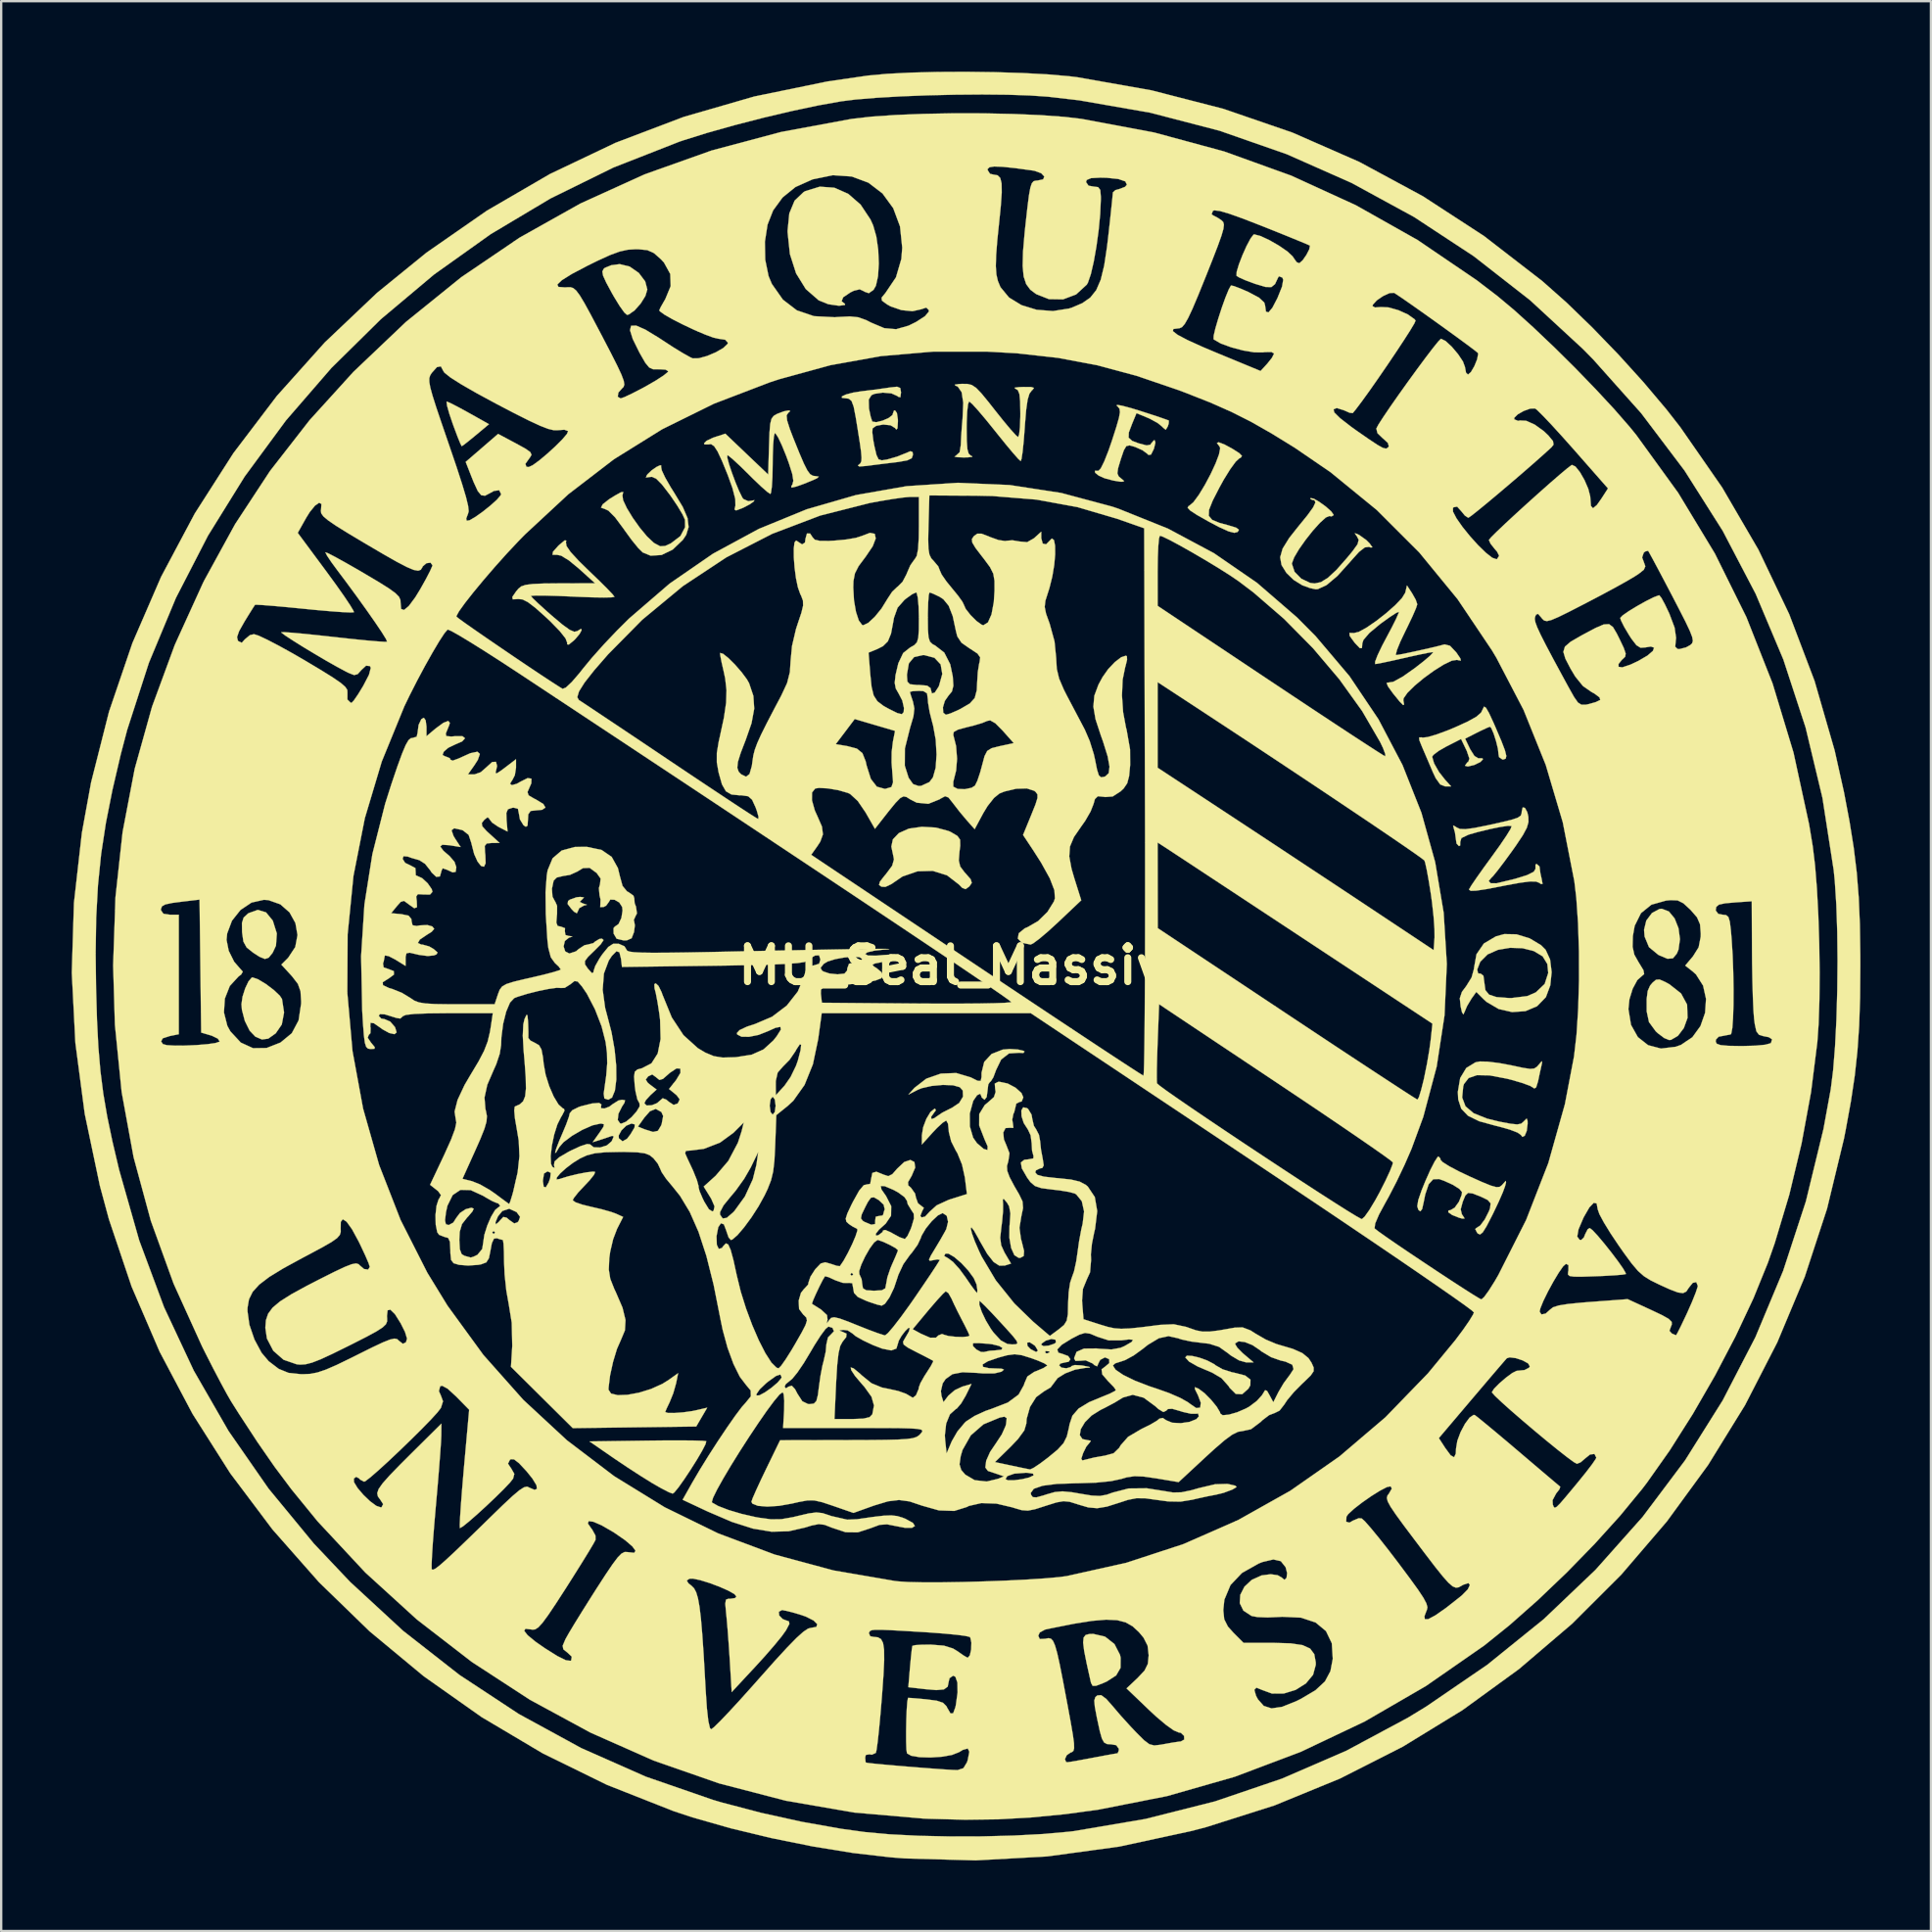
<source format=kicad_pcb>
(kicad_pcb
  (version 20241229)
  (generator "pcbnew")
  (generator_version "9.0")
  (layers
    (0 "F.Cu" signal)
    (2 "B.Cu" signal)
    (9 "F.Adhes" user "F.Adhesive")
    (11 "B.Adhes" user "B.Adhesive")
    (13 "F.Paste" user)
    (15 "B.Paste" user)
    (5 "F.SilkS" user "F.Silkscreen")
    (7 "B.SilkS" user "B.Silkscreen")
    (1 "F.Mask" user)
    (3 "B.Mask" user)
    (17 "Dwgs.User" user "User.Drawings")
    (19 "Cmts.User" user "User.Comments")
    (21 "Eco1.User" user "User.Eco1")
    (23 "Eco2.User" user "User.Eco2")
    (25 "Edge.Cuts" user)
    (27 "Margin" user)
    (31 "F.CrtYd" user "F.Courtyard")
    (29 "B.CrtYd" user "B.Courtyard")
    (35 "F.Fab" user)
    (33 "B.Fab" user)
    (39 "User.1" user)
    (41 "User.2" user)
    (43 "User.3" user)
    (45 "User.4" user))
  (footprint "MU_Seal_Massive"
    (layer "F.Cu")
    (at 38.087 38.036)
    (property "Reference" "MU_Seal_Massive" (at 0 0 0) (layer "F.SilkS") (effects (font (size 1.524 1.524) (thickness 0.3))))
    (attr through_hole)
    (fp_poly (pts (xy -21.978 -23.937) (xy -21.672 -23.781) (xy -21.267 -23.561) (xy -21.181 -23.513) (xy -20.328 -23.034) (xy -20.888 -22.566) (xy -21.197 -22.313) (xy -21.416 -22.143) (xy -21.488 -22.098) (xy -21.546 -22.208) (xy -21.666 -22.502) (xy -21.823 -22.921) (xy -21.87 -23.05) (xy -22.019 -23.491) (xy -22.112 -23.823) (xy -22.133 -23.988) (xy -22.124 -23.998) (xy -21.978 -23.937)) (stroke (width 0.01) (type solid)) (fill yes) (layer "F.SilkS"))
    (fp_poly (pts (xy 29.885 -2.298) (xy 30.13 -2) (xy 30.295 -1.584) (xy 30.357 -1.119) (xy 30.294 -0.671) (xy 30.222 -0.5) (xy 30.057 -0.304) (xy 29.827 -0.284) (xy 29.47 -0.434) (xy 29.435 -0.452) (xy 29.039 -0.778) (xy 28.852 -1.229) (xy 28.829 -1.516) (xy 28.924 -1.909) (xy 29.166 -2.232) (xy 29.486 -2.403) (xy 29.582 -2.413) (xy 29.885 -2.298)) (stroke (width 0.01) (type solid)) (fill yes) (layer "F.SilkS"))
    (fp_poly (pts (xy -29.816 -2.259) (xy -29.532 -1.913) (xy -29.526 -1.902) (xy -29.356 -1.361) (xy -29.392 -0.842) (xy -29.535 -0.536) (xy -29.702 -0.331) (xy -29.864 -0.275) (xy -30.096 -0.37) (xy -30.366 -0.544) (xy -30.643 -0.767) (xy -30.779 -1.015) (xy -30.834 -1.401) (xy -30.836 -1.426) (xy -30.841 -1.809) (xy -30.769 -2.037) (xy -30.588 -2.205) (xy -30.556 -2.226) (xy -30.165 -2.365) (xy -29.816 -2.259)) (stroke (width 0.01) (type solid)) (fill yes) (layer "F.SilkS"))
    (fp_poly (pts (xy -16.285 -2.895) (xy -16.357 -2.813) (xy -16.37 -2.805) (xy -16.465 -2.705) (xy -16.325 -2.636) (xy -16.306 -2.631) (xy -16.157 -2.581) (xy -16.25 -2.557) (xy -16.278 -2.555) (xy -16.485 -2.438) (xy -16.532 -2.335) (xy -16.588 -2.22) (xy -16.708 -2.287) (xy -16.822 -2.407) (xy -16.981 -2.617) (xy -16.962 -2.741) (xy -16.886 -2.8) (xy -16.602 -2.901) (xy -16.447 -2.917) (xy -16.285 -2.895)) (stroke (width 0.01) (type solid)) (fill yes) (layer "F.SilkS"))
    (fp_poly (pts (xy 5.892 28.565) (xy 6.291 28.879) (xy 6.528 29.34) (xy 6.554 29.464) (xy 6.55 29.893) (xy 6.363 30.215) (xy 5.961 30.475) (xy 5.813 30.54) (xy 5.509 30.656) (xy 5.361 30.658) (xy 5.295 30.535) (xy 5.274 30.449) (xy 5.108 29.705) (xy 5.002 29.173) (xy 4.958 28.817) (xy 4.979 28.602) (xy 5.066 28.492) (xy 5.221 28.453) (xy 5.39 28.448) (xy 5.892 28.565)) (stroke (width 0.01) (type solid)) (fill yes) (layer "F.SilkS"))
    (fp_poly (pts (xy -30.158 0.588) (xy -29.829 0.785) (xy -29.492 1.039) (xy -29.231 1.285) (xy -29.136 1.429) (xy -29.048 2.002) (xy -29.145 2.515) (xy -29.403 2.889) (xy -29.722 3.116) (xy -29.989 3.151) (xy -30.27 3.031) (xy -30.513 2.775) (xy -30.718 2.362) (xy -30.842 1.889) (xy -30.861 1.649) (xy -30.816 1.331) (xy -30.704 0.979) (xy -30.562 0.678) (xy -30.424 0.517) (xy -30.393 0.508) (xy -30.158 0.588)) (stroke (width 0.01) (type solid)) (fill yes) (layer "F.SilkS"))
    (fp_poly (pts (xy -14.339 -29.741) (xy -13.953 -29.473) (xy -13.679 -29.11) (xy -13.589 -28.765) (xy -13.671 -28.49) (xy -13.873 -28.167) (xy -14.13 -27.877) (xy -14.375 -27.704) (xy -14.456 -27.686) (xy -14.571 -27.79) (xy -14.768 -28.066) (xy -15.01 -28.461) (xy -15.093 -28.607) (xy -15.34 -29.065) (xy -15.472 -29.356) (xy -15.503 -29.531) (xy -15.448 -29.643) (xy -15.398 -29.686) (xy -15.13 -29.797) (xy -14.77 -29.845) (xy -14.761 -29.845) (xy -14.339 -29.741)) (stroke (width 0.01) (type solid)) (fill yes) (layer "F.SilkS"))
    (fp_poly (pts (xy 29.733 0.705) (xy 29.909 0.802) (xy 30.403 1.191) (xy 30.661 1.665) (xy 30.679 2.219) (xy 30.676 2.24) (xy 30.523 2.663) (xy 30.271 2.995) (xy 29.978 3.166) (xy 29.899 3.175) (xy 29.687 3.09) (xy 29.408 2.88) (xy 29.327 2.804) (xy 29.039 2.411) (xy 28.942 1.959) (xy 28.941 1.947) (xy 28.94 1.428) (xy 28.983 1.089) (xy 29.085 0.858) (xy 29.188 0.735) (xy 29.335 0.61) (xy 29.489 0.598) (xy 29.733 0.705)) (stroke (width 0.01) (type solid)) (fill yes) (layer "F.SilkS"))
    (fp_poly (pts (xy 9.597 16.619) (xy 9.912 16.694) (xy 10.246 16.816) (xy 10.527 16.964) (xy 10.604 17.022) (xy 10.893 17.186) (xy 11.29 17.313) (xy 11.391 17.332) (xy 11.855 17.452) (xy 12.079 17.626) (xy 12.073 17.868) (xy 11.991 18.011) (xy 11.726 18.248) (xy 11.454 18.236) (xy 11.192 17.975) (xy 11.147 17.901) (xy 10.846 17.564) (xy 10.449 17.329) (xy 9.842 17.072) (xy 9.467 16.86) (xy 9.307 16.684) (xy 9.306 16.681) (xy 9.371 16.608) (xy 9.597 16.619)) (stroke (width 0.01) (type solid)) (fill yes) (layer "F.SilkS"))
    (fp_poly (pts (xy -11.616 20.218) (xy -11.244 20.229) (xy -11.083 20.245) (xy -11.08 20.247) (xy -11.113 20.376) (xy -11.258 20.657) (xy -11.48 21.036) (xy -11.745 21.457) (xy -12.016 21.865) (xy -12.259 22.207) (xy -12.439 22.427) (xy -12.509 22.478) (xy -12.675 22.417) (xy -12.989 22.255) (xy -13.385 22.028) (xy -13.399 22.019) (xy -13.879 21.72) (xy -14.455 21.346) (xy -15.015 20.97) (xy -15.105 20.908) (xy -16.049 20.256) (xy -13.594 20.222) (xy -12.831 20.214) (xy -12.158 20.213) (xy -11.616 20.218)) (stroke (width 0.01) (type solid)) (fill yes) (layer "F.SilkS"))
    (fp_poly (pts (xy -5.629 -33.097) (xy -5.039 -32.837) (xy -4.515 -32.381) (xy -4.093 -31.747) (xy -3.979 -31.496) (xy -3.843 -31.02) (xy -3.762 -30.455) (xy -3.738 -29.87) (xy -3.77 -29.338) (xy -3.86 -28.929) (xy -3.962 -28.75) (xy -4.164 -28.609) (xy -4.344 -28.671) (xy -4.366 -28.689) (xy -4.551 -28.774) (xy -4.8 -28.713) (xy -4.944 -28.643) (xy -5.254 -28.436) (xy -5.32 -28.266) (xy -5.175 -28.151) (xy -5.178 -28.108) (xy -5.382 -28.08) (xy -5.461 -28.078) (xy -5.887 -28.14) (xy -6.295 -28.305) (xy -6.301 -28.309) (xy -6.846 -28.785) (xy -7.258 -29.452) (xy -7.521 -30.272) (xy -7.62 -31.211) (xy -7.62 -31.268) (xy -7.546 -32.005) (xy -7.321 -32.548) (xy -6.938 -32.912) (xy -6.862 -32.954) (xy -6.248 -33.142) (xy -5.629 -33.097)) (stroke (width 0.01) (type solid)) (fill yes) (layer "F.SilkS"))
    (fp_poly (pts (xy -1.308 -5.867) (xy -0.767 -5.721) (xy -0.651 -5.665) (xy -0.392 -5.511) (xy -0.279 -5.352) (xy -0.273 -5.093) (xy -0.303 -4.854) (xy -0.334 -4.467) (xy -0.273 -4.209) (xy -0.086 -3.961) (xy -0.039 -3.911) (xy 0.173 -3.667) (xy 0.219 -3.512) (xy 0.119 -3.367) (xy 0.112 -3.36) (xy -0.046 -3.245) (xy -0.193 -3.305) (xy -0.326 -3.443) (xy -0.834 -3.835) (xy -1.439 -4.023) (xy -2.09 -4.006) (xy -2.733 -3.784) (xy -3.202 -3.462) (xy -3.458 -3.342) (xy -3.627 -3.351) (xy -3.728 -3.427) (xy -3.69 -3.566) (xy -3.494 -3.818) (xy -3.431 -3.891) (xy -3.17 -4.242) (xy -3.093 -4.509) (xy -3.112 -4.62) (xy -3.205 -5.059) (xy -3.138 -5.367) (xy -2.891 -5.626) (xy -2.883 -5.633) (xy -2.46 -5.822) (xy -1.904 -5.901) (xy -1.308 -5.867)) (stroke (width 0.01) (type solid)) (fill yes) (layer "F.SilkS"))
    (fp_poly (pts (xy 10.964 -22.175) (xy 11.288 -22.001) (xy 11.602 -21.802) (xy 11.717 -21.683) (xy 11.662 -21.605) (xy 11.605 -21.581) (xy 11.447 -21.434) (xy 11.214 -21.114) (xy 10.941 -20.672) (xy 10.763 -20.349) (xy 10.472 -19.782) (xy 10.316 -19.392) (xy 10.305 -19.134) (xy 10.449 -18.963) (xy 10.758 -18.835) (xy 11.129 -18.734) (xy 11.468 -18.631) (xy 11.588 -18.54) (xy 11.534 -18.448) (xy 11.392 -18.411) (xy 11.144 -18.474) (xy 10.751 -18.652) (xy 10.298 -18.891) (xy 9.806 -19.169) (xy 9.517 -19.357) (xy 9.404 -19.478) (xy 9.444 -19.551) (xy 9.475 -19.564) (xy 9.653 -19.716) (xy 9.884 -20.03) (xy 10.137 -20.447) (xy 10.384 -20.91) (xy 10.595 -21.363) (xy 10.74 -21.748) (xy 10.79 -22.007) (xy 10.769 -22.074) (xy 10.651 -22.232) (xy 10.725 -22.265) (xy 10.964 -22.175)) (stroke (width 0.01) (type solid)) (fill yes) (layer "F.SilkS"))
    (fp_poly (pts (xy -12.989 -21.26) (xy -13.005 -21.23) (xy -12.975 -21.072) (xy -12.829 -20.76) (xy -12.592 -20.348) (xy -12.449 -20.121) (xy -12.08 -19.51) (xy -11.877 -19.037) (xy -11.832 -18.657) (xy -11.935 -18.323) (xy -12.076 -18.112) (xy -12.509 -17.697) (xy -12.984 -17.467) (xy -13.448 -17.438) (xy -13.784 -17.575) (xy -13.974 -17.762) (xy -14.248 -18.097) (xy -14.551 -18.513) (xy -14.605 -18.591) (xy -14.962 -19.071) (xy -15.247 -19.356) (xy -15.413 -19.431) (xy -15.56 -19.482) (xy -15.488 -19.625) (xy -15.211 -19.843) (xy -14.975 -19.99) (xy -14.711 -20.137) (xy -14.615 -20.151) (xy -14.638 -20.037) (xy -14.649 -20.008) (xy -14.619 -19.798) (xy -14.459 -19.459) (xy -14.209 -19.049) (xy -13.91 -18.629) (xy -13.601 -18.257) (xy -13.322 -17.994) (xy -13.273 -17.96) (xy -13.04 -17.838) (xy -12.831 -17.852) (xy -12.586 -17.964) (xy -12.181 -18.272) (xy -11.981 -18.65) (xy -11.986 -18.967) (xy -12.092 -19.198) (xy -12.309 -19.56) (xy -12.593 -19.979) (xy -12.642 -20.046) (xy -12.969 -20.471) (xy -13.205 -20.709) (xy -13.387 -20.794) (xy -13.48 -20.787) (xy -13.649 -20.764) (xy -13.608 -20.867) (xy -13.575 -20.908) (xy -13.401 -21.074) (xy -13.198 -21.214) (xy -13.038 -21.289) (xy -12.989 -21.26)) (stroke (width 0.01) (type solid)) (fill yes) (layer "F.SilkS"))
    (fp_poly (pts (xy 24.492 4.125) (xy 24.464 4.255) (xy 24.396 4.558) (xy 24.317 4.934) (xy 24.316 4.938) (xy 24.236 5.192) (xy 24.153 5.238) (xy 24.138 5.22) (xy 23.979 5.124) (xy 23.636 4.999) (xy 23.171 4.864) (xy 22.982 4.817) (xy 22.251 4.679) (xy 21.719 4.669) (xy 21.364 4.791) (xy 21.165 5.047) (xy 21.133 5.147) (xy 21.088 5.621) (xy 21.23 5.996) (xy 21.576 6.289) (xy 22.144 6.518) (xy 22.669 6.647) (xy 23.141 6.736) (xy 23.429 6.766) (xy 23.597 6.734) (xy 23.708 6.64) (xy 23.717 6.628) (xy 23.834 6.514) (xy 23.872 6.613) (xy 23.874 6.738) (xy 23.836 7.043) (xy 23.75 7.248) (xy 23.65 7.298) (xy 23.592 7.218) (xy 23.445 7.113) (xy 23.112 6.985) (xy 22.657 6.857) (xy 22.514 6.823) (xy 21.815 6.631) (xy 21.338 6.399) (xy 21.05 6.099) (xy 20.92 5.702) (xy 20.904 5.38) (xy 21.004 4.792) (xy 21.263 4.363) (xy 21.657 4.122) (xy 21.841 4.087) (xy 22.171 4.094) (xy 22.648 4.152) (xy 23.172 4.249) (xy 23.203 4.256) (xy 23.686 4.359) (xy 23.984 4.403) (xy 24.159 4.385) (xy 24.275 4.306) (xy 24.337 4.234) (xy 24.473 4.076) (xy 24.492 4.125)) (stroke (width 0.01) (type solid)) (fill yes) (layer "F.SilkS"))
    (fp_poly (pts (xy 23.399 -1.325) (xy 23.958 -1.154) (xy 24.444 -0.863) (xy 24.64 -0.667) (xy 24.83 -0.252) (xy 24.896 0.285) (xy 24.838 0.848) (xy 24.656 1.337) (xy 24.644 1.358) (xy 24.277 1.735) (xy 23.78 1.945) (xy 23.214 1.985) (xy 22.641 1.854) (xy 22.123 1.55) (xy 22.005 1.443) (xy 21.689 1.127) (xy 21.481 1.418) (xy 21.294 1.733) (xy 21.196 1.966) (xy 21.138 2.085) (xy 21.08 1.991) (xy 21.024 1.749) (xy 20.987 1.397) (xy 21.078 1.124) (xy 21.259 0.882) (xy 21.488 0.514) (xy 21.582 0.176) (xy 21.728 0.176) (xy 21.768 0.338) (xy 21.876 0.349) (xy 21.993 0.437) (xy 22.035 0.749) (xy 22.077 1.052) (xy 22.234 1.243) (xy 22.548 1.346) (xy 23.063 1.385) (xy 23.177 1.388) (xy 23.858 1.304) (xy 24.222 1.146) (xy 24.6 0.786) (xy 24.751 0.32) (xy 24.713 -0.061) (xy 24.513 -0.387) (xy 24.14 -0.611) (xy 23.657 -0.733) (xy 23.127 -0.751) (xy 22.61 -0.664) (xy 22.169 -0.469) (xy 21.865 -0.165) (xy 21.848 -0.134) (xy 21.728 0.176) (xy 21.582 0.176) (xy 21.589 0.15) (xy 21.59 0.123) (xy 21.697 -0.476) (xy 22.012 -0.934) (xy 22.525 -1.237) (xy 22.879 -1.334) (xy 23.399 -1.325)) (stroke (width 0.01) (type solid)) (fill yes) (layer "F.SilkS"))
    (fp_poly (pts (xy 14.772 -19.865) (xy 15.014 -19.724) (xy 15.288 -19.525) (xy 15.516 -19.323) (xy 15.62 -19.174) (xy 15.621 -19.166) (xy 15.528 -19.107) (xy 15.444 -19.126) (xy 15.287 -19.064) (xy 15.037 -18.839) (xy 14.735 -18.504) (xy 14.424 -18.111) (xy 14.144 -17.714) (xy 13.937 -17.364) (xy 13.844 -17.114) (xy 13.843 -17.091) (xy 13.956 -16.751) (xy 14.242 -16.458) (xy 14.619 -16.28) (xy 14.81 -16.256) (xy 15.076 -16.312) (xy 15.377 -16.498) (xy 15.742 -16.838) (xy 16.2 -17.358) (xy 16.428 -17.635) (xy 16.636 -17.925) (xy 16.685 -18.112) (xy 16.609 -18.26) (xy 16.517 -18.39) (xy 16.605 -18.37) (xy 16.711 -18.316) (xy 17.009 -18.102) (xy 17.155 -17.954) (xy 17.268 -17.796) (xy 17.2 -17.785) (xy 17.123 -17.812) (xy 16.946 -17.79) (xy 16.697 -17.597) (xy 16.348 -17.209) (xy 16.315 -17.169) (xy 15.778 -16.575) (xy 15.318 -16.187) (xy 14.948 -16.016) (xy 14.859 -16.008) (xy 14.614 -16.059) (xy 14.287 -16.178) (xy 14.277 -16.183) (xy 13.913 -16.41) (xy 13.61 -16.703) (xy 13.401 -17.04) (xy 13.343 -17.37) (xy 13.447 -17.738) (xy 13.724 -18.187) (xy 14.097 -18.659) (xy 14.503 -19.157) (xy 14.747 -19.495) (xy 14.843 -19.7) (xy 14.804 -19.796) (xy 14.711 -19.812) (xy 14.621 -19.859) (xy 14.639 -19.888) (xy 14.772 -19.865)) (stroke (width 0.01) (type solid)) (fill yes) (layer "F.SilkS"))
    (fp_poly (pts (xy 6.617 -23.82) (xy 6.996 -23.719) (xy 7.365 -23.606) (xy 7.878 -23.44) (xy 8.289 -23.303) (xy 8.547 -23.212) (xy 8.607 -23.186) (xy 8.598 -23.055) (xy 8.56 -22.938) (xy 8.475 -22.796) (xy 8.361 -22.883) (xy 8.335 -22.916) (xy 8.129 -23.085) (xy 7.798 -23.266) (xy 7.71 -23.304) (xy 7.229 -23.503) (xy 7.044 -23.058) (xy 6.902 -22.681) (xy 6.894 -22.46) (xy 7.044 -22.324) (xy 7.328 -22.217) (xy 7.661 -22.131) (xy 7.82 -22.162) (xy 7.847 -22.207) (xy 7.965 -22.344) (xy 8.001 -22.352) (xy 8.034 -22.25) (xy 7.974 -22.003) (xy 7.966 -21.98) (xy 7.848 -21.741) (xy 7.741 -21.723) (xy 7.691 -21.773) (xy 7.48 -21.928) (xy 7.164 -22.068) (xy 6.934 -22.133) (xy 6.795 -22.1) (xy 6.69 -21.923) (xy 6.563 -21.552) (xy 6.561 -21.545) (xy 6.446 -21.162) (xy 6.415 -20.943) (xy 6.47 -20.814) (xy 6.565 -20.733) (xy 6.706 -20.612) (xy 6.625 -20.584) (xy 6.533 -20.587) (xy 6.24 -20.635) (xy 5.878 -20.731) (xy 5.874 -20.732) (xy 5.622 -20.845) (xy 5.469 -20.967) (xy 5.456 -21.05) (xy 5.608 -21.05) (xy 5.707 -21.151) (xy 5.857 -21.453) (xy 6.04 -21.916) (xy 6.184 -22.334) (xy 6.371 -22.915) (xy 6.482 -23.302) (xy 6.525 -23.545) (xy 6.506 -23.69) (xy 6.431 -23.785) (xy 6.387 -23.821) (xy 6.401 -23.856) (xy 6.617 -23.82)) (stroke (width 0.01) (type solid)) (fill yes) (layer "F.SilkS"))
    (fp_poly (pts (xy -17.037 -18.079) (xy -17.054 -18.01) (xy -17.028 -17.849) (xy -16.852 -17.592) (xy -16.509 -17.219) (xy -16.059 -16.779) (xy -15.637 -16.374) (xy -15.293 -16.032) (xy -15.064 -15.79) (xy -14.986 -15.687) (xy -15.105 -15.665) (xy -15.433 -15.658) (xy -15.923 -15.665) (xy -16.531 -15.687) (xy -16.764 -15.698) (xy -17.403 -15.725) (xy -17.939 -15.74) (xy -18.329 -15.742) (xy -18.527 -15.73) (xy -18.542 -15.722) (xy -18.452 -15.616) (xy -18.212 -15.386) (xy -17.863 -15.07) (xy -17.639 -14.873) (xy -17.194 -14.499) (xy -16.892 -14.282) (xy -16.696 -14.199) (xy -16.568 -14.229) (xy -16.56 -14.235) (xy -16.407 -14.328) (xy -16.385 -14.267) (xy -16.474 -14.104) (xy -16.656 -13.888) (xy -16.712 -13.833) (xy -16.928 -13.656) (xy -17.004 -13.666) (xy -16.998 -13.732) (xy -17.07 -13.919) (xy -17.319 -14.233) (xy -17.72 -14.645) (xy -17.878 -14.794) (xy -18.336 -15.204) (xy -18.664 -15.456) (xy -18.902 -15.577) (xy -19.093 -15.593) (xy -19.112 -15.59) (xy -19.315 -15.58) (xy -19.336 -15.679) (xy -19.175 -15.914) (xy -19.075 -16.034) (xy -18.957 -16.13) (xy -18.768 -16.195) (xy -18.462 -16.234) (xy -17.992 -16.254) (xy -17.348 -16.26) (xy -15.812 -16.264) (xy -16.51 -16.895) (xy -16.931 -17.24) (xy -17.258 -17.439) (xy -17.431 -17.474) (xy -17.624 -17.473) (xy -17.605 -17.603) (xy -17.378 -17.859) (xy -17.315 -17.917) (xy -17.101 -18.091) (xy -17.037 -18.079)) (stroke (width 0.01) (type solid)) (fill yes) (layer "F.SilkS"))
    (fp_poly (pts (xy 22.1 -10.968) (xy 22.23 -10.744) (xy 22.428 -10.317) (xy 22.513 -10.122) (xy 22.761 -9.54) (xy 22.909 -9.151) (xy 22.967 -8.917) (xy 22.941 -8.801) (xy 22.84 -8.764) (xy 22.804 -8.763) (xy 22.657 -8.866) (xy 22.636 -8.985) (xy 22.611 -9.218) (xy 22.532 -9.541) (xy 22.429 -9.866) (xy 22.329 -10.099) (xy 22.274 -10.16) (xy 22.135 -10.107) (xy 21.854 -9.975) (xy 21.715 -9.905) (xy 21.214 -9.65) (xy 21.428 -9.202) (xy 21.611 -8.914) (xy 21.781 -8.813) (xy 21.806 -8.819) (xy 21.954 -8.814) (xy 21.971 -8.771) (xy 21.864 -8.658) (xy 21.606 -8.534) (xy 21.59 -8.528) (xy 21.33 -8.467) (xy 21.21 -8.497) (xy 21.209 -8.505) (xy 21.308 -8.643) (xy 21.347 -8.661) (xy 21.396 -8.801) (xy 21.285 -9.127) (xy 21.264 -9.172) (xy 21.042 -9.636) (xy 20.427 -9.324) (xy 20.086 -9.129) (xy 19.862 -8.958) (xy 19.812 -8.88) (xy 19.893 -8.599) (xy 20.102 -8.232) (xy 20.358 -7.906) (xy 20.618 -7.62) (xy 20.359 -7.62) (xy 20.154 -7.702) (xy 19.96 -7.973) (xy 19.842 -8.223) (xy 19.644 -8.687) (xy 19.448 -9.144) (xy 19.385 -9.29) (xy 19.266 -9.584) (xy 19.257 -9.703) (xy 19.361 -9.707) (xy 19.408 -9.695) (xy 19.617 -9.718) (xy 19.993 -9.827) (xy 20.473 -10.004) (xy 20.765 -10.125) (xy 21.327 -10.381) (xy 21.689 -10.582) (xy 21.89 -10.756) (xy 21.969 -10.914) (xy 22.019 -11.016) (xy 22.1 -10.968)) (stroke (width 0.01) (type solid)) (fill yes) (layer "F.SilkS"))
    (fp_poly (pts (xy 20.165 8.221) (xy 20.161 8.265) (xy 20.257 8.369) (xy 20.539 8.547) (xy 20.964 8.771) (xy 21.381 8.969) (xy 21.935 9.217) (xy 22.305 9.368) (xy 22.539 9.433) (xy 22.682 9.424) (xy 22.781 9.351) (xy 22.817 9.308) (xy 22.943 9.167) (xy 22.956 9.232) (xy 22.913 9.398) (xy 22.816 9.661) (xy 22.637 10.069) (xy 22.411 10.545) (xy 22.36 10.647) (xy 22.125 11.102) (xy 21.965 11.358) (xy 21.852 11.45) (xy 21.757 11.411) (xy 21.726 11.378) (xy 21.644 11.219) (xy 21.687 11.176) (xy 21.855 11.07) (xy 22.054 10.804) (xy 22.229 10.457) (xy 22.277 10.323) (xy 22.299 10.124) (xy 22.172 9.98) (xy 21.899 9.847) (xy 21.54 9.705) (xy 21.34 9.68) (xy 21.222 9.793) (xy 21.113 10.055) (xy 21.025 10.379) (xy 21.076 10.591) (xy 21.115 10.645) (xy 21.193 10.769) (xy 21.086 10.772) (xy 20.954 10.736) (xy 20.662 10.62) (xy 20.498 10.504) (xy 20.504 10.427) (xy 20.592 10.414) (xy 20.77 10.308) (xy 20.95 10.059) (xy 21.067 9.767) (xy 21.082 9.649) (xy 20.973 9.512) (xy 20.697 9.337) (xy 20.324 9.167) (xy 20.105 9.09) (xy 19.856 9.099) (xy 19.663 9.311) (xy 19.516 9.747) (xy 19.454 10.057) (xy 19.384 10.371) (xy 19.308 10.465) (xy 19.224 10.4) (xy 19.177 10.249) (xy 19.219 9.987) (xy 19.362 9.572) (xy 19.523 9.176) (xy 19.73 8.711) (xy 19.913 8.353) (xy 20.044 8.152) (xy 20.078 8.128) (xy 20.165 8.221)) (stroke (width 0.01) (type solid)) (fill yes) (layer "F.SilkS"))
    (fp_poly (pts (xy 0.036 -24.747) (xy 0.219 -24.702) (xy 0.402 -24.581) (xy 0.627 -24.348) (xy 0.937 -23.97) (xy 1.206 -23.627) (xy 1.568 -23.174) (xy 1.876 -22.806) (xy 2.097 -22.563) (xy 2.191 -22.484) (xy 2.235 -22.599) (xy 2.269 -22.907) (xy 2.285 -23.349) (xy 2.286 -23.486) (xy 2.278 -24.001) (xy 2.246 -24.315) (xy 2.18 -24.48) (xy 2.069 -24.549) (xy 2.064 -24.55) (xy 2.041 -24.586) (xy 2.229 -24.612) (xy 2.413 -24.619) (xy 2.748 -24.616) (xy 2.866 -24.579) (xy 2.804 -24.493) (xy 2.775 -24.47) (xy 2.673 -24.334) (xy 2.595 -24.073) (xy 2.534 -23.648) (xy 2.481 -23.017) (xy 2.473 -22.887) (xy 2.429 -22.32) (xy 2.382 -21.86) (xy 2.336 -21.558) (xy 2.301 -21.463) (xy 2.197 -21.557) (xy 1.97 -21.814) (xy 1.651 -22.196) (xy 1.272 -22.666) (xy 1.219 -22.733) (xy 0.832 -23.212) (xy 0.497 -23.608) (xy 0.247 -23.884) (xy 0.114 -24.001) (xy 0.108 -24.003) (xy 0.06 -23.886) (xy 0.023 -23.571) (xy 0.003 -23.116) (xy 0 -22.869) (xy 0.007 -22.318) (xy 0.032 -21.972) (xy 0.086 -21.78) (xy 0.178 -21.693) (xy 0.222 -21.678) (xy 0.245 -21.644) (xy 0.057 -21.623) (xy -0.127 -21.619) (xy -0.415 -21.63) (xy -0.518 -21.657) (xy -0.476 -21.678) (xy -0.298 -21.839) (xy -0.249 -22.139) (xy -0.233 -22.497) (xy -0.2 -22.975) (xy -0.173 -23.278) (xy -0.144 -23.945) (xy -0.211 -24.391) (xy -0.377 -24.633) (xy -0.476 -24.677) (xy -0.507 -24.715) (xy -0.325 -24.744) (xy -0.191 -24.75) (xy 0.036 -24.747)) (stroke (width 0.01) (type solid)) (fill yes) (layer "F.SilkS"))
    (fp_poly (pts (xy -2.825 -24.574) (xy -2.794 -24.398) (xy -2.794 -24.375) (xy -2.82 -24.179) (xy -2.919 -24.205) (xy -2.946 -24.232) (xy -3.199 -24.345) (xy -3.566 -24.378) (xy -3.92 -24.326) (xy -4.051 -24.268) (xy -4.167 -24.08) (xy -4.157 -23.717) (xy -4.152 -23.682) (xy -4.085 -23.358) (xy -4.02 -23.159) (xy -4.008 -23.143) (xy -3.842 -23.119) (xy -3.576 -23.185) (xy -3.313 -23.301) (xy -3.154 -23.428) (xy -3.143 -23.474) (xy -3.092 -23.612) (xy -3.048 -23.622) (xy -2.967 -23.51) (xy -2.926 -23.232) (xy -2.925 -23.146) (xy -2.943 -22.859) (xy -2.995 -22.804) (xy -3.046 -22.871) (xy -3.239 -22.988) (xy -3.547 -23.019) (xy -3.847 -22.965) (xy -4.003 -22.856) (xy -4.014 -22.683) (xy -3.973 -22.351) (xy -3.926 -22.101) (xy -3.837 -21.723) (xy -3.748 -21.539) (xy -3.608 -21.495) (xy -3.385 -21.531) (xy -2.97 -21.65) (xy -2.635 -21.783) (xy -2.392 -21.884) (xy -2.299 -21.848) (xy -2.286 -21.725) (xy -2.337 -21.586) (xy -2.525 -21.495) (xy -2.903 -21.427) (xy -3.016 -21.413) (xy -3.53 -21.351) (xy -4.032 -21.288) (xy -4.255 -21.258) (xy -4.563 -21.233) (xy -4.629 -21.275) (xy -4.59 -21.31) (xy -4.522 -21.368) (xy -4.481 -21.454) (xy -4.471 -21.609) (xy -4.493 -21.871) (xy -4.551 -22.281) (xy -4.646 -22.878) (xy -4.721 -23.336) (xy -4.807 -23.779) (xy -4.898 -24.023) (xy -5.018 -24.12) (xy -5.101 -24.13) (xy -5.309 -24.155) (xy -5.308 -24.217) (xy -5.135 -24.298) (xy -4.83 -24.378) (xy -4.48 -24.434) (xy -3.974 -24.496) (xy -3.489 -24.562) (xy -3.27 -24.595) (xy -2.96 -24.629) (xy -2.825 -24.574)) (stroke (width 0.01) (type solid)) (fill yes) (layer "F.SilkS"))
    (fp_poly (pts (xy 23.759 -6.705) (xy 23.859 -6.525) (xy 23.906 -6.327) (xy 23.911 -6.105) (xy 23.841 -5.861) (xy 23.672 -5.545) (xy 23.378 -5.104) (xy 23.21 -4.866) (xy 22.882 -4.416) (xy 22.602 -4.047) (xy 22.406 -3.805) (xy 22.339 -3.739) (xy 22.217 -3.596) (xy 22.301 -3.499) (xy 22.547 -3.496) (xy 22.574 -3.501) (xy 23.33 -3.683) (xy 23.847 -3.843) (xy 24.136 -3.987) (xy 24.213 -4.119) (xy 24.208 -4.134) (xy 24.209 -4.294) (xy 24.261 -4.318) (xy 24.376 -4.217) (xy 24.386 -4.159) (xy 24.418 -3.919) (xy 24.471 -3.683) (xy 24.51 -3.471) (xy 24.442 -3.463) (xy 24.374 -3.513) (xy 24.231 -3.569) (xy 23.97 -3.572) (xy 23.554 -3.519) (xy 22.94 -3.407) (xy 22.757 -3.37) (xy 22.115 -3.247) (xy 21.691 -3.183) (xy 21.455 -3.175) (xy 21.38 -3.222) (xy 21.385 -3.246) (xy 21.482 -3.409) (xy 21.699 -3.728) (xy 22.004 -4.158) (xy 22.354 -4.639) (xy 22.699 -5.118) (xy 22.972 -5.521) (xy 23.146 -5.805) (xy 23.194 -5.931) (xy 23.194 -5.931) (xy 23.04 -5.941) (xy 22.707 -5.893) (xy 22.257 -5.801) (xy 21.755 -5.678) (xy 21.359 -5.565) (xy 21.057 -5.421) (xy 21.006 -5.258) (xy 21.002 -5.102) (xy 20.951 -5.08) (xy 20.85 -5.186) (xy 20.828 -5.324) (xy 20.782 -5.66) (xy 20.741 -5.8) (xy 20.702 -5.957) (xy 20.805 -5.908) (xy 20.848 -5.875) (xy 20.991 -5.809) (xy 21.225 -5.799) (xy 21.599 -5.849) (xy 22.164 -5.962) (xy 22.226 -5.976) (xy 22.831 -6.111) (xy 23.231 -6.211) (xy 23.466 -6.294) (xy 23.582 -6.378) (xy 23.619 -6.48) (xy 23.622 -6.548) (xy 23.664 -6.725) (xy 23.759 -6.705)) (stroke (width 0.01) (type solid)) (fill yes) (layer "F.SilkS"))
    (fp_poly (pts (xy -7.506 -23.593) (xy -7.595 -23.513) (xy -7.661 -23.408) (xy -7.641 -23.196) (xy -7.526 -22.833) (xy -7.386 -22.467) (xy -7.122 -21.814) (xy -6.928 -21.361) (xy -6.782 -21.072) (xy -6.663 -20.91) (xy -6.549 -20.84) (xy -6.425 -20.823) (xy -6.29 -20.802) (xy -6.369 -20.732) (xy -6.549 -20.649) (xy -6.926 -20.495) (xy -7.246 -20.381) (xy -7.453 -20.333) (xy -7.46 -20.401) (xy -7.418 -20.46) (xy -7.374 -20.624) (xy -7.42 -20.916) (xy -7.566 -21.377) (xy -7.68 -21.688) (xy -7.866 -22.143) (xy -8.026 -22.478) (xy -8.138 -22.645) (xy -8.167 -22.651) (xy -8.205 -22.494) (xy -8.234 -22.143) (xy -8.252 -21.656) (xy -8.255 -21.315) (xy -8.264 -20.787) (xy -8.29 -20.369) (xy -8.326 -20.116) (xy -8.354 -20.066) (xy -8.481 -20.151) (xy -8.74 -20.377) (xy -9.084 -20.705) (xy -9.271 -20.892) (xy -9.64 -21.254) (xy -9.945 -21.536) (xy -10.14 -21.696) (xy -10.182 -21.717) (xy -10.186 -21.611) (xy -10.114 -21.339) (xy -9.99 -20.968) (xy -9.839 -20.563) (xy -9.686 -20.194) (xy -9.554 -19.925) (xy -9.505 -19.851) (xy -9.293 -19.758) (xy -9.166 -19.775) (xy -9.03 -19.801) (xy -9.069 -19.738) (xy -9.236 -19.621) (xy -9.487 -19.489) (xy -9.566 -19.454) (xy -9.809 -19.363) (xy -9.879 -19.404) (xy -9.84 -19.567) (xy -9.845 -19.846) (xy -9.965 -20.313) (xy -10.165 -20.87) (xy -10.412 -21.475) (xy -10.599 -21.874) (xy -10.747 -22.1) (xy -10.878 -22.186) (xy -11.006 -22.171) (xy -11.157 -22.174) (xy -11.176 -22.219) (xy -11.068 -22.328) (xy -10.8 -22.455) (xy -10.723 -22.482) (xy -10.27 -22.631) (xy -9.358 -21.761) (xy -8.445 -20.892) (xy -8.409 -22.111) (xy -8.389 -22.678) (xy -8.359 -23.044) (xy -8.305 -23.262) (xy -8.214 -23.386) (xy -8.072 -23.469) (xy -8.054 -23.477) (xy -7.777 -23.581) (xy -7.574 -23.621) (xy -7.506 -23.593)) (stroke (width 0.01) (type solid)) (fill yes) (layer "F.SilkS"))
    (fp_poly (pts (xy 18.958 -15.837) (xy 19.113 -15.561) (xy 19.177 -15.369) (xy 19.123 -15.201) (xy 18.979 -14.868) (xy 18.77 -14.428) (xy 18.668 -14.221) (xy 18.456 -13.776) (xy 18.315 -13.43) (xy 18.265 -13.234) (xy 18.279 -13.208) (xy 18.453 -13.235) (xy 18.798 -13.304) (xy 19.237 -13.399) (xy 19.693 -13.502) (xy 20.091 -13.597) (xy 20.34 -13.663) (xy 20.571 -13.604) (xy 20.835 -13.325) (xy 21.008 -13.071) (xy 21.035 -12.974) (xy 20.92 -12.989) (xy 20.871 -13.004) (xy 20.648 -12.97) (xy 20.304 -12.805) (xy 19.891 -12.546) (xy 19.461 -12.234) (xy 19.068 -11.907) (xy 18.762 -11.606) (xy 18.597 -11.37) (xy 18.584 -11.283) (xy 18.618 -11.105) (xy 18.575 -11.081) (xy 18.429 -11.228) (xy 18.158 -11.561) (xy 18.141 -11.582) (xy 17.928 -11.879) (xy 17.871 -12.029) (xy 17.928 -12.035) (xy 18.158 -12.072) (xy 18.557 -12.291) (xy 19.061 -12.645) (xy 19.447 -12.945) (xy 19.722 -13.179) (xy 19.847 -13.314) (xy 19.839 -13.335) (xy 19.657 -13.308) (xy 19.293 -13.234) (xy 18.814 -13.129) (xy 18.605 -13.081) (xy 18.101 -12.967) (xy 17.687 -12.879) (xy 17.429 -12.832) (xy 17.384 -12.827) (xy 17.384 -12.929) (xy 17.49 -13.205) (xy 17.682 -13.608) (xy 17.845 -13.916) (xy 18.093 -14.383) (xy 18.281 -14.759) (xy 18.383 -14.995) (xy 18.394 -15.049) (xy 18.279 -15.001) (xy 18.016 -14.831) (xy 17.658 -14.574) (xy 17.588 -14.522) (xy 17.139 -14.148) (xy 16.887 -13.854) (xy 16.838 -13.706) (xy 16.823 -13.504) (xy 16.734 -13.502) (xy 16.538 -13.706) (xy 16.503 -13.748) (xy 16.301 -14.025) (xy 16.291 -14.152) (xy 16.471 -14.147) (xy 16.478 -14.145) (xy 16.691 -14.196) (xy 17.029 -14.383) (xy 17.436 -14.663) (xy 17.858 -14.994) (xy 18.24 -15.333) (xy 18.528 -15.636) (xy 18.666 -15.861) (xy 18.667 -15.865) (xy 18.739 -16.171) (xy 18.958 -15.837)) (stroke (width 0.01) (type solid)) (fill yes) (layer "F.SilkS"))
    (fp_poly (pts (xy 1.205 -38.015) (xy 2.385 -37.978) (xy 3.461 -37.92) (xy 4.37 -37.841) (xy 4.699 -37.801) (xy 7.869 -37.241) (xy 10.927 -36.454) (xy 13.872 -35.44) (xy 16.703 -34.199) (xy 19.419 -32.733) (xy 22.017 -31.042) (xy 24.497 -29.125) (xy 24.511 -29.113) (xy 25.529 -28.21) (xy 26.623 -27.151) (xy 27.735 -26) (xy 28.806 -24.818) (xy 29.779 -23.665) (xy 30.369 -22.91) (xy 32.152 -20.341) (xy 33.696 -17.692) (xy 35.005 -14.95) (xy 36.085 -12.106) (xy 36.94 -9.148) (xy 37.338 -7.366) (xy 37.573 -6.124) (xy 37.751 -5.013) (xy 37.879 -3.962) (xy 37.964 -2.898) (xy 38.013 -1.748) (xy 38.032 -0.439) (xy 38.033 0) (xy 38.022 1.371) (xy 37.983 2.562) (xy 37.909 3.644) (xy 37.795 4.692) (xy 37.633 5.776) (xy 37.415 6.971) (xy 37.338 7.366) (xy 36.615 10.357) (xy 35.666 13.252) (xy 34.499 16.04) (xy 33.126 18.712) (xy 31.556 21.256) (xy 29.799 23.662) (xy 27.865 25.919) (xy 25.764 28.017) (xy 23.505 29.945) (xy 21.1 31.692) (xy 18.557 33.249) (xy 15.887 34.604) (xy 13.1 35.747) (xy 10.205 36.667) (xy 9.588 36.83) (xy 6.49 37.5) (xy 3.423 37.918) (xy 0.386 38.086) (xy -2.627 38.003) (xy -3.239 37.955) (xy -4.826 37.772) (xy -6.546 37.493) (xy -8.315 37.135) (xy -10.046 36.718) (xy -11.655 36.259) (xy -12.46 35.994) (xy -15.307 34.871) (xy -18.036 33.533) (xy -20.637 31.99) (xy -23.098 30.254) (xy -25.409 28.337) (xy -27.56 26.249) (xy -29.54 24.004) (xy -31.338 21.612) (xy -32.943 19.084) (xy -34.346 16.433) (xy -35.535 13.67) (xy -36.5 10.806) (xy -36.887 9.373) (xy -37.531 6.313) (xy -37.929 3.298) (xy -38.082 0.313) (xy -38.057 -0.511) (xy -37.067 -0.511) (xy -37.048 1.007) (xy -37.009 2.334) (xy -36.951 3.473) (xy -36.864 4.492) (xy -36.741 5.457) (xy -36.574 6.433) (xy -36.353 7.489) (xy -36.07 8.689) (xy -36.064 8.711) (xy -35.213 11.701) (xy -34.156 14.542) (xy -32.89 17.245) (xy -31.409 19.816) (xy -29.708 22.265) (xy -27.784 24.6) (xy -26.236 26.236) (xy -23.978 28.32) (xy -21.58 30.196) (xy -19.052 31.86) (xy -16.405 33.305) (xy -13.651 34.524) (xy -10.8 35.51) (xy -10.417 35.623) (xy -8.742 36.063) (xy -7.009 36.445) (xy -5.324 36.744) (xy -4.318 36.882) (xy -3.276 36.977) (xy -2.053 37.039) (xy -0.718 37.068) (xy 0.658 37.065) (xy 2.006 37.03) (xy 3.258 36.964) (xy 4.343 36.867) (xy 4.572 36.84) (xy 7.609 36.323) (xy 10.564 35.577) (xy 13.42 34.607) (xy 16.163 33.418) (xy 18.778 32.015) (xy 19.565 31.535) (xy 22.155 29.763) (xy 24.555 27.824) (xy 26.76 25.724) (xy 28.767 23.469) (xy 30.573 21.064) (xy 32.174 18.513) (xy 33.567 15.822) (xy 34.749 12.996) (xy 35.716 10.04) (xy 36.465 6.96) (xy 36.774 5.271) (xy 36.876 4.457) (xy 36.957 3.447) (xy 37.016 2.296) (xy 37.051 1.061) (xy 37.063 -0.201) (xy 37.05 -1.435) (xy 37.011 -2.583) (xy 36.946 -3.59) (xy 36.9 -4.052) (xy 36.421 -7.132) (xy 35.704 -10.125) (xy 34.756 -13.022) (xy 33.578 -15.815) (xy 32.175 -18.498) (xy 30.551 -21.061) (xy 28.709 -23.498) (xy 26.654 -25.801) (xy 26.23 -26.232) (xy 23.976 -28.312) (xy 21.576 -30.186) (xy 19.042 -31.851) (xy 16.387 -33.299) (xy 13.621 -34.525) (xy 10.758 -35.524) (xy 7.808 -36.291) (xy 4.785 -36.818) (xy 3.464 -36.971) (xy 2.694 -37.023) (xy 1.741 -37.055) (xy 0.659 -37.065) (xy -0.495 -37.056) (xy -1.667 -37.029) (xy -2.8 -36.985) (xy -3.839 -36.925) (xy -4.728 -36.851) (xy -5.334 -36.775) (xy -6.304 -36.602) (xy -7.436 -36.362) (xy -8.653 -36.075) (xy -9.878 -35.759) (xy -11.034 -35.434) (xy -12.045 -35.118) (xy -12.238 -35.053) (xy -15.029 -33.958) (xy -17.705 -32.643) (xy -20.254 -31.122) (xy -22.665 -29.404) (xy -24.929 -27.502) (xy -27.033 -25.427) (xy -28.968 -23.193) (xy -30.723 -20.809) (xy -32.287 -18.288) (xy -33.649 -15.643) (xy -34.799 -12.884) (xy -35.725 -10.023) (xy -35.998 -8.986) (xy -36.354 -7.462) (xy -36.63 -6.07) (xy -36.833 -4.743) (xy -36.968 -3.417) (xy -37.044 -2.028) (xy -37.067 -0.511) (xy -38.057 -0.511) (xy -37.99 -2.66) (xy -37.653 -5.637) (xy -37.261 -7.787) (xy -36.497 -10.8) (xy -35.502 -13.72) (xy -34.283 -16.535) (xy -32.847 -19.234) (xy -31.202 -21.804) (xy -29.356 -24.234) (xy -27.316 -26.512) (xy -25.089 -28.625) (xy -22.987 -30.335) (xy -20.416 -32.121) (xy -17.734 -33.68) (xy -14.942 -35.009) (xy -12.042 -36.11) (xy -9.034 -36.98) (xy -5.92 -37.62) (xy -4.191 -37.871) (xy -3.379 -37.945) (xy -2.373 -37.996) (xy -1.234 -38.025) (xy -0.022 -38.031) (xy 1.205 -38.015)) (stroke (width 0.01) (type solid)) (fill yes) (layer "F.SilkS"))
    (fp_poly (pts (xy 0.727 -36.262) (xy 1.982 -36.236) (xy 3.147 -36.186) (xy 4.167 -36.112) (xy 4.889 -36.027) (xy 7.978 -35.448) (xy 10.954 -34.642) (xy 13.817 -33.61) (xy 16.564 -32.353) (xy 19.194 -30.87) (xy 21.704 -29.163) (xy 22.585 -28.49) (xy 23.29 -27.9) (xy 24.108 -27.162) (xy 24.991 -26.323) (xy 25.893 -25.43) (xy 26.764 -24.531) (xy 27.558 -23.675) (xy 28.226 -22.909) (xy 28.492 -22.582) (xy 30.28 -20.114) (xy 31.844 -17.527) (xy 33.184 -14.822) (xy 34.299 -11.998) (xy 35.189 -9.057) (xy 35.854 -5.997) (xy 36.006 -5.08) (xy 36.105 -4.264) (xy 36.186 -3.257) (xy 36.246 -2.119) (xy 36.285 -0.914) (xy 36.301 0.298) (xy 36.292 1.454) (xy 36.257 2.493) (xy 36.204 3.256) (xy 35.936 5.385) (xy 35.531 7.582) (xy 35.01 9.755) (xy 34.392 11.814) (xy 34.098 12.654) (xy 33.483 14.167) (xy 32.721 15.788) (xy 31.849 17.451) (xy 30.905 19.087) (xy 29.926 20.632) (xy 28.949 22.016) (xy 28.749 22.278) (xy 27.813 23.415) (xy 26.722 24.622) (xy 25.535 25.839) (xy 24.308 27.011) (xy 23.101 28.078) (xy 22.035 28.936) (xy 19.547 30.665) (xy 16.938 32.177) (xy 14.221 33.466) (xy 11.413 34.526) (xy 8.529 35.35) (xy 5.585 35.931) (xy 4.191 36.119) (xy 2.735 36.26) (xy 1.351 36.338) (xy -0.063 36.356) (xy -1.609 36.316) (xy -1.841 36.306) (xy -4.787 36.05) (xy -7.69 35.548) (xy -10.536 34.809) (xy -13.312 33.841) (xy -13.62 33.705) (xy -4.318 33.705) (xy -4.301 33.892) (xy -4.286 33.924) (xy -4.139 33.947) (xy -3.792 33.983) (xy -3.302 34.028) (xy -2.722 34.078) (xy -2.107 34.128) (xy -1.511 34.174) (xy -0.99 34.212) (xy -0.598 34.236) (xy -0.389 34.243) (xy -0.385 34.243) (xy -0.137 34.162) (xy 0.015 33.911) (xy 0.047 33.812) (xy 0.115 33.462) (xy 0.048 33.324) (xy -0.166 33.385) (xy -0.324 33.481) (xy -0.626 33.599) (xy -1.056 33.675) (xy -1.539 33.707) (xy -1.999 33.694) (xy -2.358 33.634) (xy -2.538 33.531) (xy -2.563 33.369) (xy -2.575 33.031) (xy -2.576 32.589) (xy -2.567 32.111) (xy -2.55 31.669) (xy -2.525 31.333) (xy -2.495 31.173) (xy -2.491 31.169) (xy -2.368 31.175) (xy -2.063 31.2) (xy -1.714 31.232) (xy -1.267 31.291) (xy -1.005 31.379) (xy -0.862 31.521) (xy -0.827 31.591) (xy -0.686 31.832) (xy -0.574 31.826) (xy -0.48 31.571) (xy -0.46 31.48) (xy -0.385 30.938) (xy -0.392 30.521) (xy -0.477 30.274) (xy -0.572 30.226) (xy -0.727 30.331) (xy -0.762 30.473) (xy -0.806 30.693) (xy -0.967 30.81) (xy -1.29 30.839) (xy -1.755 30.8) (xy -2.481 30.716) (xy -2.41 29.868) (xy -2.369 29.429) (xy -2.333 29.101) (xy -2.309 28.956) (xy -2.176 28.924) (xy -1.863 28.906) (xy -1.514 28.905) (xy -0.966 28.948) (xy -0.576 29.07) (xy -0.38 29.191) (xy -0.122 29.371) (xy 0.037 29.461) (xy 0.048 29.464) (xy 0.138 29.356) (xy 0.193 29.105) (xy 0.202 28.82) (xy 0.158 28.61) (xy 0.126 28.575) (xy -0.051 28.533) (xy -0.091 28.528) (xy 3.048 28.528) (xy 3.113 28.666) (xy 3.341 28.656) (xy 3.36 28.651) (xy 3.485 28.629) (xy 3.587 28.651) (xy 3.677 28.746) (xy 3.763 28.943) (xy 3.856 29.271) (xy 3.964 29.758) (xy 4.097 30.432) (xy 4.265 31.323) (xy 4.296 31.486) (xy 4.432 32.223) (xy 4.522 32.748) (xy 4.569 33.099) (xy 4.575 33.313) (xy 4.543 33.428) (xy 4.475 33.481) (xy 4.425 33.496) (xy 4.26 33.61) (xy 4.184 33.778) (xy 4.232 33.897) (xy 4.286 33.909) (xy 4.448 33.887) (xy 4.792 33.827) (xy 5.252 33.742) (xy 5.377 33.718) (xy 5.848 33.629) (xy 6.213 33.563) (xy 6.409 33.53) (xy 6.425 33.528) (xy 6.471 33.424) (xy 6.477 33.337) (xy 6.366 33.184) (xy 6.156 33.147) (xy 5.976 33.136) (xy 5.851 33.07) (xy 5.757 32.903) (xy 5.667 32.586) (xy 5.556 32.073) (xy 5.541 32.003) (xy 5.456 31.552) (xy 5.433 31.285) (xy 5.476 31.139) (xy 5.562 31.066) (xy 5.724 31.054) (xy 5.94 31.212) (xy 6.205 31.511) (xy 6.556 31.923) (xy 6.975 32.385) (xy 7.235 32.659) (xy 7.554 32.976) (xy 7.777 33.143) (xy 7.984 33.195) (xy 8.254 33.165) (xy 8.384 33.141) (xy 8.764 33.073) (xy 9.049 33.031) (xy 9.112 33.026) (xy 9.259 32.945) (xy 9.253 32.788) (xy 9.12 32.66) (xy 9.014 32.639) (xy 8.814 32.553) (xy 8.483 32.318) (xy 8.068 31.968) (xy 7.782 31.703) (xy 6.805 30.767) (xy 7.276 30.323) (xy 7.572 30.006) (xy 7.711 29.724) (xy 7.747 29.366) (xy 7.747 29.352) (xy 7.701 28.948) (xy 7.528 28.607) (xy 7.33 28.37) (xy 7.066 28.126) (xy 6.769 27.957) (xy 6.406 27.863) (xy 5.941 27.841) (xy 5.341 27.892) (xy 4.573 28.014) (xy 3.602 28.207) (xy 3.334 28.265) (xy 3.11 28.389) (xy 3.048 28.528) (xy -0.091 28.528) (xy -0.431 28.484) (xy -0.965 28.433) (xy -1.6 28.385) (xy -1.824 28.371) (xy -2.633 28.322) (xy -3.224 28.289) (xy -3.632 28.273) (xy -3.894 28.273) (xy -4.043 28.291) (xy -4.116 28.328) (xy -4.148 28.384) (xy -4.159 28.416) (xy -4.102 28.546) (xy -3.963 28.575) (xy -3.777 28.593) (xy -3.643 28.669) (xy -3.556 28.834) (xy -3.513 29.121) (xy -3.509 29.561) (xy -3.539 30.187) (xy -3.599 31.029) (xy -3.608 31.145) (xy -3.669 31.877) (xy -3.73 32.524) (xy -3.786 33.042) (xy -3.834 33.387) (xy -3.863 33.511) (xy -4.035 33.59) (xy -4.132 33.572) (xy -4.291 33.597) (xy -4.318 33.705) (xy -13.62 33.705) (xy -16 32.652) (xy -18.587 31.249) (xy -21.058 29.64) (xy -22.775 28.314) (xy -18.83 28.314) (xy -18.684 28.502) (xy -18.341 28.784) (xy -17.939 29.063) (xy -17.41 29.394) (xy -17.056 29.568) (xy -16.86 29.594) (xy -16.83 29.575) (xy -16.805 29.416) (xy -16.983 29.248) (xy -17.163 29.103) (xy -17.192 28.952) (xy -17.082 28.692) (xy -17.065 28.657) (xy -16.927 28.412) (xy -16.681 28.002) (xy -16.355 27.475) (xy -15.98 26.879) (xy -15.787 26.575) (xy -15.529 26.177) (xy -11.911 26.177) (xy -11.838 26.294) (xy -11.706 26.4) (xy -11.599 26.508) (xy -11.51 26.675) (xy -11.434 26.928) (xy -11.368 27.294) (xy -11.308 27.798) (xy -11.251 28.467) (xy -11.192 29.327) (xy -11.13 30.406) (xy -11.107 30.829) (xy -11.054 31.612) (xy -10.993 32.154) (xy -10.925 32.45) (xy -10.874 32.509) (xy -10.752 32.417) (xy -10.49 32.16) (xy -10.113 31.765) (xy -9.647 31.26) (xy -9.118 30.671) (xy -8.834 30.35) (xy -8.167 29.6) (xy -7.642 29.03) (xy -7.243 28.621) (xy -6.95 28.358) (xy -6.747 28.222) (xy -6.643 28.194) (xy -6.395 28.149) (xy -6.358 28.033) (xy -6.512 27.878) (xy -6.835 27.714) (xy -7.028 27.646) (xy -7.429 27.527) (xy -7.739 27.45) (xy -7.812 27.438) (xy 10.922 27.438) (xy 10.962 27.825) (xy 11.119 28.135) (xy 11.354 28.397) (xy 11.786 28.829) (xy 13.068 28.829) (xy 13.79 28.85) (xy 14.295 28.925) (xy 14.618 29.072) (xy 14.794 29.309) (xy 14.857 29.654) (xy 14.859 29.759) (xy 14.743 30.189) (xy 14.438 30.556) (xy 14.003 30.83) (xy 13.502 30.984) (xy 12.995 30.987) (xy 12.577 30.834) (xy 12.333 30.736) (xy 12.243 30.827) (xy 12.317 31.083) (xy 12.398 31.233) (xy 12.644 31.511) (xy 12.976 31.617) (xy 13.424 31.552) (xy 14.018 31.315) (xy 14.23 31.21) (xy 14.845 30.846) (xy 15.249 30.47) (xy 15.482 30.032) (xy 15.582 29.505) (xy 15.54 28.844) (xy 15.292 28.327) (xy 14.851 27.962) (xy 14.227 27.756) (xy 13.429 27.718) (xy 13.294 27.727) (xy 12.805 27.748) (xy 12.379 27.731) (xy 12.127 27.685) (xy 11.777 27.455) (xy 11.623 27.139) (xy 11.645 26.786) (xy 11.821 26.44) (xy 12.131 26.149) (xy 12.554 25.958) (xy 12.94 25.908) (xy 13.238 25.95) (xy 13.405 26.046) (xy 13.529 26.146) (xy 13.615 26.06) (xy 13.638 25.856) (xy 13.575 25.61) (xy 13.37 25.352) (xy 13.053 25.279) (xy 12.594 25.387) (xy 12.43 25.452) (xy 11.717 25.854) (xy 11.229 26.369) (xy 10.968 26.992) (xy 10.922 27.438) (xy -7.812 27.438) (xy -7.853 27.432) (xy -7.992 27.505) (xy -7.976 27.664) (xy -7.83 27.814) (xy -7.735 27.853) (xy -7.565 27.913) (xy -7.542 28.018) (xy -7.66 28.246) (xy -7.694 28.305) (xy -7.87 28.55) (xy -8.177 28.925) (xy -8.569 29.377) (xy -8.959 29.806) (xy -9.998 30.924) (xy -10.082 29.527) (xy -10.125 28.884) (xy -10.171 28.266) (xy -10.215 27.76) (xy -10.239 27.527) (xy -10.271 27.164) (xy -10.243 26.991) (xy -10.137 26.95) (xy -10.077 26.955) (xy -9.86 26.924) (xy -9.797 26.86) (xy -9.881 26.754) (xy -10.144 26.606) (xy -10.519 26.44) (xy -10.939 26.283) (xy -11.34 26.159) (xy -11.655 26.094) (xy -11.795 26.099) (xy -11.911 26.177) (xy -15.529 26.177) (xy -15.375 25.938) (xy -15.071 25.488) (xy -14.85 25.194) (xy -14.687 25.029) (xy -14.555 24.962) (xy -14.43 24.964) (xy -14.403 24.97) (xy -14.146 24.997) (xy -14.091 24.909) (xy -14.225 24.724) (xy -14.532 24.461) (xy -14.999 24.138) (xy -15.05 24.106) (xy -15.531 23.828) (xy -15.884 23.675) (xy -16.086 23.648) (xy -16.117 23.751) (xy -15.954 23.986) (xy -15.936 24.006) (xy -15.796 24.261) (xy -15.794 24.447) (xy -15.885 24.616) (xy -16.09 24.96) (xy -16.384 25.437) (xy -16.743 26.009) (xy -17.047 26.489) (xy -17.484 27.165) (xy -17.811 27.652) (xy -18.051 27.978) (xy -18.228 28.17) (xy -18.364 28.257) (xy -18.482 28.266) (xy -18.502 28.262) (xy -18.773 28.23) (xy -18.83 28.314) (xy -22.775 28.314) (xy -23.397 27.833) (xy -25.591 25.835) (xy -27.623 23.655) (xy -28.739 22.288) (xy -29.077 21.835) (xy -26.077 21.835) (xy -26.072 21.989) (xy -25.919 22.24) (xy -25.673 22.529) (xy -25.389 22.801) (xy -25.123 22.998) (xy -24.928 23.064) (xy -24.898 23.054) (xy -24.831 22.925) (xy -24.957 22.731) (xy -25.055 22.598) (xy -25.084 22.458) (xy -25.024 22.282) (xy -24.855 22.041) (xy -24.558 21.706) (xy -24.113 21.248) (xy -23.631 20.767) (xy -22.352 19.499) (xy -22.357 20.005) (xy -22.37 20.287) (xy -22.404 20.774) (xy -22.453 21.416) (xy -22.515 22.166) (xy -22.586 22.975) (xy -22.593 23.05) (xy -22.66 23.829) (xy -22.714 24.522) (xy -22.751 25.089) (xy -22.769 25.491) (xy -22.767 25.686) (xy -22.764 25.697) (xy -22.715 25.719) (xy -22.613 25.673) (xy -22.438 25.542) (xy -22.17 25.308) (xy -21.788 24.953) (xy -21.275 24.461) (xy -20.609 23.814) (xy -20.296 23.507) (xy -19.737 22.965) (xy -19.327 22.582) (xy -19.038 22.338) (xy -18.841 22.211) (xy -18.709 22.178) (xy -18.612 22.22) (xy -18.608 22.223) (xy -18.388 22.317) (xy -18.289 22.277) (xy -18.305 22.123) (xy -18.48 21.836) (xy -18.729 21.526) (xy -19.049 21.183) (xy -19.26 21.02) (xy -19.4 21.014) (xy -19.438 21.042) (xy -19.518 21.203) (xy -19.39 21.395) (xy -19.385 21.4) (xy -19.249 21.638) (xy -19.302 21.841) (xy -19.437 22.012) (xy -19.701 22.29) (xy -20.051 22.635) (xy -20.443 23.006) (xy -20.833 23.362) (xy -21.179 23.664) (xy -21.436 23.872) (xy -21.562 23.944) (xy -21.566 23.942) (xy -21.571 23.805) (xy -21.555 23.455) (xy -21.52 22.93) (xy -21.469 22.27) (xy -21.405 21.514) (xy -21.395 21.399) (xy -21.171 18.908) (xy -21.724 18.345) (xy -22.087 18.012) (xy -22.321 17.886) (xy -22.406 17.911) (xy -22.458 18.118) (xy -22.378 18.294) (xy -22.284 18.548) (xy -22.37 18.82) (xy -22.381 18.841) (xy -22.525 19.027) (xy -22.808 19.336) (xy -23.193 19.731) (xy -23.644 20.178) (xy -24.122 20.641) (xy -24.592 21.085) (xy -25.017 21.473) (xy -25.359 21.771) (xy -25.581 21.943) (xy -25.639 21.971) (xy -25.817 21.878) (xy -25.851 21.833) (xy -25.979 21.764) (xy -26.077 21.835) (xy -29.077 21.835) (xy -29.448 21.34) (xy -30.179 20.287) (xy -30.969 19.079) (xy -31.299 18.557) (xy -31.479 18.245) (xy -31.741 17.762) (xy -32.056 17.163) (xy -32.392 16.504) (xy -32.538 16.212) (xy -33.223 14.702) (xy -30.606 14.702) (xy -30.524 15.291) (xy -30.309 15.919) (xy -30.005 16.484) (xy -29.703 16.842) (xy -29.275 17.169) (xy -28.86 17.338) (xy -28.338 17.394) (xy -28.234 17.395) (xy -27.932 17.381) (xy -27.628 17.322) (xy -27.269 17.201) (xy -26.806 17) (xy -26.186 16.699) (xy -25.948 16.58) (xy -25.304 16.259) (xy -24.848 16.044) (xy -24.542 15.922) (xy -24.349 15.879) (xy -24.232 15.903) (xy -24.161 15.97) (xy -23.992 16.102) (xy -23.861 16.038) (xy -23.815 15.88) (xy -23.902 15.595) (xy -24.084 15.231) (xy -24.332 14.836) (xy -24.524 14.649) (xy -24.642 14.676) (xy -24.67 14.923) (xy -24.663 15.009) (xy -24.662 15.148) (xy -24.715 15.272) (xy -24.856 15.406) (xy -25.117 15.574) (xy -25.533 15.8) (xy -26.136 16.107) (xy -26.314 16.196) (xy -26.992 16.53) (xy -27.491 16.761) (xy -27.857 16.903) (xy -28.133 16.974) (xy -28.366 16.988) (xy -28.511 16.974) (xy -29.07 16.781) (xy -29.507 16.398) (xy -29.778 15.877) (xy -29.845 15.42) (xy -29.82 15.099) (xy -29.727 14.823) (xy -29.536 14.564) (xy -29.219 14.298) (xy -28.746 13.998) (xy -28.088 13.638) (xy -27.55 13.361) (xy -26.915 13.042) (xy -26.467 12.831) (xy -26.169 12.715) (xy -25.983 12.68) (xy -25.874 12.714) (xy -25.833 12.757) (xy -25.645 12.919) (xy -25.47 12.943) (xy -25.4 12.829) (xy -25.453 12.664) (xy -25.595 12.335) (xy -25.798 11.902) (xy -25.872 11.75) (xy -26.156 11.227) (xy -26.385 10.908) (xy -26.548 10.8) (xy -26.634 10.911) (xy -26.639 11.184) (xy -26.636 11.34) (xy -26.677 11.472) (xy -26.797 11.607) (xy -27.029 11.771) (xy -27.406 11.988) (xy -27.961 12.286) (xy -28.251 12.439) (xy -29.067 12.883) (xy -29.676 13.255) (xy -30.106 13.583) (xy -30.385 13.891) (xy -30.541 14.208) (xy -30.602 14.56) (xy -30.606 14.702) (xy -33.223 14.702) (xy -33.748 13.544) (xy -34.717 10.869) (xy -35.452 8.159) (xy -35.96 5.386) (xy -36.247 2.521) (xy -36.322 0.001) (xy -36.241 -2.353) (xy -34.29 -2.353) (xy -34.182 -2.2) (xy -33.909 -2.159) (xy -33.528 -2.159) (xy -33.528 2.927) (xy -33.909 3.004) (xy -34.214 3.102) (xy -34.28 3.236) (xy -34.201 3.349) (xy -34.032 3.393) (xy -33.69 3.413) (xy -33.243 3.41) (xy -32.76 3.388) (xy -32.312 3.351) (xy -31.968 3.302) (xy -31.797 3.244) (xy -31.79 3.233) (xy -31.868 3.114) (xy -32.115 2.994) (xy -32.161 2.979) (xy -32.575 2.857) (xy -32.586 1.999) (xy -31.607 1.999) (xy -31.462 2.571) (xy -31.333 2.805) (xy -30.889 3.283) (xy -30.37 3.52) (xy -29.789 3.512) (xy -29.2 3.281) (xy -28.72 2.886) (xy -28.43 2.339) (xy -28.322 1.625) (xy -28.321 1.535) (xy -28.344 1.164) (xy -26.356 1.164) (xy -26.136 3.643) (xy -25.685 6.093) (xy -25.002 8.494) (xy -24.091 10.828) (xy -22.952 13.076) (xy -22.093 14.478) (xy -20.567 16.574) (xy -18.868 18.486) (xy -17.009 20.208) (xy -14.999 21.735) (xy -12.85 23.058) (xy -10.57 24.172) (xy -8.172 25.07) (xy -5.666 25.746) (xy -3.061 26.194) (xy -2.921 26.211) (xy -2.485 26.24) (xy -1.847 26.254) (xy -1.059 26.253) (xy -0.172 26.239) (xy 0.761 26.213) (xy 1.691 26.178) (xy 2.564 26.135) (xy 3.33 26.085) (xy 3.937 26.031) (xy 4.255 25.988) (xy 6.787 25.424) (xy 9.225 24.626) (xy 11.397 23.672) (xy 16.151 23.672) (xy 16.291 23.713) (xy 16.442 23.626) (xy 16.687 23.524) (xy 16.817 23.537) (xy 16.95 23.657) (xy 17.205 23.948) (xy 17.555 24.374) (xy 17.971 24.902) (xy 18.361 25.412) (xy 18.852 26.07) (xy 19.205 26.558) (xy 19.437 26.908) (xy 19.565 27.149) (xy 19.61 27.313) (xy 19.587 27.43) (xy 19.572 27.457) (xy 19.483 27.697) (xy 19.499 27.82) (xy 19.641 27.821) (xy 19.948 27.658) (xy 20.4 27.342) (xy 20.98 26.886) (xy 21.081 26.803) (xy 21.328 26.551) (xy 21.417 26.364) (xy 21.352 26.285) (xy 21.133 26.357) (xy 21.066 26.396) (xy 20.941 26.464) (xy 20.822 26.481) (xy 20.686 26.426) (xy 20.509 26.275) (xy 20.268 26.005) (xy 19.939 25.595) (xy 19.5 25.021) (xy 19.083 24.469) (xy 18.604 23.832) (xy 18.263 23.364) (xy 18.041 23.035) (xy 17.92 22.811) (xy 17.883 22.662) (xy 17.911 22.556) (xy 17.968 22.482) (xy 18.094 22.264) (xy 18.043 22.167) (xy 17.887 22.199) (xy 17.593 22.351) (xy 17.223 22.582) (xy 16.835 22.853) (xy 16.489 23.121) (xy 16.244 23.346) (xy 16.165 23.456) (xy 16.151 23.672) (xy 11.397 23.672) (xy 11.557 23.601) (xy 13.775 22.356) (xy 15.867 20.895) (xy 16.782 20.115) (xy 20.096 20.115) (xy 20.367 20.533) (xy 20.599 20.848) (xy 20.745 20.929) (xy 20.816 20.778) (xy 20.828 20.553) (xy 20.883 20.228) (xy 21.022 19.857) (xy 21.209 19.506) (xy 21.406 19.241) (xy 21.577 19.126) (xy 21.629 19.136) (xy 21.771 19.245) (xy 22.072 19.491) (xy 22.498 19.844) (xy 23.013 20.277) (xy 23.495 20.686) (xy 24.051 21.159) (xy 24.538 21.572) (xy 24.924 21.899) (xy 25.176 22.112) (xy 25.262 22.184) (xy 25.227 22.294) (xy 25.087 22.473) (xy 24.936 22.756) (xy 24.944 22.94) (xy 24.983 23.038) (xy 25.028 23.081) (xy 25.109 23.042) (xy 25.256 22.896) (xy 25.497 22.616) (xy 25.863 22.177) (xy 26.02 21.987) (xy 26.355 21.573) (xy 26.617 21.23) (xy 26.771 21.004) (xy 26.797 20.947) (xy 26.719 20.79) (xy 26.532 20.812) (xy 26.35 20.958) (xy 26.127 21.147) (xy 25.972 21.209) (xy 25.832 21.131) (xy 25.542 20.917) (xy 25.139 20.601) (xy 24.662 20.213) (xy 24.148 19.785) (xy 23.636 19.35) (xy 23.162 18.94) (xy 22.766 18.585) (xy 22.485 18.319) (xy 22.356 18.173) (xy 22.352 18.161) (xy 22.444 18.015) (xy 22.669 17.787) (xy 22.954 17.541) (xy 23.224 17.342) (xy 23.404 17.253) (xy 23.675 17.225) (xy 23.739 17.22) (xy 23.933 17.121) (xy 23.967 17.061) (xy 23.895 16.936) (xy 23.665 16.809) (xy 23.372 16.712) (xy 23.109 16.679) (xy 22.987 16.719) (xy 22.874 16.848) (xy 22.626 17.136) (xy 22.272 17.55) (xy 21.843 18.055) (xy 21.489 18.471) (xy 20.096 20.115) (xy 16.782 20.115) (xy 17.824 19.227) (xy 19.635 17.356) (xy 20.795 15.949) (xy 21.128 15.503) (xy 21.392 15.121) (xy 21.554 14.854) (xy 21.589 14.764) (xy 21.555 14.734) (xy 24.384 14.734) (xy 24.463 14.852) (xy 24.642 14.815) (xy 24.829 14.647) (xy 24.954 14.549) (xy 25.196 14.471) (xy 25.594 14.407) (xy 26.186 14.348) (xy 26.557 14.319) (xy 28.131 14.202) (xy 29.12 14.657) (xy 29.597 14.883) (xy 29.879 15.042) (xy 30.004 15.166) (xy 30.009 15.285) (xy 29.978 15.356) (xy 29.909 15.549) (xy 30.011 15.664) (xy 30.19 15.738) (xy 30.252 15.636) (xy 30.393 15.356) (xy 30.587 14.949) (xy 30.667 14.778) (xy 30.873 14.311) (xy 31.029 13.921) (xy 31.11 13.673) (xy 31.115 13.635) (xy 31.05 13.477) (xy 30.901 13.509) (xy 30.734 13.716) (xy 30.626 13.878) (xy 30.487 13.946) (xy 30.268 13.916) (xy 29.916 13.782) (xy 29.474 13.581) (xy 29.108 13.401) (xy 28.824 13.224) (xy 28.572 13.002) (xy 28.304 12.687) (xy 27.971 12.234) (xy 27.75 11.919) (xy 27.404 11.403) (xy 27.121 10.942) (xy 26.929 10.584) (xy 26.858 10.381) (xy 26.811 10.128) (xy 26.687 10.104) (xy 26.5 10.3) (xy 26.265 10.708) (xy 26.25 10.738) (xy 26.039 11.232) (xy 25.985 11.54) (xy 26.086 11.675) (xy 26.155 11.684) (xy 26.267 11.578) (xy 26.326 11.43) (xy 26.432 11.224) (xy 26.518 11.176) (xy 26.638 11.268) (xy 26.86 11.507) (xy 27.142 11.843) (xy 27.443 12.222) (xy 27.722 12.592) (xy 27.938 12.9) (xy 28.05 13.096) (xy 28.054 13.134) (xy 27.914 13.159) (xy 27.577 13.187) (xy 27.101 13.214) (xy 26.771 13.227) (xy 26.205 13.246) (xy 25.849 13.245) (xy 25.659 13.217) (xy 25.589 13.151) (xy 25.597 13.04) (xy 25.61 12.986) (xy 25.612 12.752) (xy 25.505 12.7) (xy 25.386 12.805) (xy 25.196 13.078) (xy 24.969 13.456) (xy 24.74 13.876) (xy 24.544 14.276) (xy 24.416 14.592) (xy 24.384 14.734) (xy 21.555 14.734) (xy 21.486 14.672) (xy 21.186 14.449) (xy 20.704 14.107) (xy 20.056 13.655) (xy 19.256 13.104) (xy 18.32 12.464) (xy 17.262 11.745) (xy 16.097 10.958) (xy 14.84 10.112) (xy 13.507 9.219) (xy 12.16 8.319) (xy 6.904 4.814) (xy 8.092 4.814) (xy 8.099 5.009) (xy 8.101 5.016) (xy 8.212 5.115) (xy 8.509 5.333) (xy 8.965 5.652) (xy 9.551 6.055) (xy 10.241 6.523) (xy 11.007 7.038) (xy 11.821 7.582) (xy 12.657 8.136) (xy 13.486 8.683) (xy 14.281 9.204) (xy 15.015 9.681) (xy 15.66 10.095) (xy 16.189 10.43) (xy 16.574 10.665) (xy 16.788 10.784) (xy 16.82 10.795) (xy 16.939 10.689) (xy 17.141 10.404) (xy 17.392 9.987) (xy 17.577 9.65) (xy 17.826 9.158) (xy 18.017 8.746) (xy 18.125 8.467) (xy 18.139 8.38) (xy 18.028 8.286) (xy 17.726 8.066) (xy 17.254 7.735) (xy 16.634 7.307) (xy 15.885 6.796) (xy 15.03 6.217) (xy 14.088 5.584) (xy 13.144 4.953) (xy 8.191 1.65) (xy 8.128 3.27) (xy 8.107 3.892) (xy 8.094 4.424) (xy 8.092 4.814) (xy 6.904 4.814) (xy 2.731 2.032) (xy -6.167 2.032) (xy -6.317 3.131) (xy -6.542 4.204) (xy -6.898 5.085) (xy -7.377 5.76) (xy -7.617 5.981) (xy -8.1 6.37) (xy -8.148 7.669) (xy -8.18 8.302) (xy -8.233 8.765) (xy -8.324 9.143) (xy -8.471 9.518) (xy -8.599 9.786) (xy -8.854 10.249) (xy -9.157 10.72) (xy -9.47 11.146) (xy -9.753 11.478) (xy -9.969 11.663) (xy -10.033 11.684) (xy -10.131 11.574) (xy -10.222 11.31) (xy -10.225 11.296) (xy -10.332 11.018) (xy -10.457 10.972) (xy -10.571 11.141) (xy -10.641 11.506) (xy -10.644 11.535) (xy -10.632 11.888) (xy -10.549 12.062) (xy -10.417 12.026) (xy -10.351 11.938) (xy -10.245 11.828) (xy -10.146 11.875) (xy -10.043 12.104) (xy -9.925 12.538) (xy -9.786 13.176) (xy -9.614 13.878) (xy -9.387 14.602) (xy -9.124 15.308) (xy -8.845 15.954) (xy -8.567 16.498) (xy -8.309 16.9) (xy -8.089 17.118) (xy -8.003 17.145) (xy -7.898 17.042) (xy -7.702 16.765) (xy -7.449 16.364) (xy -7.297 16.106) (xy -7.02 15.621) (xy -6.858 15.307) (xy -6.796 15.113) (xy -6.821 14.99) (xy -6.918 14.888) (xy -6.95 14.862) (xy -7.13 14.622) (xy -7.141 14.395) (xy -6.583 14.395) (xy -6.581 14.402) (xy -6.456 14.48) (xy -6.21 14.635) (xy -6.195 14.644) (xy -5.941 14.881) (xy -5.919 15.082) (xy -5.958 15.232) (xy -5.897 15.161) (xy -5.851 15.091) (xy -5.765 14.998) (xy -5.634 14.972) (xy -5.406 15.024) (xy -5.031 15.161) (xy -4.667 15.308) (xy -4.181 15.501) (xy -3.778 15.65) (xy -3.52 15.733) (xy -3.469 15.742) (xy -3.348 15.645) (xy -3.115 15.373) (xy -2.798 14.962) (xy -2.426 14.449) (xy -2.231 14.169) (xy -1.853 13.616) (xy -1.531 13.14) (xy -1.292 12.777) (xy -1.161 12.567) (xy -1.143 12.53) (xy -1.246 12.51) (xy -1.416 12.541) (xy -1.567 12.57) (xy -1.602 12.516) (xy -1.528 12.362) (xy -0.96 12.362) (xy -0.789 12.461) (xy -0.581 12.615) (xy -0.306 12.919) (xy -0.05 13.267) (xy 0.191 13.618) (xy 0.371 13.86) (xy 0.452 13.94) (xy 0.453 13.94) (xy 0.456 13.806) (xy 0.421 13.572) (xy 0.302 13.302) (xy 0.067 12.981) (xy -0.227 12.665) (xy -0.527 12.408) (xy -0.777 12.263) (xy -0.899 12.262) (xy -0.96 12.362) (xy -1.528 12.362) (xy -1.513 12.332) (xy -1.345 12.053) (xy -1.116 11.67) (xy -0.925 11.332) (xy -0.865 11.216) (xy -0.79 10.909) (xy -0.847 10.653) (xy -1.015 10.541) (xy -1.025 10.541) (xy -1.223 10.639) (xy -1.482 10.881) (xy -1.735 11.192) (xy -1.915 11.497) (xy -1.953 11.604) (xy -2.087 11.889) (xy -2.329 12.224) (xy -2.41 12.316) (xy -2.694 12.713) (xy -2.907 13.17) (xy -2.932 13.251) (xy -3.091 13.726) (xy -3.284 14.129) (xy -3.476 14.399) (xy -3.611 14.478) (xy -3.799 14.436) (xy -4.124 14.329) (xy -4.282 14.27) (xy -4.632 14.108) (xy -4.793 13.937) (xy -4.826 13.749) (xy -4.868 13.524) (xy -5.013 13.507) (xy -5.025 13.511) (xy -5.267 13.509) (xy -5.586 13.399) (xy -5.608 13.388) (xy -5.875 13.266) (xy -6.023 13.227) (xy -6.029 13.23) (xy -6.123 13.384) (xy -6.264 13.661) (xy -6.414 13.977) (xy -6.534 14.25) (xy -6.583 14.395) (xy -7.141 14.395) (xy -7.146 14.275) (xy -7.141 14.24) (xy -7.051 13.935) (xy -6.915 13.76) (xy -6.906 13.756) (xy -6.749 13.586) (xy -6.726 13.48) (xy -6.647 13.246) (xy -6.582 13.145) (xy -4.953 13.145) (xy -4.889 13.208) (xy -4.826 13.145) (xy -4.889 13.081) (xy -4.953 13.145) (xy -6.582 13.145) (xy -6.497 13.012) (xy -4.575 13.012) (xy -4.566 13.138) (xy -4.469 13.352) (xy -4.445 13.551) (xy -4.413 13.74) (xy -4.269 13.824) (xy -3.943 13.843) (xy -3.937 13.843) (xy -3.608 13.824) (xy -3.461 13.74) (xy -3.426 13.557) (xy -3.373 13.27) (xy -3.241 12.881) (xy -3.172 12.718) (xy -3.025 12.385) (xy -2.935 12.163) (xy -2.921 12.118) (xy -3.022 12.03) (xy -3.261 11.897) (xy -3.537 11.767) (xy -3.753 11.69) (xy -3.793 11.684) (xy -3.935 11.787) (xy -4.125 12.046) (xy -4.321 12.387) (xy -4.484 12.734) (xy -4.575 13.012) (xy -6.497 13.012) (xy -6.458 12.95) (xy -6.432 12.917) (xy -6.211 12.686) (xy -6.017 12.632) (xy -5.784 12.698) (xy -5.523 12.784) (xy -5.396 12.799) (xy -5.396 12.799) (xy -5.239 12.569) (xy -5.054 12.234) (xy -4.872 11.862) (xy -4.727 11.522) (xy -4.695 11.423) (xy -3.868 11.423) (xy -3.852 11.5) (xy -3.753 11.478) (xy -3.581 11.348) (xy -3.556 11.278) (xy -3.463 11.256) (xy -3.231 11.356) (xy -3.143 11.407) (xy -2.85 11.566) (xy -2.646 11.637) (xy -2.622 11.637) (xy -2.517 11.512) (xy -2.385 11.229) (xy -2.342 11.112) (xy -2.243 10.771) (xy -2.252 10.564) (xy -2.355 10.408) (xy -2.507 10.159) (xy -2.54 10.017) (xy -2.646 9.857) (xy -2.915 9.659) (xy -3.111 9.552) (xy -3.484 9.394) (xy -3.653 9.385) (xy -3.626 9.531) (xy -3.429 9.814) (xy -3.21 10.243) (xy -3.217 10.652) (xy -3.447 10.992) (xy -3.467 11.008) (xy -3.731 11.246) (xy -3.868 11.423) (xy -4.695 11.423) (xy -4.65 11.283) (xy -4.656 11.212) (xy -4.863 11.104) (xy -5.012 11.004) (xy -5.12 10.903) (xy -5.145 10.771) (xy -5.143 10.766) (xy -4.499 10.766) (xy -4.419 10.869) (xy -4.349 10.912) (xy -4.059 11.033) (xy -3.894 11.005) (xy -3.891 10.858) (xy -3.87 10.696) (xy -3.76 10.668) (xy -3.582 10.641) (xy -3.556 10.615) (xy -3.517 10.465) (xy -3.486 10.38) (xy -3.532 10.18) (xy -3.737 9.987) (xy -3.941 9.869) (xy -4.072 9.883) (xy -4.203 10.066) (xy -4.314 10.28) (xy -4.465 10.596) (xy -4.499 10.766) (xy -5.143 10.766) (xy -5.075 10.551) (xy -4.901 10.181) (xy -4.832 10.046) (xy -4.575 9.585) (xy -4.378 9.351) (xy -4.247 9.32) (xy -4.104 9.296) (xy -4.064 9.077) (xy -4.013 8.829) (xy -3.84 8.778) (xy -3.53 8.904) (xy -3.334 8.967) (xy -3.161 8.882) (xy -2.958 8.65) (xy -2.655 8.365) (xy -2.394 8.278) (xy -2.222 8.366) (xy -2.189 8.601) (xy -2.341 8.958) (xy -2.352 8.976) (xy -2.493 9.22) (xy -2.485 9.358) (xy -2.366 9.465) (xy -2.192 9.712) (xy -2.159 9.875) (xy -2.07 10.122) (xy -1.954 10.211) (xy -1.821 10.317) (xy -1.897 10.468) (xy -1.97 10.659) (xy -1.917 10.724) (xy -1.767 10.687) (xy -1.583 10.488) (xy -1.58 10.484) (xy -1.273 10.208) (xy -0.761 9.973) (xy -0.679 9.947) (xy 0.012 9.729) (xy -0.075 9.024) (xy -0.196 8.474) (xy -0.394 7.989) (xy -0.462 7.876) (xy -0.658 7.487) (xy -0.758 7.089) (xy -0.762 7.019) (xy -0.792 6.737) (xy -0.865 6.605) (xy -0.874 6.604) (xy -1.016 6.691) (xy -1.259 6.915) (xy -1.446 7.112) (xy -1.905 7.621) (xy -1.905 7.227) (xy -1.85 6.886) (xy -1.714 6.528) (xy -1.539 6.237) (xy -1.366 6.098) (xy -1.344 6.096) (xy -1.309 6.165) (xy -1.372 6.248) (xy -1.511 6.444) (xy -1.497 6.543) (xy -1.349 6.485) (xy -1.302 6.446) (xy -1.034 6.264) (xy -0.674 6.081) (xy -0.632 6.063) (xy -0.319 5.854) (xy -0.155 5.584) (xy -0.165 5.323) (xy -0.292 5.181) (xy -0.579 5.1) (xy -1.01 5.084) (xy -1.488 5.128) (xy -1.913 5.224) (xy -2.07 5.288) (xy -2.477 5.496) (xy -2.223 5.211) (xy -1.716 4.819) (xy -1.095 4.603) (xy -0.441 4.579) (xy 0.169 4.761) (xy 0.173 4.763) (xy 0.467 4.909) (xy 0.599 4.914) (xy 0.634 4.749) (xy 0.635 4.566) (xy 0.748 4.107) (xy 1.061 3.768) (xy 1.535 3.582) (xy 1.828 3.556) (xy 2.186 3.578) (xy 2.423 3.634) (xy 2.465 3.665) (xy 2.415 3.727) (xy 2.233 3.716) (xy 1.804 3.745) (xy 1.469 4.004) (xy 1.254 4.447) (xy 1.137 4.761) (xy 1.026 4.938) (xy 0.996 4.953) (xy 0.921 5.063) (xy 0.889 5.33) (xy 0.889 5.334) (xy 0.852 5.602) (xy 0.764 5.715) (xy 0.762 5.715) (xy 0.639 5.618) (xy 0.635 5.588) (xy 0.579 5.461) (xy 0.447 5.522) (xy 0.294 5.742) (xy 0.274 5.784) (xy 0.133 6.304) (xy 0.137 6.85) (xy 0.276 7.329) (xy 0.439 7.562) (xy 0.729 7.81) (xy 0.886 7.854) (xy 0.894 7.7) (xy 0.762 7.4) (xy 0.534 6.811) (xy 0.536 6.326) (xy 0.77 5.942) (xy 0.899 5.835) (xy 1.161 5.603) (xy 1.234 5.381) (xy 1.214 5.255) (xy 1.197 5.028) (xy 1.34 4.955) (xy 1.407 4.953) (xy 1.745 5.025) (xy 2.082 5.203) (xy 2.333 5.429) (xy 2.413 5.615) (xy 2.342 5.79) (xy 2.254 5.81) (xy 2.113 5.882) (xy 2.092 5.969) (xy 2.024 6.251) (xy 1.989 6.319) (xy 1.941 6.564) (xy 1.969 6.731) (xy 1.99 6.912) (xy 1.859 6.911) (xy 1.851 6.908) (xy 1.654 6.922) (xy 1.56 7.108) (xy 1.585 7.399) (xy 1.688 7.644) (xy 1.824 7.996) (xy 1.775 8.326) (xy 1.772 8.336) (xy 1.716 8.538) (xy 1.729 8.745) (xy 1.83 9.014) (xy 2.037 9.404) (xy 2.232 9.738) (xy 2.378 10.041) (xy 2.401 10.323) (xy 2.327 10.679) (xy 2.248 11.165) (xy 2.311 11.633) (xy 2.347 11.761) (xy 2.444 12.155) (xy 2.428 12.366) (xy 2.289 12.442) (xy 2.217 12.446) (xy 2.032 12.33) (xy 1.894 12.024) (xy 1.819 11.589) (xy 1.824 11.088) (xy 1.832 11.018) (xy 1.863 10.554) (xy 1.808 10.251) (xy 1.718 10.096) (xy 1.574 9.927) (xy 1.537 9.977) (xy 1.55 10.16) (xy 1.548 10.47) (xy 1.509 10.904) (xy 1.477 11.145) (xy 1.43 11.588) (xy 1.469 11.906) (xy 1.611 12.217) (xy 1.631 12.25) (xy 1.889 12.688) (xy 1.628 12.771) (xy 1.389 12.776) (xy 1.146 12.618) (xy 0.875 12.272) (xy 0.553 11.714) (xy 0.504 11.62) (xy 0.31 11.278) (xy 0.202 11.145) (xy 0.175 11.195) (xy 0.225 11.4) (xy 0.345 11.733) (xy 0.533 12.166) (xy 0.636 12.383) (xy 1.241 13.401) (xy 2.032 14.385) (xy 2.832 15.161) (xy 3.541 15.766) (xy 3.93 15.479) (xy 4.143 15.302) (xy 4.259 15.116) (xy 4.308 14.84) (xy 4.318 14.393) (xy 4.318 14.382) (xy 4.342 13.909) (xy 4.403 13.505) (xy 4.472 13.295) (xy 4.571 13.019) (xy 4.663 12.596) (xy 4.713 12.255) (xy 4.786 11.736) (xy 4.88 11.231) (xy 4.938 10.986) (xy 4.998 10.469) (xy 4.901 10.033) (xy 4.664 9.742) (xy 4.592 9.703) (xy 4.355 9.639) (xy 3.963 9.574) (xy 3.624 9.535) (xy 3.183 9.478) (xy 2.909 9.387) (xy 2.714 9.219) (xy 2.576 9.03) (xy 2.347 8.632) (xy 2.308 8.384) (xy 2.458 8.269) (xy 2.611 8.255) (xy 2.838 8.212) (xy 2.846 8.11) (xy 2.785 7.886) (xy 2.768 7.572) (xy 2.723 7.228) (xy 2.611 6.987) (xy 2.43 6.706) (xy 2.336 6.414) (xy 2.328 6.172) (xy 2.406 6.038) (xy 2.57 6.072) (xy 2.615 6.105) (xy 2.762 6.347) (xy 2.794 6.531) (xy 2.863 6.828) (xy 2.953 6.966) (xy 3.078 7.208) (xy 3.126 7.468) (xy 3.166 7.847) (xy 3.237 8.223) (xy 3.281 8.509) (xy 3.217 8.623) (xy 3.127 8.636) (xy 2.949 8.722) (xy 2.921 8.808) (xy 3.009 8.911) (xy 3.29 8.988) (xy 3.793 9.046) (xy 3.888 9.053) (xy 4.443 9.112) (xy 4.813 9.2) (xy 5.069 9.336) (xy 5.156 9.41) (xy 5.454 9.856) (xy 5.557 10.453) (xy 5.466 11.207) (xy 5.428 11.362) (xy 5.331 11.846) (xy 5.287 12.295) (xy 5.296 12.536) (xy 5.252 13.06) (xy 5.115 13.361) (xy 4.948 13.77) (xy 4.912 14.256) (xy 4.922 14.418) (xy 4.974 15.056) (xy 5.704 15.29) (xy 6.017 15.384) (xy 6.289 15.442) (xy 6.576 15.463) (xy 6.937 15.449) (xy 7.426 15.399) (xy 8.101 15.313) (xy 8.226 15.296) (xy 8.814 15.27) (xy 9.344 15.382) (xy 9.476 15.429) (xy 9.77 15.531) (xy 10.034 15.582) (xy 10.336 15.583) (xy 10.744 15.532) (xy 11.325 15.429) (xy 11.402 15.415) (xy 11.743 15.403) (xy 12.079 15.531) (xy 12.306 15.675) (xy 12.73 15.92) (xy 13.18 16.109) (xy 13.286 16.141) (xy 13.887 16.319) (xy 14.288 16.498) (xy 14.546 16.709) (xy 14.676 16.905) (xy 14.768 17.11) (xy 14.767 17.27) (xy 14.643 17.451) (xy 14.367 17.72) (xy 14.279 17.801) (xy 13.932 18.151) (xy 13.644 18.495) (xy 13.512 18.694) (xy 13.317 18.945) (xy 13.103 19.05) (xy 13.101 19.05) (xy 12.874 19.137) (xy 12.589 19.353) (xy 12.509 19.431) (xy 12.102 19.737) (xy 11.755 19.812) (xy 11.548 19.847) (xy 11.303 19.968) (xy 10.984 20.201) (xy 10.551 20.574) (xy 10.194 20.9) (xy 9.021 21.988) (xy 8.076 21.83) (xy 7.534 21.751) (xy 7.144 21.736) (xy 6.812 21.785) (xy 6.582 21.853) (xy 6.142 21.947) (xy 5.515 22.01) (xy 4.769 22.036) (xy 4.699 22.036) (xy 3.85 22.063) (xy 3.235 22.142) (xy 2.86 22.271) (xy 2.728 22.449) (xy 2.742 22.528) (xy 2.817 22.628) (xy 2.974 22.637) (xy 3.282 22.551) (xy 3.391 22.514) (xy 3.752 22.411) (xy 4.082 22.381) (xy 4.488 22.42) (xy 4.831 22.48) (xy 5.324 22.561) (xy 5.669 22.577) (xy 5.962 22.524) (xy 6.214 22.434) (xy 6.895 22.258) (xy 7.668 22.251) (xy 8.379 22.363) (xy 8.781 22.429) (xy 9.139 22.422) (xy 9.561 22.335) (xy 9.878 22.244) (xy 10.575 22.079) (xy 11.089 22.064) (xy 11.16 22.076) (xy 11.438 22.141) (xy 11.49 22.197) (xy 11.339 22.288) (xy 11.287 22.314) (xy 10.928 22.447) (xy 10.604 22.525) (xy 10.248 22.593) (xy 9.791 22.693) (xy 9.598 22.739) (xy 9.102 22.819) (xy 8.576 22.81) (xy 8.106 22.747) (xy 7.602 22.677) (xy 7.228 22.673) (xy 6.868 22.743) (xy 6.513 22.859) (xy 5.969 23.031) (xy 5.556 23.099) (xy 5.176 23.065) (xy 4.728 22.934) (xy 4.696 22.922) (xy 4.381 22.825) (xy 4.122 22.8) (xy 3.822 22.853) (xy 3.387 22.989) (xy 3.354 23) (xy 2.911 23.142) (xy 2.607 23.201) (xy 2.345 23.182) (xy 2.025 23.089) (xy 1.954 23.065) (xy 1.268 22.903) (xy 0.626 22.881) (xy 0.101 23) (xy 0 23.05) (xy -0.527 23.214) (xy -1.178 23.192) (xy -1.905 22.987) (xy -2.43 22.81) (xy -2.878 22.749) (xy -3.346 22.806) (xy -3.928 22.981) (xy -4.027 23.016) (xy -4.816 23.299) (xy -5.687 22.997) (xy -6.149 22.843) (xy -6.478 22.769) (xy -6.778 22.768) (xy -7.155 22.837) (xy -7.439 22.902) (xy -7.985 22.999) (xy -8.485 23.03) (xy -8.881 22.998) (xy -9.117 22.904) (xy -9.159 22.824) (xy -9.108 22.676) (xy -8.966 22.35) (xy -8.758 21.899) (xy -8.55 21.464) (xy -8.437 21.232) (xy -0.303 21.232) (xy -0.232 21.468) (xy -0.059 21.669) (xy 0.345 21.906) (xy 0.854 21.962) (xy 1.289 21.859) (xy 1.651 21.859) (xy 1.759 21.91) (xy 2.022 21.908) (xy 2.352 21.865) (xy 2.658 21.792) (xy 2.85 21.702) (xy 2.851 21.701) (xy 2.827 21.628) (xy 2.594 21.592) (xy 2.512 21.59) (xy 2.03 21.627) (xy 1.733 21.731) (xy 1.651 21.859) (xy 1.289 21.859) (xy 1.333 21.849) (xy 1.587 21.744) (xy 1.333 21.655) (xy 1.04 21.556) (xy 0.907 21.513) (xy 0.796 21.367) (xy 0.825 21.136) (xy 1.206 21.136) (xy 1.905 21.285) (xy 2.306 21.37) (xy 2.602 21.43) (xy 2.702 21.449) (xy 2.846 21.383) (xy 3.124 21.198) (xy 3.464 20.943) (xy 3.872 20.606) (xy 4.122 20.332) (xy 4.267 20.041) (xy 4.278 19.99) (xy 4.815 19.99) (xy 4.929 20.156) (xy 5.112 20.195) (xy 5.286 20.226) (xy 5.247 20.293) (xy 5.095 20.474) (xy 4.958 20.751) (xy 4.878 20.997) (xy 4.928 21.065) (xy 5.109 21.02) (xy 5.432 20.94) (xy 5.836 20.869) (xy 5.878 20.863) (xy 6.255 20.76) (xy 6.492 20.53) (xy 6.553 20.422) (xy 6.871 20.061) (xy 7.431 19.731) (xy 7.436 19.729) (xy 7.818 19.54) (xy 8.1 19.374) (xy 8.202 19.288) (xy 8.345 19.256) (xy 8.497 19.357) (xy 8.749 19.46) (xy 9.111 19.479) (xy 9.485 19.425) (xy 9.776 19.309) (xy 9.88 19.191) (xy 9.852 19.069) (xy 9.763 19.079) (xy 9.54 19.077) (xy 9.197 19) (xy 9.089 18.965) (xy 8.749 18.867) (xy 8.565 18.878) (xy 8.492 18.95) (xy 8.371 19.006) (xy 8.159 18.877) (xy 8.026 18.756) (xy 7.535 18.396) (xy 7.07 18.273) (xy 6.649 18.39) (xy 6.604 18.419) (xy 6.295 18.607) (xy 5.883 18.825) (xy 5.701 18.914) (xy 5.321 19.152) (xy 5.032 19.441) (xy 4.856 19.736) (xy 4.815 19.99) (xy 4.278 19.99) (xy 4.358 19.651) (xy 4.378 19.532) (xy 4.502 19.161) (xy 4.766 18.857) (xy 5.208 18.588) (xy 5.747 18.364) (xy 6.09 18.224) (xy 6.309 18.111) (xy 6.35 18.07) (xy 6.266 17.945) (xy 6.062 17.733) (xy 6.032 17.705) (xy 5.771 17.403) (xy 5.742 17.188) (xy 5.905 17.064) (xy 5.951 17.025) (xy 6.223 17.025) (xy 6.34 17.206) (xy 6.664 17.427) (xy 7.157 17.668) (xy 7.78 17.909) (xy 8.071 18.005) (xy 8.607 18.194) (xy 9.082 18.4) (xy 9.419 18.588) (xy 9.493 18.646) (xy 9.774 18.837) (xy 9.941 18.816) (xy 9.965 18.61) (xy 9.846 18.294) (xy 9.716 18.032) (xy 9.713 17.948) (xy 9.841 17.999) (xy 9.885 18.023) (xy 10.126 18.204) (xy 10.4 18.481) (xy 10.641 18.776) (xy 10.782 19.012) (xy 10.795 19.07) (xy 10.898 19.141) (xy 11.16 19.117) (xy 11.513 19.016) (xy 11.889 18.853) (xy 12.035 18.771) (xy 12.35 18.533) (xy 12.574 18.284) (xy 12.59 18.255) (xy 12.701 18.076) (xy 12.785 18.105) (xy 12.891 18.29) (xy 13.051 18.588) (xy 13.271 18.152) (xy 13.491 17.779) (xy 13.727 17.459) (xy 13.744 17.44) (xy 13.913 17.179) (xy 13.858 16.991) (xy 13.565 16.859) (xy 13.362 16.814) (xy 12.955 16.67) (xy 12.547 16.425) (xy 12.473 16.365) (xy 12.164 16.157) (xy 11.841 16.028) (xy 11.575 15.996) (xy 11.436 16.078) (xy 11.43 16.118) (xy 11.519 16.266) (xy 11.741 16.492) (xy 11.821 16.562) (xy 12.211 16.891) (xy 11.889 16.891) (xy 11.594 16.808) (xy 11.243 16.599) (xy 11.122 16.502) (xy 10.743 16.233) (xy 10.324 16.099) (xy 10.015 16.063) (xy 9.554 16.005) (xy 9.14 15.915) (xy 8.996 15.866) (xy 8.592 15.776) (xy 8.182 15.864) (xy 7.714 16.145) (xy 7.485 16.326) (xy 7.111 16.597) (xy 6.749 16.794) (xy 6.583 16.851) (xy 6.325 16.933) (xy 6.223 17.025) (xy 5.951 17.025) (xy 6.073 16.92) (xy 6.065 16.756) (xy 5.888 16.679) (xy 5.685 16.785) (xy 5.62 16.908) (xy 5.553 17.062) (xy 5.434 17.007) (xy 5.366 16.941) (xy 5.065 16.805) (xy 4.871 16.821) (xy 4.631 16.83) (xy 4.572 16.718) (xy 4.678 16.444) (xy 4.997 16.305) (xy 5.53 16.3) (xy 5.641 16.313) (xy 6.164 16.343) (xy 6.552 16.272) (xy 6.722 16.197) (xy 7.022 16.023) (xy 7.083 15.93) (xy 6.903 15.915) (xy 6.599 15.954) (xy 6.048 15.957) (xy 5.569 15.803) (xy 5.257 15.672) (xy 5.037 15.639) (xy 4.801 15.711) (xy 4.47 15.881) (xy 4.049 16.141) (xy 3.858 16.342) (xy 3.903 16.479) (xy 4.078 16.532) (xy 4.321 16.623) (xy 4.416 16.759) (xy 4.339 16.868) (xy 4.202 16.891) (xy 3.99 16.942) (xy 3.937 17.018) (xy 4.037 17.116) (xy 4.248 17.143) (xy 4.432 17.09) (xy 4.466 17.049) (xy 4.605 17.005) (xy 4.893 17.022) (xy 4.953 17.032) (xy 5.22 17.085) (xy 5.249 17.112) (xy 5.053 17.128) (xy 5.044 17.128) (xy 4.615 17.202) (xy 4.197 17.36) (xy 3.872 17.561) (xy 3.727 17.754) (xy 3.573 17.959) (xy 3.291 18.126) (xy 2.957 18.373) (xy 2.696 18.79) (xy 2.554 19.294) (xy 2.54 19.499) (xy 2.454 19.787) (xy 2.183 20.158) (xy 1.873 20.482) (xy 1.206 21.136) (xy 0.825 21.136) (xy 0.832 21.078) (xy 1 20.701) (xy 1.258 20.32) (xy 1.496 19.958) (xy 1.656 19.601) (xy 1.678 19.516) (xy 1.705 19.267) (xy 1.609 19.203) (xy 1.413 19.24) (xy 0.717 19.528) (xy 0.177 19.998) (xy -0.175 20.619) (xy -0.253 20.885) (xy -0.303 21.232) (xy -8.437 21.232) (xy -7.938 20.205) (xy -5.068 20.199) (xy -4.139 20.196) (xy -3.431 20.189) (xy -2.91 20.176) (xy -2.543 20.153) (xy -2.296 20.118) (xy -2.136 20.068) (xy -2.031 20.001) (xy -1.968 19.939) (xy -1.902 19.859) (xy -1.882 19.798) (xy -1.939 19.753) (xy -2.098 19.722) (xy -2.388 19.703) (xy -2.836 19.691) (xy -3.47 19.686) (xy -4.319 19.685) (xy -4.775 19.685) (xy -7.811 19.685) (xy -7.789 19.304) (xy -5.625 19.304) (xy -4.858 19.304) (xy -4.394 19.286) (xy -4.13 19.223) (xy -4.014 19.104) (xy -4.014 19.103) (xy -3.943 18.727) (xy -4.048 18.357) (xy -4.35 17.935) (xy -4.445 17.829) (xy -4.748 17.471) (xy -4.911 17.223) (xy -4.932 17.107) (xy -4.81 17.148) (xy -4.543 17.368) (xy -4.467 17.441) (xy -4.049 17.78) (xy -3.603 17.963) (xy -3.329 18.018) (xy -2.912 18.11) (xy -2.579 18.228) (xy -2.472 18.292) (xy -2.291 18.397) (xy -2.166 18.303) (xy -2.151 18.28) (xy -2.079 18.112) (xy -1.096 18.112) (xy -1.071 18.314) (xy -0.985 18.584) (xy -0.778 18.309) (xy -0.503 18.073) (xy -0.182 17.923) (xy 0.207 17.811) (xy -0.042 18.315) (xy -0.233 18.639) (xy -0.415 18.853) (xy -0.468 18.886) (xy -0.711 19.104) (xy -0.872 19.498) (xy -0.927 19.996) (xy -0.915 20.193) (xy -0.853 20.765) (xy -0.633 20.249) (xy -0.393 19.832) (xy -0.081 19.46) (xy -0.017 19.401) (xy 0.341 19.17) (xy 0.81 18.956) (xy 1.058 18.871) (xy 1.753 18.602) (xy 2.211 18.264) (xy 2.442 17.85) (xy 2.455 17.794) (xy 2.585 17.493) (xy 2.874 17.298) (xy 2.979 17.257) (xy 3.269 17.134) (xy 3.422 17.034) (xy 3.429 17.019) (xy 3.319 16.941) (xy 3.036 16.817) (xy 2.749 16.712) (xy 2.343 16.586) (xy 2.042 16.546) (xy 1.724 16.589) (xy 1.352 16.69) (xy 0.9 16.847) (xy 0.68 16.981) (xy 0.697 17.082) (xy 0.955 17.14) (xy 1.175 17.149) (xy 1.492 17.161) (xy 1.587 17.201) (xy 1.49 17.283) (xy 1.48 17.289) (xy 1.186 17.36) (xy 0.702 17.362) (xy 0.441 17.34) (xy -0.175 17.312) (xy -0.604 17.394) (xy -0.894 17.601) (xy -1.02 17.788) (xy -1.096 18.112) (xy -2.079 18.112) (xy -2.047 18.04) (xy -2.034 17.956) (xy -1.966 17.773) (xy -1.797 17.475) (xy -1.708 17.338) (xy -1.523 17.048) (xy -1.426 16.86) (xy -1.422 16.828) (xy -1.547 16.758) (xy -1.832 16.609) (xy -2.131 16.458) (xy -2.501 16.265) (xy -2.68 16.133) (xy -2.691 16.085) (xy 0.268 16.085) (xy 0.271 16.199) (xy 0.414 16.344) (xy 0.607 16.447) (xy 0.729 16.452) (xy 0.997 16.397) (xy 1.217 16.383) (xy 1.478 16.353) (xy 1.524 16.28) (xy 1.384 16.194) (xy 1.086 16.121) (xy 0.921 16.101) (xy 0.557 16.076) (xy 0.316 16.075) (xy 0.268 16.085) (xy -2.691 16.085) (xy -2.706 16.013) (xy -2.618 15.857) (xy -2.608 15.842) (xy -2.462 15.588) (xy -2.43 15.48) (xy -2.297 15.48) (xy -1.942 15.673) (xy -1.551 15.843) (xy -1.305 15.84) (xy -1.205 15.746) (xy -1.047 15.683) (xy -0.975 15.711) (xy -0.781 15.768) (xy -0.479 15.803) (xy -0.166 15.811) (xy 0.063 15.789) (xy 0.122 15.751) (xy 0.064 15.61) (xy -0.078 15.322) (xy -0.187 15.113) (xy -0.399 14.698) (xy -0.525 14.436) (xy 0.539 14.436) (xy 0.641 14.738) (xy 0.816 15.107) (xy 1.033 15.469) (xy 1.146 15.625) (xy 1.453 15.956) (xy 1.729 16.106) (xy 1.925 16.129) (xy 2.091 16.123) (xy 2.163 16.082) (xy 2.153 16.052) (xy 2.575 16.052) (xy 2.587 16.189) (xy 2.721 16.329) (xy 2.957 16.449) (xy 2.993 16.425) (xy 3.344 16.425) (xy 3.362 16.501) (xy 3.429 16.51) (xy 3.534 16.464) (xy 3.514 16.425) (xy 3.363 16.41) (xy 3.344 16.425) (xy 2.993 16.425) (xy 3.037 16.396) (xy 2.924 16.207) (xy 2.885 16.165) (xy 2.855 16.146) (xy 3.175 16.146) (xy 3.274 16.199) (xy 3.495 16.178) (xy 3.723 16.101) (xy 3.799 16.05) (xy 3.785 15.935) (xy 3.777 15.927) (xy 3.604 15.897) (xy 3.366 15.968) (xy 3.195 16.091) (xy 3.175 16.146) (xy 2.855 16.146) (xy 2.687 16.038) (xy 2.575 16.052) (xy 2.153 16.052) (xy 2.125 15.972) (xy 1.958 15.759) (xy 1.644 15.41) (xy 1.439 15.186) (xy 1.075 14.794) (xy 0.78 14.488) (xy 0.591 14.306) (xy 0.543 14.273) (xy 0.539 14.436) (xy -0.525 14.436) (xy -0.584 14.313) (xy -0.64 14.186) (xy -0.774 13.949) (xy -0.887 13.868) (xy -0.889 13.869) (xy -1.011 13.978) (xy -1.248 14.235) (xy -1.554 14.589) (xy -1.642 14.693) (xy -2.297 15.48) (xy -2.43 15.48) (xy -2.416 15.434) (xy -2.475 15.423) (xy -2.612 15.556) (xy -2.768 15.761) (xy -2.887 15.967) (xy -2.918 16.072) (xy -2.99 16.306) (xy -3.207 16.384) (xy -3.59 16.308) (xy -3.984 16.157) (xy -4.398 15.962) (xy -4.717 15.781) (xy -4.864 15.659) (xy -5.06 15.532) (xy -5.245 15.509) (xy -5.415 15.53) (xy -5.341 15.571) (xy -5.302 15.582) (xy -5.112 15.669) (xy -5.125 15.816) (xy -5.282 16.015) (xy -5.379 16.193) (xy -5.453 16.507) (xy -5.508 16.996) (xy -5.551 17.698) (xy -5.555 17.771) (xy -5.625 19.304) (xy -7.789 19.304) (xy -7.767 18.923) (xy -7.761 18.522) (xy -7.787 18.246) (xy -7.831 18.161) (xy -7.965 18.263) (xy -8.198 18.541) (xy -8.509 18.96) (xy -8.871 19.482) (xy -9.261 20.068) (xy -9.656 20.681) (xy -10.03 21.283) (xy -10.36 21.838) (xy -10.622 22.307) (xy -10.792 22.653) (xy -10.845 22.839) (xy -10.838 22.855) (xy -10.572 23.006) (xy -10.128 23.176) (xy -9.579 23.339) (xy -8.996 23.473) (xy -8.855 23.499) (xy -8.326 23.571) (xy -7.882 23.565) (xy -7.384 23.477) (xy -7.182 23.428) (xy -6.715 23.319) (xy -6.397 23.278) (xy -6.134 23.307) (xy -5.832 23.405) (xy -5.762 23.431) (xy -5.078 23.587) (xy -4.661 23.567) (xy -4.002 23.472) (xy -3.537 23.417) (xy -3.208 23.404) (xy -2.959 23.431) (xy -2.734 23.498) (xy -2.603 23.55) (xy -2.288 23.722) (xy -2.202 23.856) (xy -2.323 23.932) (xy -2.627 23.932) (xy -2.972 23.866) (xy -3.385 23.785) (xy -3.702 23.806) (xy -4.064 23.94) (xy -4.086 23.949) (xy -4.633 24.127) (xy -5.148 24.121) (xy -5.73 23.929) (xy -5.747 23.922) (xy -6.048 23.804) (xy -6.294 23.775) (xy -6.596 23.835) (xy -6.873 23.92) (xy -7.576 24.08) (xy -8.302 24.098) (xy -9.092 23.967) (xy -9.989 23.681) (xy -11.018 23.24) (xy -12.087 22.739) (xy -11.674 22.006) (xy -11.354 21.461) (xy -10.98 20.856) (xy -10.583 20.24) (xy -10.194 19.66) (xy -9.846 19.162) (xy -9.569 18.794) (xy -9.412 18.618) (xy -9.183 18.337) (xy -9.184 18.301) (xy -8.945 18.301) (xy -8.82 18.295) (xy -8.581 18.167) (xy -8.299 17.968) (xy -8.251 17.927) (xy -7.747 17.927) (xy -7.692 17.998) (xy -7.579 17.925) (xy -7.441 17.884) (xy -7.303 18.031) (xy -7.2 18.227) (xy -6.993 18.547) (xy -6.749 18.665) (xy -6.679 18.669) (xy -6.501 18.646) (xy -6.395 18.536) (xy -6.33 18.281) (xy -6.287 17.939) (xy -6.22 17.462) (xy -6.137 17.031) (xy -6.087 16.84) (xy -5.998 16.441) (xy -5.969 16.124) (xy -5.902 15.832) (xy -5.77 15.699) (xy -5.647 15.568) (xy -5.71 15.422) (xy -5.881 15.368) (xy -6.005 15.472) (xy -6.214 15.752) (xy -6.475 16.159) (xy -6.644 16.447) (xy -6.933 16.927) (xy -7.205 17.327) (xy -7.421 17.591) (xy -7.501 17.657) (xy -7.698 17.819) (xy -7.747 17.927) (xy -8.251 17.927) (xy -8.046 17.752) (xy -7.892 17.57) (xy -7.874 17.515) (xy -7.929 17.409) (xy -8.109 17.468) (xy -8.435 17.701) (xy -8.545 17.79) (xy -8.806 18.039) (xy -8.942 18.238) (xy -8.945 18.301) (xy -9.184 18.301) (xy -9.191 18.087) (xy -9.384 17.856) (xy -9.652 17.505) (xy -9.923 16.957) (xy -10.175 16.269) (xy -10.385 15.498) (xy -10.477 15.05) (xy -10.767 13.591) (xy -11.075 12.362) (xy -11.41 11.337) (xy -11.733 10.603) (xy -10.496 10.603) (xy -10.381 10.768) (xy -10.209 10.742) (xy -9.944 10.513) (xy -9.88 10.446) (xy -9.436 9.833) (xy -9.1 9.101) (xy -8.947 8.489) (xy -8.869 7.938) (xy -9.188 8.597) (xy -9.467 9.08) (xy -9.829 9.585) (xy -10.038 9.833) (xy -10.346 10.212) (xy -10.494 10.496) (xy -10.496 10.603) (xy -11.733 10.603) (xy -11.781 10.494) (xy -12.197 9.806) (xy -12.518 9.405) (xy -12.792 9.075) (xy -12.981 8.794) (xy -13.035 8.667) (xy -13.142 8.437) (xy -13.33 8.203) (xy -13.49 8.075) (xy -13.695 7.996) (xy -13.74 7.99) (xy -11.982 7.99) (xy -11.879 8.223) (xy -11.643 8.726) (xy -11.479 9.133) (xy -11.408 9.39) (xy -11.409 9.433) (xy -11.37 9.596) (xy -11.243 9.894) (xy -11.167 10.051) (xy -10.969 10.375) (xy -10.822 10.468) (xy -10.769 10.438) (xy -10.729 10.253) (xy -10.868 9.932) (xy -10.913 9.858) (xy -11.19 9.41) (xy -10.682 8.951) (xy -10.142 8.318) (xy -9.734 7.545) (xy -9.576 7.056) (xy -9.485 6.683) (xy -9.927 7.125) (xy -10.496 7.54) (xy -11.179 7.804) (xy -11.725 7.874) (xy -11.945 7.891) (xy -11.982 7.99) (xy -13.74 7.99) (xy -14.008 7.954) (xy -14.487 7.939) (xy -14.767 7.938) (xy -15.387 7.951) (xy -15.828 7.995) (xy -16.167 8.084) (xy -16.447 8.212) (xy -16.756 8.404) (xy -17.049 8.627) (xy -17.29 8.845) (xy -17.437 9.018) (xy -17.454 9.109) (xy -17.335 9.092) (xy -16.975 8.98) (xy -16.562 8.879) (xy -16.177 8.805) (xy -15.899 8.773) (xy -15.809 8.787) (xy -15.854 8.904) (xy -16.04 9.139) (xy -16.253 9.365) (xy -16.532 9.663) (xy -16.717 9.898) (xy -16.764 9.993) (xy -16.65 10.077) (xy -16.353 10.18) (xy -15.993 10.268) (xy -15.526 10.377) (xy -15.121 10.492) (xy -14.92 10.565) (xy -14.618 10.703) (xy -14.879 11.216) (xy -15.043 11.647) (xy -15.168 12.177) (xy -15.208 12.464) (xy -15.228 12.946) (xy -15.166 13.334) (xy -14.996 13.765) (xy -14.932 13.898) (xy -14.645 14.564) (xy -14.517 15.091) (xy -14.543 15.531) (xy -14.709 15.928) (xy -14.883 16.325) (xy -15.047 16.869) (xy -15.174 17.449) (xy -15.237 17.96) (xy -15.24 18.057) (xy -15.132 18.219) (xy -14.845 18.288) (xy -14.43 18.272) (xy -13.94 18.181) (xy -13.429 18.023) (xy -12.95 17.807) (xy -12.689 17.645) (xy -12.278 17.352) (xy -12.363 17.777) (xy -12.486 18.21) (xy -12.637 18.582) (xy -12.766 18.852) (xy -12.826 19.001) (xy -12.827 19.006) (xy -12.715 19.044) (xy -12.432 19.046) (xy -12.059 19.018) (xy -11.675 18.964) (xy -11.521 18.932) (xy -11.04 18.821) (xy -11.274 19.221) (xy -11.508 19.622) (xy -16.761 19.69) (xy -18.077 18.386) (xy -19.392 17.081) (xy -19.337 16.192) (xy -19.359 15.205) (xy -19.483 14.438) (xy -19.59 13.835) (xy -19.663 13.146) (xy -19.685 12.629) (xy -19.692 12.175) (xy -19.709 11.841) (xy -19.733 11.688) (xy -19.738 11.684) (xy -19.888 11.645) (xy -19.983 11.61) (xy -20.115 11.625) (xy -20.205 11.818) (xy -20.259 12.104) (xy -20.329 12.458) (xy -20.442 12.637) (xy -20.662 12.72) (xy -20.79 12.743) (xy -21.214 12.772) (xy -21.603 12.742) (xy -21.833 12.672) (xy -21.94 12.532) (xy -21.97 12.242) (xy -21.971 12.113) (xy -21.99 11.76) (xy -22.064 11.595) (xy -22.211 11.557) (xy -22.45 11.464) (xy -22.529 11.356) (xy -22.594 11.03) (xy -22.598 10.852) (xy -22.199 10.852) (xy -22.162 11.012) (xy -22.043 11.049) (xy -21.846 10.943) (xy -21.724 10.749) (xy -21.563 10.536) (xy -21.314 10.372) (xy -21.077 10.312) (xy -20.979 10.348) (xy -21.025 10.46) (xy -21.204 10.673) (xy -21.259 10.73) (xy -21.476 11.007) (xy -21.573 11.335) (xy -21.59 11.68) (xy -21.568 12.078) (xy -21.49 12.286) (xy -21.368 12.358) (xy -21.159 12.415) (xy -21.105 12.431) (xy -20.976 12.391) (xy -20.82 12.315) (xy -20.616 12.067) (xy -20.574 11.8) (xy -20.526 11.468) (xy -20.494 11.367) (xy -20.193 11.367) (xy -20.13 11.43) (xy -20.066 11.367) (xy -20.13 11.303) (xy -20.193 11.367) (xy -20.494 11.367) (xy -20.403 11.075) (xy -20.34 10.929) (xy -20.051 10.929) (xy -20.037 11.021) (xy -19.912 10.917) (xy -19.873 10.869) (xy -19.719 10.704) (xy -19.579 10.733) (xy -19.451 10.84) (xy -19.252 10.979) (xy -19.113 10.93) (xy -19.069 10.881) (xy -19.003 10.702) (xy -19.147 10.504) (xy -19.159 10.494) (xy -19.464 10.354) (xy -19.759 10.45) (xy -19.943 10.675) (xy -20.051 10.929) (xy -20.34 10.929) (xy -20.239 10.696) (xy -20.067 10.408) (xy -19.921 10.287) (xy -19.915 10.287) (xy -19.849 10.232) (xy -19.927 10.133) (xy -20.045 10.09) (xy -20.197 10.025) (xy -20.472 9.868) (xy -20.574 9.805) (xy -21.105 9.561) (xy -21.541 9.551) (xy -21.873 9.773) (xy -22.095 10.223) (xy -22.159 10.509) (xy -22.199 10.852) (xy -22.598 10.852) (xy -22.603 10.618) (xy -22.56 10.227) (xy -22.473 9.958) (xy -22.447 9.925) (xy -22.371 9.774) (xy -22.491 9.608) (xy -22.562 9.55) (xy -22.835 9.335) (xy -22.715 9.081) (xy -21.456 9.081) (xy -21.047 9.182) (xy -20.709 9.318) (xy -20.296 9.554) (xy -20.066 9.713) (xy -19.751 9.948) (xy -19.532 10.108) (xy -19.468 10.151) (xy -19.422 10.047) (xy -19.338 9.774) (xy -19.297 9.627) (xy -19.192 9.169) (xy -18.034 9.169) (xy -17.998 9.421) (xy -17.908 9.44) (xy -17.788 9.237) (xy -17.722 9.049) (xy -17.7 8.825) (xy -17.835 8.763) (xy -17.986 8.857) (xy -18.034 9.16) (xy -18.034 9.169) (xy -19.192 9.169) (xy -19.108 8.807) (xy -19.032 8.116) (xy -19.061 7.458) (xy -19.146 6.951) (xy -19.223 6.506) (xy -19.253 6.17) (xy -19.231 6.009) (xy -19.223 6.004) (xy -19.018 5.912) (xy -18.875 5.78) (xy -18.789 5.569) (xy -18.754 5.242) (xy -18.764 4.759) (xy -18.813 4.083) (xy -18.854 3.619) (xy -18.889 2.989) (xy -18.867 2.51) (xy -18.816 2.286) (xy -18.732 2.105) (xy -18.69 2.119) (xy -18.668 2.353) (xy -18.662 2.477) (xy -18.651 2.823) (xy -18.652 3.054) (xy -18.655 3.083) (xy -18.564 3.196) (xy -18.371 3.295) (xy -18.198 3.395) (xy -18.094 3.576) (xy -18.03 3.906) (xy -18.001 4.181) (xy -17.918 4.648) (xy -17.765 5.135) (xy -17.573 5.579) (xy -17.368 5.918) (xy -17.18 6.087) (xy -17.136 6.096) (xy -17.115 6.184) (xy -17.226 6.4) (xy -17.257 6.445) (xy -17.416 6.764) (xy -17.553 7.199) (xy -17.652 7.673) (xy -17.702 8.113) (xy -17.688 8.442) (xy -17.633 8.568) (xy -17.536 8.619) (xy -17.561 8.493) (xy -17.537 8.343) (xy -17.343 8.166) (xy -16.949 7.935) (xy -16.851 7.884) (xy -16.443 7.694) (xy -16.151 7.599) (xy -16.025 7.614) (xy -15.871 7.738) (xy -15.599 7.748) (xy -15.312 7.659) (xy -15.11 7.486) (xy -15.103 7.474) (xy -15.019 7.28) (xy -15.085 7.251) (xy -15.13 7.266) (xy -15.385 7.354) (xy -15.608 7.427) (xy -15.913 7.522) (xy -15.711 7.239) (xy -14.809 7.239) (xy -14.8 7.358) (xy -14.642 7.484) (xy -14.452 7.377) (xy -14.302 7.18) (xy -14.135 6.898) (xy -14.131 6.859) (xy -13.988 6.859) (xy -13.693 6.978) (xy -13.344 7.086) (xy -13.138 7.039) (xy -13.002 6.811) (xy -12.978 6.745) (xy -12.915 6.408) (xy -12.991 6.237) (xy -13.23 6.106) (xy -13.478 6.205) (xy -13.717 6.478) (xy -13.988 6.859) (xy -14.131 6.859) (xy -14.121 6.766) (xy -14.255 6.731) (xy -14.268 6.731) (xy -14.483 6.818) (xy -14.689 7.017) (xy -14.809 7.239) (xy -15.711 7.239) (xy -15.631 7.127) (xy -15.459 6.871) (xy -15.434 6.758) (xy -15.548 6.731) (xy -15.587 6.731) (xy -15.924 6.806) (xy -16.356 6.996) (xy -16.796 7.252) (xy -17.156 7.523) (xy -17.333 7.728) (xy -17.471 7.959) (xy -17.515 7.978) (xy -17.471 7.81) (xy -17.343 7.477) (xy -17.209 7.163) (xy -17.04 6.759) (xy -16.925 6.437) (xy -16.891 6.291) (xy -16.781 6.161) (xy -16.507 6.025) (xy -16.4 5.989) (xy -15.937 5.874) (xy -15.64 5.851) (xy -15.539 5.919) (xy -15.557 5.969) (xy -15.557 6.078) (xy -15.412 6.087) (xy -15.205 6.009) (xy -15.068 5.905) (xy -14.817 5.747) (xy -14.67 5.715) (xy -14.537 5.737) (xy -14.563 5.849) (xy -14.661 5.997) (xy -14.818 6.311) (xy -14.848 6.577) (xy -14.747 6.722) (xy -14.692 6.731) (xy -14.498 6.652) (xy -14.264 6.459) (xy -14.05 6.219) (xy -13.916 6) (xy -13.917 5.969) (xy -8.382 5.969) (xy -8.345 6.237) (xy -8.257 6.35) (xy -8.255 6.35) (xy -8.166 6.24) (xy -8.128 5.974) (xy -8.128 5.969) (xy -8.165 5.701) (xy -8.253 5.588) (xy -8.255 5.588) (xy -8.344 5.698) (xy -8.382 5.964) (xy -8.382 5.969) (xy -13.917 5.969) (xy -13.922 5.868) (xy -13.923 5.868) (xy -13.926 5.862) (xy -13.716 5.862) (xy -13.621 5.96) (xy -13.405 5.954) (xy -13.173 5.858) (xy -13.078 5.775) (xy -12.935 5.652) (xy -12.782 5.71) (xy -12.679 5.798) (xy -12.469 5.936) (xy -12.309 5.879) (xy -12.284 5.855) (xy -12.211 5.702) (xy -12.336 5.53) (xy -12.397 5.477) (xy -12.666 5.258) (xy -12.488 5.035) (xy -8.124 5.035) (xy -8.121 5.524) (xy -7.75 5.117) (xy -7.492 4.747) (xy -7.262 4.273) (xy -7.182 4.048) (xy -7.068 3.608) (xy -7.042 3.375) (xy -7.101 3.358) (xy -7.242 3.569) (xy -7.291 3.66) (xy -7.535 4.016) (xy -7.808 4.293) (xy -8.041 4.558) (xy -8.122 4.915) (xy -8.124 5.035) (xy -12.488 5.035) (xy -12.369 4.886) (xy -12.178 4.569) (xy -12.182 4.39) (xy -12.345 4.381) (xy -12.632 4.572) (xy -12.68 4.616) (xy -12.924 4.829) (xy -13.073 4.874) (xy -13.2 4.773) (xy -13.205 4.766) (xy -13.379 4.639) (xy -13.552 4.721) (xy -13.656 4.856) (xy -13.569 4.994) (xy -13.465 5.078) (xy -13.194 5.282) (xy -13.455 5.518) (xy -13.647 5.727) (xy -13.716 5.862) (xy -13.926 5.862) (xy -14.013 5.699) (xy -14.091 5.365) (xy -14.124 5.118) (xy -14.152 4.731) (xy -14.123 4.524) (xy -14.009 4.427) (xy -13.819 4.376) (xy -13.413 4.166) (xy -13.147 3.749) (xy -13.024 3.131) (xy -13.046 2.316) (xy -13.08 2.042) (xy -13.153 1.573) (xy -13.227 1.185) (xy -13.282 0.971) (xy -13.29 0.797) (xy -13.231 0.762) (xy -13.113 0.871) (xy -12.98 1.142) (xy -12.947 1.238) (xy -12.548 2.214) (xy -12.05 2.968) (xy -11.437 3.521) (xy -11.119 3.71) (xy -10.76 3.86) (xy -10.384 3.921) (xy -9.883 3.908) (xy -9.802 3.902) (xy -9.142 3.796) (xy -8.644 3.574) (xy -8.227 3.194) (xy -8.081 3.01) (xy -7.907 2.732) (xy -7.925 2.614) (xy -8.138 2.654) (xy -8.449 2.796) (xy -8.858 2.957) (xy -9.258 3.037) (xy -9.581 3.033) (xy -9.762 2.939) (xy -9.779 2.878) (xy -9.663 2.752) (xy -9.351 2.605) (xy -9.012 2.495) (xy -8.279 2.183) (xy -7.653 1.707) (xy -7.187 1.114) (xy -6.959 0.575) (xy -6.839 0.213) (xy -6.752 0.104) (xy -6.217 0.104) (xy -6.155 0.217) (xy -6.096 0.257) (xy -5.838 0.343) (xy -5.493 0.379) (xy -5.2 0.347) (xy -5.089 0.221) (xy -5.08 0.127) (xy -5.006 -0.072) (xy -4.763 -0.127) (xy -4.524 -0.177) (xy -4.445 -0.272) (xy -4.555 -0.35) (xy -4.832 -0.369) (xy -5.202 -0.339) (xy -5.588 -0.269) (xy -5.913 -0.168) (xy -6.084 -0.066) (xy -6.217 0.104) (xy -6.752 0.104) (xy -6.702 0.041) (xy -6.514 0) (xy -6.278 -0.072) (xy -6.223 -0.25) (xy -6.28 -0.431) (xy -6.445 -0.423) (xy -6.708 -0.274) (xy -6.795 -0.191) (xy -6.912 -0.143) (xy -7.189 -0.102) (xy -7.642 -0.067) (xy -8.289 -0.038) (xy -9.148 -0.015) (xy -10.236 0.005) (xy -10.796 0.013) (xy -14.668 0.064) (xy -14.709 -0.286) (xy -14.778 -0.562) (xy -14.904 -0.603) (xy -15.097 -0.407) (xy -15.23 -0.207) (xy -15.437 0.344) (xy -15.489 1.037) (xy -15.383 1.812) (xy -15.304 2.107) (xy -15.112 2.844) (xy -14.982 3.575) (xy -14.914 4.259) (xy -14.909 4.856) (xy -14.968 5.324) (xy -15.09 5.623) (xy -15.251 5.715) (xy -15.417 5.661) (xy -15.445 5.454) (xy -15.433 5.366) (xy -15.338 4.687) (xy -15.296 4.169) (xy -15.305 3.728) (xy -15.361 3.278) (xy -15.361 3.273) (xy -15.534 2.593) (xy -15.817 1.865) (xy -16.161 1.204) (xy -16.373 0.892) (xy -16.554 0.684) (xy -16.687 0.664) (xy -16.873 0.809) (xy -17.104 0.954) (xy -17.259 0.96) (xy -17.439 0.951) (xy -17.787 0.999) (xy -18.229 1.089) (xy -18.691 1.205) (xy -19.098 1.33) (xy -19.252 1.389) (xy -19.433 1.582) (xy -19.596 1.967) (xy -19.724 2.479) (xy -19.799 3.056) (xy -19.812 3.391) (xy -19.87 3.759) (xy -20.019 4.207) (xy -20.114 4.417) (xy -20.4 5.079) (xy -20.518 5.622) (xy -20.48 6.105) (xy -20.458 6.191) (xy -20.416 6.408) (xy -20.433 6.644) (xy -20.523 6.955) (xy -20.7 7.397) (xy -20.897 7.842) (xy -21.456 9.081) (xy -22.715 9.081) (xy -22.229 8.051) (xy -21.942 7.415) (xy -21.775 6.969) (xy -21.716 6.685) (xy -21.74 6.559) (xy -21.791 6.22) (xy -21.664 5.723) (xy -21.365 5.086) (xy -21.118 4.664) (xy -20.769 4.081) (xy -20.535 3.632) (xy -20.385 3.244) (xy -20.289 2.842) (xy -20.252 2.62) (xy -20.164 2.032) (xy -22.084 2.032) (xy -22.913 2.04) (xy -23.5 2.063) (xy -23.859 2.104) (xy -24 2.162) (xy -24.003 2.174) (xy -24.102 2.259) (xy -24.257 2.237) (xy -24.606 2.13) (xy -24.765 2.081) (xy -24.972 2.072) (xy -25.019 2.144) (xy -24.913 2.26) (xy -24.769 2.286) (xy -24.529 2.39) (xy -24.325 2.628) (xy -24.257 2.849) (xy -24.348 2.925) (xy -24.573 2.875) (xy -24.857 2.719) (xy -24.927 2.667) (xy -25.225 2.46) (xy -25.37 2.441) (xy -25.378 2.608) (xy -25.365 2.661) (xy -25.373 2.884) (xy -25.445 2.96) (xy -25.488 3.077) (xy -25.349 3.283) (xy -25.188 3.478) (xy -25.201 3.547) (xy -25.368 3.556) (xy -25.476 3.54) (xy -25.553 3.466) (xy -25.609 3.292) (xy -25.651 2.977) (xy -25.689 2.482) (xy -25.722 1.937) (xy -25.77 -0.39) (xy -25.628 -2.597) (xy -25.289 -4.741) (xy -24.746 -6.881) (xy -24.481 -7.715) (xy -24.224 -8.472) (xy -24.025 -9.017) (xy -23.873 -9.378) (xy -23.752 -9.587) (xy -23.65 -9.673) (xy -23.59 -9.678) (xy -23.405 -9.734) (xy -23.368 -9.89) (xy -23.322 -10.237) (xy -23.207 -10.48) (xy -23.1 -10.541) (xy -23.022 -10.43) (xy -22.987 -10.163) (xy -22.987 -10.149) (xy -22.987 -9.756) (xy -22.596 -10.085) (xy -22.27 -10.324) (xy -22.06 -10.406) (xy -21.993 -10.324) (xy -22.021 -10.223) (xy -22.134 -9.946) (xy -22.165 -9.868) (xy -22.144 -9.761) (xy -21.931 -9.741) (xy -21.784 -9.754) (xy -21.453 -9.753) (xy -21.347 -9.668) (xy -21.469 -9.533) (xy -21.769 -9.402) (xy -22.06 -9.263) (xy -22.251 -9.098) (xy -22.304 -8.957) (xy -22.181 -8.891) (xy -22.158 -8.89) (xy -21.991 -8.818) (xy -21.971 -8.76) (xy -21.875 -8.715) (xy -21.625 -8.805) (xy -21.622 -8.807) (xy -21.122 -9.032) (xy -20.82 -9.096) (xy -20.714 -9.001) (xy -20.804 -8.745) (xy -20.964 -8.497) (xy -21.226 -8.128) (xy -20.95 -8.128) (xy -20.679 -8.223) (xy -20.423 -8.447) (xy -20.193 -8.657) (xy -20.03 -8.667) (xy -19.983 -8.488) (xy -20.015 -8.343) (xy -20.05 -8.191) (xy -19.991 -8.176) (xy -19.795 -8.306) (xy -19.639 -8.423) (xy -19.177 -8.776) (xy -19.177 -8.414) (xy -19.227 -8.095) (xy -19.327 -7.902) (xy -19.433 -7.734) (xy -19.354 -7.673) (xy -19.142 -7.732) (xy -19.002 -7.812) (xy -18.684 -7.972) (xy -18.52 -7.949) (xy -18.526 -7.751) (xy -18.591 -7.604) (xy -18.688 -7.378) (xy -18.641 -7.239) (xy -18.409 -7.102) (xy -18.336 -7.067) (xy -18.015 -6.872) (xy -17.924 -6.718) (xy -18.067 -6.623) (xy -18.288 -6.604) (xy -18.554 -6.574) (xy -18.655 -6.432) (xy -18.669 -6.207) (xy -18.686 -5.949) (xy -18.76 -5.901) (xy -18.86 -5.969) (xy -19.01 -6.214) (xy -19.05 -6.438) (xy -19.096 -6.667) (xy -19.278 -6.715) (xy -19.336 -6.708) (xy -19.521 -6.647) (xy -19.589 -6.485) (xy -19.579 -6.183) (xy -19.537 -5.698) (xy -19.929 -5.9) (xy -20.192 -6.076) (xy -20.318 -6.238) (xy -20.32 -6.253) (xy -20.387 -6.305) (xy -20.526 -6.199) (xy -20.635 -6.057) (xy -20.611 -5.92) (xy -20.428 -5.718) (xy -20.304 -5.604) (xy -19.875 -5.214) (xy -20.213 -5.211) (xy -20.425 -5.189) (xy -20.508 -5.083) (xy -20.497 -4.82) (xy -20.482 -4.699) (xy -20.47 -4.348) (xy -20.541 -4.201) (xy -20.665 -4.234) (xy -20.814 -4.421) (xy -20.958 -4.74) (xy -21.068 -5.164) (xy -21.076 -5.205) (xy -21.193 -5.555) (xy -21.433 -5.745) (xy -21.494 -5.768) (xy -21.807 -5.837) (xy -21.92 -5.751) (xy -21.835 -5.507) (xy -21.762 -5.387) (xy -21.533 -5.038) (xy -22.009 -5.115) (xy -22.315 -5.136) (xy -22.4 -5.059) (xy -22.262 -4.875) (xy -22.009 -4.658) (xy -21.795 -4.41) (xy -21.717 -4.182) (xy -21.745 -3.983) (xy -21.87 -3.959) (xy -22.106 -4.068) (xy -22.298 -4.134) (xy -22.352 -4.024) (xy -22.352 -4.012) (xy -22.415 -3.788) (xy -22.571 -3.77) (xy -22.768 -3.954) (xy -22.826 -4.046) (xy -23.048 -4.324) (xy -23.288 -4.479) (xy -23.301 -4.483) (xy -23.634 -4.578) (xy -23.781 -4.633) (xy -23.965 -4.649) (xy -24.003 -4.536) (xy -23.895 -4.365) (xy -23.69 -4.267) (xy -23.46 -4.145) (xy -23.45 -3.999) (xy -23.443 -3.837) (xy -23.382 -3.81) (xy -23.172 -3.715) (xy -22.935 -3.495) (xy -22.764 -3.248) (xy -22.733 -3.133) (xy -22.838 -3.016) (xy -23.099 -3.019) (xy -23.353 -3.033) (xy -23.425 -2.93) (xy -23.401 -2.743) (xy -23.391 -2.479) (xy -23.505 -2.434) (xy -23.75 -2.605) (xy -23.768 -2.621) (xy -23.944 -2.748) (xy -24.083 -2.705) (xy -24.244 -2.526) (xy -24.491 -2.223) (xy -24.057 -2.183) (xy -23.75 -2.12) (xy -23.631 -1.977) (xy -23.622 -1.887) (xy -23.58 -1.71) (xy -23.404 -1.681) (xy -23.273 -1.704) (xy -22.95 -1.719) (xy -22.739 -1.659) (xy -22.659 -1.556) (xy -22.768 -1.43) (xy -22.961 -1.31) (xy -23.271 -1.1) (xy -23.354 -0.955) (xy -23.207 -0.888) (xy -23.146 -0.885) (xy -22.869 -0.808) (xy -22.682 -0.698) (xy -22.517 -0.554) (xy -22.555 -0.475) (xy -22.669 -0.427) (xy -22.937 -0.401) (xy -23.307 -0.45) (xy -23.387 -0.469) (xy -23.7 -0.542) (xy -23.839 -0.517) (xy -23.875 -0.369) (xy -23.876 -0.289) (xy -23.876 0.021) (xy -24.32 -0.254) (xy -24.593 -0.395) (xy -24.75 -0.425) (xy -24.765 -0.402) (xy -24.807 -0.176) (xy -24.838 -0.084) (xy -24.81 0.082) (xy -24.616 0.149) (xy -24.377 0.241) (xy -24.373 0.391) (xy -24.603 0.561) (xy -24.621 0.57) (xy -24.849 0.715) (xy -24.839 0.839) (xy -24.583 0.96) (xy -24.449 0.999) (xy -24.036 1.164) (xy -23.67 1.386) (xy -23.505 1.497) (xy -23.309 1.572) (xy -23.032 1.618) (xy -22.623 1.642) (xy -22.033 1.65) (xy -21.71 1.651) (xy -20.086 1.651) (xy -19.946 1.227) (xy -19.872 1.033) (xy -19.768 0.896) (xy -19.585 0.791) (xy -19.273 0.692) (xy -18.781 0.574) (xy -18.539 0.52) (xy -18.012 0.396) (xy -17.592 0.286) (xy -17.332 0.204) (xy -17.272 0.171) (xy -17.358 0.049) (xy -17.524 -0.107) (xy -17.696 -0.346) (xy -17.802 -0.747) (xy -17.841 -1.079) (xy -17.911 -2.192) (xy -17.921 -3.117) (xy -17.869 -3.83) (xy -17.832 -4.049) (xy -17.62 -4.56) (xy -17.234 -4.89) (xy -16.67 -5.043) (xy -16.153 -5.045) (xy -15.536 -4.915) (xy -15.106 -4.621) (xy -14.841 -4.144) (xy -14.759 -3.805) (xy -14.643 -3.383) (xy -14.453 -3.153) (xy -14.38 -3.113) (xy -14.181 -2.972) (xy -14.143 -2.859) (xy -14.129 -2.65) (xy -14.071 -2.5) (xy -14.03 -2.213) (xy -14.087 -2.107) (xy -14.166 -1.93) (xy -14.147 -1.871) (xy -14.119 -1.706) (xy -14.154 -1.425) (xy -14.257 -1.157) (xy -14.458 -1.068) (xy -14.602 -1.066) (xy -14.894 -1.136) (xy -15.019 -1.348) (xy -15.023 -1.365) (xy -15.027 -1.586) (xy -14.973 -1.651) (xy -14.814 -1.761) (xy -14.692 -2.023) (xy -14.643 -2.336) (xy -14.66 -2.488) (xy -14.783 -2.68) (xy -14.98 -2.794) (xy -15.163 -2.803) (xy -15.24 -2.681) (xy -15.342 -2.544) (xy -15.445 -2.489) (xy -15.594 -2.482) (xy -15.589 -2.57) (xy -15.581 -2.814) (xy -15.623 -2.985) (xy -15.649 -3.294) (xy -15.602 -3.458) (xy -15.577 -3.697) (xy -15.745 -3.934) (xy -16.044 -4.152) (xy -16.327 -4.141) (xy -16.566 -3.996) (xy -16.885 -3.852) (xy -17.156 -3.81) (xy -17.445 -3.741) (xy -17.576 -3.609) (xy -17.648 -3.264) (xy -17.626 -2.932) (xy -17.519 -2.727) (xy -17.511 -2.722) (xy -17.429 -2.538) (xy -17.43 -2.188) (xy -17.436 -2.143) (xy -17.461 -1.821) (xy -17.405 -1.68) (xy -17.264 -1.651) (xy -17.091 -1.585) (xy -17.099 -1.46) (xy -17.074 -1.296) (xy -16.936 -1.255) (xy -16.777 -1.237) (xy -16.866 -1.198) (xy -16.923 -1.182) (xy -17.099 -1.04) (xy -17.152 -0.81) (xy -17.084 -0.597) (xy -16.907 -0.508) (xy -16.626 -0.6) (xy -16.51 -0.699) (xy -16.263 -0.861) (xy -16.121 -0.889) (xy -15.884 -0.951) (xy -15.812 -1.016) (xy -15.63 -1.126) (xy -15.518 -1.14) (xy -15.451 -1.08) (xy -15.573 -0.898) (xy -15.823 -0.646) (xy -16.114 -0.363) (xy -16.244 -0.186) (xy -16.24 -0.045) (xy -16.125 0.127) (xy -16.111 0.144) (xy -15.948 0.325) (xy -15.882 0.295) (xy -15.878 0.241) (xy -15.805 0.024) (xy -15.624 -0.298) (xy -15.505 -0.473) (xy -15.25 -0.786) (xy -15.044 -0.921) (xy -14.814 -0.924) (xy -14.806 -0.922) (xy -14.562 -0.815) (xy -14.478 -0.677) (xy -14.449 -0.627) (xy -14.347 -0.589) (xy -14.148 -0.562) (xy -13.828 -0.546) (xy -13.363 -0.539) (xy -12.728 -0.542) (xy -11.901 -0.553) (xy -10.856 -0.573) (xy -10.192 -0.587) (xy -8.501 -0.623) (xy -7.058 -0.652) (xy -5.858 -0.675) (xy -4.895 -0.692) (xy -4.162 -0.702) (xy -3.654 -0.706) (xy -3.366 -0.704) (xy -3.291 -0.695) (xy -3.424 -0.681) (xy -3.524 -0.674) (xy -3.937 -0.628) (xy -4.223 -0.559) (xy -4.318 -0.489) (xy -4.196 -0.419) (xy -3.832 -0.417) (xy -3.524 -0.445) (xy -3.076 -0.47) (xy -2.864 -0.431) (xy -2.886 -0.349) (xy -3.139 -0.245) (xy -3.565 -0.149) (xy -3.899 -0.084) (xy -4.014 -0.028) (xy -3.942 0.049) (xy -3.842 0.106) (xy -3.625 0.286) (xy -3.556 0.436) (xy -3.632 0.546) (xy -3.875 0.64) (xy -4.309 0.723) (xy -4.96 0.8) (xy -5.437 0.844) (xy -5.871 0.886) (xy -6.107 0.94) (xy -6.199 1.034) (xy -6.204 1.198) (xy -6.199 1.249) (xy -6.16 1.587) (xy -2.127 1.621) (xy -1.144 1.626) (xy -0.248 1.625) (xy 0.531 1.619) (xy 1.163 1.607) (xy 1.618 1.591) (xy 1.865 1.57) (xy 1.902 1.558) (xy 1.796 1.472) (xy 1.482 1.249) (xy 0.965 0.893) (xy 0.249 0.407) (xy -0.661 -0.208) (xy -1.762 -0.946) (xy -3.048 -1.807) (xy -4.516 -2.787) (xy -6.16 -3.882) (xy -7.401 -4.708) (xy -6.615 -4.708) (xy 0.407 -0.013) (xy 1.606 0.788) (xy 2.744 1.546) (xy 3.802 2.25) (xy 4.763 2.887) (xy 5.609 3.447) (xy 6.323 3.917) (xy 6.887 4.286) (xy 7.284 4.543) (xy 7.495 4.675) (xy 7.525 4.691) (xy 7.539 4.568) (xy 7.551 4.209) (xy 7.562 3.631) (xy 7.572 2.853) (xy 7.58 1.891) (xy 7.586 0.765) (xy 7.591 -0.51) (xy 7.593 -1.914) (xy 7.594 -3.43) (xy 7.593 -5.041) (xy 7.593 -5.232) (xy 8.128 -5.232) (xy 8.131 -3.41) (xy 8.134 -1.587) (xy 13.624 2.06) (xy 14.682 2.762) (xy 15.675 3.42) (xy 16.585 4.02) (xy 17.39 4.55) (xy 18.072 4.996) (xy 18.609 5.346) (xy 18.981 5.585) (xy 19.17 5.702) (xy 19.189 5.711) (xy 19.25 5.599) (xy 19.343 5.297) (xy 19.451 4.867) (xy 19.473 4.766) (xy 19.59 4.187) (xy 19.691 3.599) (xy 19.752 3.146) (xy 19.823 2.477) (xy 14.337 -1.143) (xy 13.267 -1.849) (xy 12.252 -2.519) (xy 11.313 -3.138) (xy 10.472 -3.692) (xy 9.751 -4.168) (xy 9.171 -4.55) (xy 8.754 -4.824) (xy 8.521 -4.977) (xy 8.49 -4.997) (xy 8.128 -5.232) (xy 7.593 -5.232) (xy 7.59 -6.729) (xy 7.589 -6.953) (xy 7.585 -8.415) (xy 8.128 -8.415) (xy 11.144 -6.432) (xy 12.134 -5.78) (xy 13.245 -5.047) (xy 14.402 -4.282) (xy 15.533 -3.534) (xy 16.563 -2.852) (xy 17.018 -2.55) (xy 19.875 -0.652) (xy 19.913 -1.193) (xy 19.91 -1.554) (xy 19.872 -2.08) (xy 19.805 -2.687) (xy 19.757 -3.035) (xy 19.668 -3.59) (xy 19.584 -4.054) (xy 19.515 -4.367) (xy 19.482 -4.465) (xy 19.361 -4.562) (xy 19.049 -4.785) (xy 18.565 -5.119) (xy 17.931 -5.552) (xy 17.168 -6.069) (xy 16.295 -6.656) (xy 15.334 -7.3) (xy 14.305 -7.986) (xy 13.229 -8.701) (xy 12.127 -9.431) (xy 11.018 -10.162) (xy 9.938 -10.872) (xy 8.128 -12.057) (xy 8.128 -8.415) (xy 7.585 -8.415) (xy 7.562 -16.796) (xy 8.128 -16.796) (xy 8.129 -15.303) (xy 12.923 -12.107) (xy 13.91 -11.45) (xy 14.833 -10.838) (xy 15.67 -10.285) (xy 16.4 -9.805) (xy 17.001 -9.413) (xy 17.451 -9.122) (xy 17.729 -8.947) (xy 17.814 -8.9) (xy 17.816 -8.995) (xy 17.72 -9.252) (xy 17.6 -9.504) (xy 16.831 -10.827) (xy 15.863 -12.175) (xy 14.742 -13.498) (xy 13.51 -14.746) (xy 12.213 -15.868) (xy 11.569 -16.356) (xy 11.196 -16.609) (xy 10.714 -16.914) (xy 10.171 -17.243) (xy 9.615 -17.568) (xy 9.093 -17.863) (xy 8.654 -18.099) (xy 8.344 -18.249) (xy 8.223 -18.288) (xy 8.186 -18.169) (xy 8.156 -17.846) (xy 8.136 -17.368) (xy 8.128 -16.796) (xy 7.562 -16.796) (xy 7.556 -18.605) (xy 6.413 -19.006) (xy 4.716 -19.505) (xy 2.968 -19.825) (xy 1.104 -19.976) (xy 0.381 -19.991) (xy -1.587 -20.003) (xy -1.623 -18.724) (xy -1.635 -18.132) (xy -1.625 -17.738) (xy -1.584 -17.487) (xy -1.505 -17.324) (xy -1.401 -17.212) (xy -1.208 -16.983) (xy -1.143 -16.816) (xy -1.065 -16.639) (xy -0.862 -16.345) (xy -0.635 -16.066) (xy -0.366 -15.738) (xy -0.182 -15.482) (xy -0.127 -15.369) (xy -0.04 -15.174) (xy 0.168 -14.909) (xy 0.422 -14.657) (xy 0.644 -14.498) (xy 0.713 -14.478) (xy 0.907 -14.598) (xy 1.058 -14.938) (xy 1.156 -15.464) (xy 1.187 -15.944) (xy 1.186 -16.369) (xy 1.134 -16.672) (xy 0.994 -16.952) (xy 0.732 -17.307) (xy 0.662 -17.395) (xy 0.379 -17.765) (xy 0.24 -17.997) (xy 0.224 -18.147) (xy 0.307 -18.269) (xy 0.455 -18.376) (xy 0.637 -18.374) (xy 0.941 -18.258) (xy 1.004 -18.23) (xy 1.357 -18.104) (xy 1.636 -18.063) (xy 1.697 -18.073) (xy 1.95 -18.093) (xy 2.244 -18.043) (xy 2.576 -18.014) (xy 2.863 -18.177) (xy 2.889 -18.2) (xy 3.175 -18.459) (xy 3.175 -18.183) (xy 3.238 -17.954) (xy 3.381 -17.921) (xy 3.493 -18.034) (xy 3.627 -18.171) (xy 3.718 -18.099) (xy 3.764 -17.86) (xy 3.767 -17.495) (xy 3.728 -17.046) (xy 3.646 -16.553) (xy 3.523 -16.059) (xy 3.459 -15.86) (xy 3.351 -15.518) (xy 3.322 -15.258) (xy 3.378 -14.975) (xy 3.525 -14.565) (xy 3.532 -14.547) (xy 3.74 -13.791) (xy 3.81 -13.085) (xy 3.836 -12.623) (xy 3.935 -12.209) (xy 4.136 -11.739) (xy 4.269 -11.477) (xy 4.543 -10.958) (xy 4.817 -10.438) (xy 5.03 -10.033) (xy 5.237 -9.552) (xy 5.41 -8.998) (xy 5.461 -8.773) (xy 5.55 -8.331) (xy 5.626 -8.091) (xy 5.72 -8.007) (xy 5.858 -8.029) (xy 5.9 -8.045) (xy 6.046 -8.183) (xy 6.081 -8.459) (xy 6.001 -8.899) (xy 5.805 -9.528) (xy 5.707 -9.801) (xy 5.485 -10.479) (xy 5.394 -11.012) (xy 5.434 -11.477) (xy 5.609 -11.948) (xy 5.783 -12.269) (xy 6.024 -12.611) (xy 6.307 -12.909) (xy 6.577 -13.116) (xy 6.775 -13.182) (xy 6.82 -13.161) (xy 6.828 -13.008) (xy 6.758 -12.725) (xy 6.746 -12.688) (xy 6.639 -12.161) (xy 6.61 -11.492) (xy 6.659 -10.779) (xy 6.782 -10.121) (xy 6.808 -10.029) (xy 6.955 -9.194) (xy 6.959 -8.528) (xy 6.914 -8.055) (xy 6.833 -7.751) (xy 6.684 -7.532) (xy 6.55 -7.406) (xy 6.217 -7.191) (xy 5.893 -7.166) (xy 5.839 -7.176) (xy 5.583 -7.2) (xy 5.458 -7.077) (xy 5.401 -6.873) (xy 5.275 -6.552) (xy 5.046 -6.154) (xy 4.887 -5.929) (xy 4.567 -5.464) (xy 4.397 -5.06) (xy 4.367 -4.639) (xy 4.464 -4.117) (xy 4.58 -3.72) (xy 4.878 -2.772) (xy 3.883 -1.83) (xy 3.461 -1.445) (xy 3.096 -1.136) (xy 2.832 -0.94) (xy 2.724 -0.889) (xy 2.351 -0.963) (xy 2.178 -1.143) (xy 2.218 -1.37) (xy 2.479 -1.582) (xy 2.597 -1.631) (xy 3.04 -1.887) (xy 3.44 -2.279) (xy 3.711 -2.716) (xy 3.757 -2.853) (xy 3.736 -3.197) (xy 3.541 -3.704) (xy 3.167 -4.378) (xy 2.836 -4.897) (xy 2.401 -5.553) (xy 2.752 -6.409) (xy 2.93 -6.853) (xy 3.014 -7.124) (xy 3.013 -7.282) (xy 2.933 -7.387) (xy 2.874 -7.433) (xy 2.56 -7.533) (xy 2.11 -7.52) (xy 1.611 -7.402) (xy 1.397 -7.317) (xy 1.164 -7.128) (xy 0.894 -6.787) (xy 0.711 -6.486) (xy 0.342 -5.799) (xy 0.012 -6.17) (xy -0.291 -6.53) (xy -0.574 -6.895) (xy -0.585 -6.91) (xy -0.774 -7.147) (xy -0.916 -7.201) (xy -1.109 -7.099) (xy -1.153 -7.069) (xy -1.628 -6.878) (xy -2.124 -6.926) (xy -2.405 -7.07) (xy -2.557 -7.167) (xy -2.684 -7.194) (xy -2.826 -7.122) (xy -3.021 -6.924) (xy -3.308 -6.573) (xy -3.57 -6.238) (xy -3.902 -5.814) (xy -4.301 -6.511) (xy -4.634 -6.999) (xy -4.955 -7.294) (xy -5.049 -7.34) (xy -5.457 -7.458) (xy -5.903 -7.534) (xy -6.282 -7.554) (xy -6.445 -7.529) (xy -6.579 -7.359) (xy -6.583 -7.029) (xy -6.462 -6.597) (xy -6.35 -6.35) (xy -6.157 -5.908) (xy -6.116 -5.578) (xy -6.228 -5.268) (xy -6.356 -5.072) (xy -6.615 -4.708) (xy -7.401 -4.708) (xy -7.977 -5.09) (xy -9.961 -6.409) (xy -12.109 -7.834) (xy -14.416 -9.363) (xy -16.878 -10.993) (xy -17.518 -11.416) (xy -16.57 -11.416) (xy -16.503 -11.296) (xy -16.358 -11.202) (xy -16.027 -10.983) (xy -15.537 -10.656) (xy -14.912 -10.239) (xy -14.178 -9.748) (xy -13.361 -9.2) (xy -12.636 -8.713) (xy -11.775 -8.136) (xy -10.981 -7.606) (xy -10.277 -7.139) (xy -9.69 -6.752) (xy -9.243 -6.461) (xy -8.96 -6.282) (xy -8.868 -6.231) (xy -8.858 -6.33) (xy -8.931 -6.589) (xy -8.983 -6.731) (xy -9.131 -7.053) (xy -9.296 -7.199) (xy -9.567 -7.238) (xy -9.656 -7.239) (xy -10.008 -7.274) (xy -10.245 -7.412) (xy -10.411 -7.703) (xy -10.551 -8.195) (xy -10.558 -8.223) (xy -10.632 -8.647) (xy -10.631 -9.042) (xy -10.552 -9.52) (xy -10.503 -9.737) (xy -10.329 -10.544) (xy -10.236 -11.179) (xy -10.219 -11.712) (xy -10.275 -12.21) (xy -10.338 -12.508) (xy -10.43 -12.911) (xy -10.485 -13.197) (xy -10.493 -13.299) (xy -10.367 -13.264) (xy -10.138 -13.081) (xy -9.859 -12.804) (xy -9.581 -12.486) (xy -9.354 -12.181) (xy -9.257 -12.01) (xy -9.076 -11.472) (xy -9.04 -10.927) (xy -9.154 -10.309) (xy -9.398 -9.609) (xy -9.615 -9.045) (xy -9.734 -8.663) (xy -9.76 -8.413) (xy -9.702 -8.245) (xy -9.594 -8.133) (xy -9.385 -8.032) (xy -9.239 -8.147) (xy -9.141 -8.492) (xy -9.112 -8.704) (xy -9.077 -8.939) (xy -9.015 -9.179) (xy -8.927 -9.417) (xy -5.57 -9.417) (xy -5.078 -9.334) (xy -4.673 -9.228) (xy -4.436 -9.036) (xy -4.297 -8.687) (xy -4.257 -8.509) (xy -4.077 -7.938) (xy -3.82 -7.607) (xy -3.482 -7.514) (xy -3.453 -7.517) (xy -3.202 -7.592) (xy -3.133 -7.787) (xy -3.136 -7.874) (xy -3.164 -8.23) (xy -3.184 -8.501) (xy -2.632 -8.501) (xy -2.469 -7.987) (xy -2.279 -7.717) (xy -2.045 -7.637) (xy -1.932 -7.644) (xy -1.586 -7.802) (xy -1.434 -8.001) (xy -1.318 -8.413) (xy -1.28 -8.978) (xy -1.316 -9.609) (xy -1.353 -9.808) (xy -0.57 -9.808) (xy -0.563 -9.789) (xy -0.449 -9.338) (xy -0.408 -8.795) (xy -0.447 -8.296) (xy -0.491 -8.122) (xy -0.568 -7.816) (xy -0.567 -7.614) (xy -0.562 -7.605) (xy -0.38 -7.512) (xy -0.081 -7.5) (xy 0.212 -7.561) (xy 0.354 -7.652) (xy 0.456 -7.858) (xy 0.577 -8.22) (xy 0.655 -8.508) (xy 0.761 -8.906) (xy 0.875 -9.128) (xy 1.062 -9.245) (xy 1.387 -9.328) (xy 1.415 -9.334) (xy 2.005 -9.461) (xy 1.534 -9.991) (xy 1.22 -10.308) (xy 1.003 -10.43) (xy 0.881 -10.407) (xy 0.658 -10.316) (xy 0.286 -10.205) (xy 0.026 -10.142) (xy -0.366 -10.037) (xy -0.55 -9.934) (xy -0.57 -9.808) (xy -1.353 -9.808) (xy -1.428 -10.217) (xy -1.462 -10.339) (xy -1.574 -10.781) (xy -1.642 -11.185) (xy -1.651 -11.323) (xy -1.685 -11.579) (xy -1.84 -11.674) (xy -2.032 -11.684) (xy -2.3 -11.671) (xy -2.413 -11.64) (xy -2.413 -11.639) (xy -2.376 -11.501) (xy -2.286 -11.23) (xy -2.283 -11.223) (xy -2.226 -10.936) (xy -2.264 -10.596) (xy -2.406 -10.118) (xy -2.41 -10.104) (xy -2.628 -9.234) (xy -2.632 -8.501) (xy -3.184 -8.501) (xy -3.194 -8.636) (xy -3.19 -9.09) (xy -3.136 -9.531) (xy -3.046 -9.981) (xy -3.904 -10.233) (xy -4.763 -10.486) (xy -5.166 -9.951) (xy -5.57 -9.417) (xy -8.927 -9.417) (xy -8.91 -9.463) (xy -8.745 -9.83) (xy -8.502 -10.316) (xy -8.165 -10.963) (xy -7.891 -11.48) (xy -7.641 -12.016) (xy -7.521 -12.489) (xy -7.493 -12.95) (xy -7.458 -13.311) (xy -4.174 -13.311) (xy -4.102 -12.402) (xy -4.045 -11.853) (xy -3.956 -11.489) (xy -3.797 -11.242) (xy -3.534 -11.043) (xy -3.311 -10.919) (xy -2.95 -10.74) (xy -2.757 -10.693) (xy -2.679 -10.781) (xy -2.667 -10.957) (xy -2.739 -11.275) (xy -2.887 -11.56) (xy -3.016 -11.786) (xy -3.061 -12.027) (xy -3.028 -12.327) (xy -2.54 -12.327) (xy -2.521 -12.078) (xy -2.414 -11.967) (xy -2.147 -11.939) (xy -2.032 -11.938) (xy -1.679 -11.907) (xy -1.533 -11.802) (xy -1.524 -11.748) (xy -1.476 -11.574) (xy -1.355 -11.615) (xy -1.196 -11.856) (xy -1.175 -11.901) (xy -1.036 -12.403) (xy -1.106 -12.812) (xy -1.368 -13.092) (xy -1.802 -13.207) (xy -1.857 -13.208) (xy -2.236 -13.123) (xy -2.459 -12.856) (xy -2.539 -12.388) (xy -2.54 -12.327) (xy -3.028 -12.327) (xy -3.025 -12.359) (xy -2.908 -12.857) (xy -2.908 -12.858) (xy -2.701 -13.295) (xy -2.408 -13.528) (xy -2.226 -13.632) (xy -2.114 -13.753) (xy -2.057 -13.95) (xy -2.035 -14.283) (xy -2.032 -14.799) (xy -2.032 -14.816) (xy -1.651 -14.816) (xy -1.646 -14.294) (xy -1.622 -13.969) (xy -1.562 -13.781) (xy -1.453 -13.674) (xy -1.34 -13.615) (xy -0.952 -13.314) (xy -0.699 -12.817) (xy -0.591 -12.303) (xy -0.565 -11.905) (xy -0.626 -11.658) (xy -0.767 -11.489) (xy -0.928 -11.258) (xy -1.009 -10.984) (xy -0.996 -10.757) (xy -0.884 -10.668) (xy -0.697 -10.722) (xy -0.385 -10.857) (xy -0.258 -10.92) (xy 0.134 -11.148) (xy 0.345 -11.382) (xy 0.432 -11.713) (xy 0.449 -12.065) (xy 0.475 -12.484) (xy 0.531 -12.837) (xy 0.552 -12.915) (xy 0.577 -13.108) (xy 0.462 -13.272) (xy 0.163 -13.47) (xy 0.134 -13.486) (xy -0.219 -13.733) (xy -0.398 -14.004) (xy -0.454 -14.224) (xy -0.593 -14.869) (xy -0.765 -15.308) (xy -0.992 -15.586) (xy -1.147 -15.687) (xy -1.419 -15.817) (xy -1.578 -15.875) (xy -1.581 -15.875) (xy -1.613 -15.758) (xy -1.637 -15.446) (xy -1.65 -14.997) (xy -1.651 -14.816) (xy -2.032 -14.816) (xy -2.045 -15.286) (xy -2.079 -15.658) (xy -2.128 -15.857) (xy -2.149 -15.875) (xy -2.314 -15.8) (xy -2.576 -15.613) (xy -2.65 -15.552) (xy -2.939 -15.223) (xy -3.093 -14.793) (xy -3.121 -14.631) (xy -3.218 -14.119) (xy -3.352 -13.793) (xy -3.562 -13.586) (xy -3.797 -13.467) (xy -4.174 -13.311) (xy -7.458 -13.311) (xy -7.431 -13.596) (xy -7.262 -14.317) (xy -7.187 -14.548) (xy -7.032 -15.01) (xy -6.96 -15.311) (xy -6.965 -15.525) (xy -7.041 -15.728) (xy -7.081 -15.808) (xy -7.181 -16.09) (xy -7.263 -16.481) (xy -7.321 -16.925) (xy -7.354 -17.365) (xy -7.356 -17.743) (xy -7.325 -18.001) (xy -7.256 -18.084) (xy -7.228 -18.066) (xy -7.001 -17.918) (xy -6.879 -17.999) (xy -6.858 -18.161) (xy -6.796 -18.38) (xy -6.662 -18.382) (xy -6.557 -18.222) (xy -6.464 -18.119) (xy -6.251 -18.07) (xy -5.865 -18.067) (xy -5.612 -18.08) (xy -5.127 -18.126) (xy -4.713 -18.197) (xy -4.474 -18.273) (xy -4.113 -18.41) (xy -3.91 -18.368) (xy -3.869 -18.171) (xy -3.996 -17.84) (xy -4.293 -17.4) (xy -4.305 -17.385) (xy -4.598 -16.992) (xy -4.755 -16.683) (xy -4.817 -16.358) (xy -4.825 -16.081) (xy -4.794 -15.534) (xy -4.71 -15.048) (xy -4.59 -14.682) (xy -4.449 -14.492) (xy -4.399 -14.478) (xy -4.188 -14.578) (xy -3.909 -14.837) (xy -3.622 -15.19) (xy -3.383 -15.577) (xy -3.379 -15.585) (xy -3.172 -15.9) (xy -2.947 -16.115) (xy -2.93 -16.124) (xy -2.727 -16.329) (xy -2.556 -16.654) (xy -2.544 -16.689) (xy -2.397 -17.027) (xy -2.231 -17.264) (xy -2.216 -17.277) (xy -2.124 -17.427) (xy -2.066 -17.72) (xy -2.038 -18.196) (xy -2.032 -18.685) (xy -2.032 -19.939) (xy -2.407 -19.939) (xy -2.686 -19.915) (xy -3.143 -19.851) (xy -3.706 -19.757) (xy -4.123 -19.68) (xy -6.232 -19.145) (xy -8.272 -18.37) (xy -10.225 -17.367) (xy -12.076 -16.143) (xy -13.809 -14.708) (xy -15.261 -13.236) (xy -15.851 -12.558) (xy -16.26 -12.038) (xy -16.497 -11.661) (xy -16.57 -11.416) (xy -17.518 -11.416) (xy -19.02 -12.41) (xy -19.791 -12.915) (xy -20.496 -13.367) (xy -21.105 -13.748) (xy -21.591 -14.042) (xy -21.926 -14.23) (xy -22.082 -14.295) (xy -22.087 -14.294) (xy -22.224 -14.135) (xy -22.448 -13.793) (xy -22.733 -13.312) (xy -23.056 -12.737) (xy -23.389 -12.113) (xy -23.709 -11.484) (xy -23.93 -11.026) (xy -24.89 -8.678) (xy -25.611 -6.266) (xy -26.095 -3.81) (xy -26.343 -1.327) (xy -26.356 1.164) (xy -28.344 1.164) (xy -28.348 1.099) (xy -28.46 0.785) (xy -28.708 0.463) (xy -28.742 0.425) (xy -29.164 -0.035) (xy -28.875 -0.324) (xy -28.572 -0.783) (xy -28.476 -1.294) (xy -28.565 -1.804) (xy -28.816 -2.258) (xy -29.207 -2.601) (xy -29.714 -2.78) (xy -29.909 -2.793) (xy -30.433 -2.675) (xy -30.903 -2.36) (xy -31.266 -1.902) (xy -31.47 -1.359) (xy -31.496 -1.086) (xy -31.404 -0.624) (xy -31.173 -0.159) (xy -30.93 0.122) (xy -30.804 0.264) (xy -30.875 0.388) (xy -30.986 0.47) (xy -31.357 0.874) (xy -31.568 1.409) (xy -31.607 1.999) (xy -32.586 1.999) (xy -32.61 0.028) (xy -32.644 -2.802) (xy -33.308 -2.724) (xy -33.805 -2.66) (xy -34.1 -2.597) (xy -34.244 -2.516) (xy -34.288 -2.398) (xy -34.29 -2.353) (xy -36.241 -2.353) (xy -36.223 -2.901) (xy -35.919 -5.679) (xy -35.404 -8.37) (xy -34.667 -11.009) (xy -33.701 -13.634) (xy -33.548 -13.972) (xy -31.05 -13.972) (xy -31.013 -13.821) (xy -30.997 -13.802) (xy -30.846 -13.733) (xy -30.72 -13.875) (xy -30.5 -14.058) (xy -30.326 -14.097) (xy -30.131 -14.035) (xy -29.761 -13.861) (xy -29.258 -13.599) (xy -28.664 -13.27) (xy -28.174 -12.986) (xy -27.48 -12.572) (xy -26.98 -12.261) (xy -26.645 -12.031) (xy -26.447 -11.86) (xy -26.358 -11.728) (xy -26.35 -11.614) (xy -26.351 -11.608) (xy -26.352 -11.317) (xy -26.214 -11.182) (xy -26.173 -11.179) (xy -26.076 -11.281) (xy -25.894 -11.546) (xy -25.68 -11.897) (xy -25.434 -12.37) (xy -25.359 -12.66) (xy -25.389 -12.74) (xy -25.558 -12.757) (xy -25.752 -12.578) (xy -25.917 -12.396) (xy -26.067 -12.357) (xy -26.304 -12.45) (xy -26.424 -12.51) (xy -26.801 -12.713) (xy -27.261 -12.973) (xy -27.756 -13.265) (xy -28.241 -13.557) (xy -28.666 -13.823) (xy -28.987 -14.033) (xy -29.155 -14.159) (xy -29.169 -14.18) (xy -29.033 -14.182) (xy -28.687 -14.158) (xy -28.172 -14.111) (xy -27.529 -14.044) (xy -26.917 -13.977) (xy -26.199 -13.898) (xy -25.573 -13.835) (xy -25.08 -13.792) (xy -24.763 -13.772) (xy -24.662 -13.777) (xy -24.712 -13.895) (xy -24.891 -14.184) (xy -25.176 -14.607) (xy -25.345 -14.849) (xy -21.716 -14.849) (xy -21.617 -14.767) (xy -21.343 -14.568) (xy -20.932 -14.28) (xy -20.42 -13.926) (xy -19.846 -13.533) (xy -19.245 -13.124) (xy -18.654 -12.726) (xy -18.112 -12.364) (xy -17.654 -12.063) (xy -17.318 -11.847) (xy -17.193 -11.771) (xy -17.053 -11.828) (xy -16.804 -12.062) (xy -16.478 -12.44) (xy -16.33 -12.629) (xy -15.945 -13.095) (xy -15.441 -13.66) (xy -14.882 -14.249) (xy -14.367 -14.761) (xy -12.641 -16.249) (xy -10.794 -17.522) (xy -8.844 -18.578) (xy -6.808 -19.411) (xy -4.706 -20.019) (xy -2.553 -20.396) (xy -0.369 -20.54) (xy 1.829 -20.445) (xy 4.023 -20.108) (xy 6.195 -19.526) (xy 6.464 -19.435) (xy 8.57 -18.589) (xy 10.527 -17.543) (xy 12.351 -16.288) (xy 14.061 -14.81) (xy 14.848 -14.017) (xy 16.292 -12.312) (xy 17.526 -10.476) (xy 18.548 -8.532) (xy 19.354 -6.498) (xy 19.939 -4.395) (xy 20.301 -2.243) (xy 20.435 -0.063) (xy 20.337 2.125) (xy 20.004 4.301) (xy 19.433 6.444) (xy 18.931 7.811) (xy 18.639 8.48) (xy 18.298 9.197) (xy 17.964 9.843) (xy 17.831 10.08) (xy 17.549 10.601) (xy 17.388 10.978) (xy 17.36 11.181) (xy 17.37 11.198) (xy 17.528 11.322) (xy 17.852 11.552) (xy 18.304 11.864) (xy 18.846 12.231) (xy 19.439 12.628) (xy 20.044 13.03) (xy 20.623 13.41) (xy 21.138 13.744) (xy 21.549 14.006) (xy 21.82 14.17) (xy 21.907 14.213) (xy 22.021 14.114) (xy 22.221 13.839) (xy 22.474 13.438) (xy 22.626 13.176) (xy 23.812 10.828) (xy 24.755 8.41) (xy 25.459 5.909) (xy 25.849 3.869) (xy 25.955 2.944) (xy 26.025 1.857) (xy 28.163 1.857) (xy 28.274 2.53) (xy 28.565 3.049) (xy 29.001 3.393) (xy 29.548 3.537) (xy 30.175 3.461) (xy 30.402 3.38) (xy 30.884 3.056) (xy 31.228 2.582) (xy 31.426 2.017) (xy 31.466 1.423) (xy 31.341 0.858) (xy 31.04 0.384) (xy 30.902 0.259) (xy 30.58 0.006) (xy 30.911 -0.388) (xy 31.152 -0.773) (xy 31.239 -1.222) (xy 31.242 -1.356) (xy 31.211 -1.751) (xy 31.082 -2.048) (xy 30.827 -2.342) (xy 31.877 -2.342) (xy 31.986 -2.196) (xy 32.176 -2.159) (xy 32.323 -2.143) (xy 32.418 -2.061) (xy 32.479 -1.863) (xy 32.524 -1.498) (xy 32.556 -1.111) (xy 32.599 -0.427) (xy 32.625 0.295) (xy 32.637 1.009) (xy 32.634 1.672) (xy 32.616 2.238) (xy 32.585 2.663) (xy 32.54 2.901) (xy 32.512 2.937) (xy 32.267 2.982) (xy 32.258 2.985) (xy 32.013 3.031) (xy 32.004 3.032) (xy 31.891 3.151) (xy 31.877 3.239) (xy 31.922 3.332) (xy 32.085 3.39) (xy 32.41 3.42) (xy 32.94 3.429) (xy 33.013 3.429) (xy 33.569 3.414) (xy 33.985 3.374) (xy 34.21 3.313) (xy 34.232 3.294) (xy 34.275 3.143) (xy 34.139 3.054) (xy 33.901 3.007) (xy 33.717 2.949) (xy 33.608 2.801) (xy 33.541 2.497) (xy 33.512 2.274) (xy 33.484 1.912) (xy 33.46 1.356) (xy 33.44 0.668) (xy 33.426 -0.092) (xy 33.422 -0.572) (xy 33.412 -2.731) (xy 32.74 -2.685) (xy 32.28 -2.645) (xy 32.019 -2.589) (xy 31.903 -2.494) (xy 31.877 -2.342) (xy 30.827 -2.342) (xy 30.802 -2.37) (xy 30.794 -2.378) (xy 30.5 -2.647) (xy 30.259 -2.767) (xy 29.955 -2.779) (xy 29.763 -2.76) (xy 29.144 -2.586) (xy 28.698 -2.226) (xy 28.429 -1.685) (xy 28.352 -1.247) (xy 28.341 -0.792) (xy 28.415 -0.459) (xy 28.605 -0.122) (xy 28.617 -0.105) (xy 28.803 0.202) (xy 28.833 0.368) (xy 28.762 0.428) (xy 28.541 0.626) (xy 28.344 0.992) (xy 28.206 1.441) (xy 28.163 1.857) (xy 26.025 1.857) (xy 26.026 1.842) (xy 26.06 0.635) (xy 26.058 -0.602) (xy 26.02 -1.796) (xy 25.946 -2.872) (xy 25.863 -3.58) (xy 25.37 -6.091) (xy 24.646 -8.531) (xy 23.701 -10.875) (xy 22.545 -13.093) (xy 22.355 -13.411) (xy 21.46 -14.744) (xy 24.178 -14.744) (xy 24.204 -14.603) (xy 24.283 -14.388) (xy 24.429 -14.073) (xy 24.654 -13.629) (xy 24.971 -13.03) (xy 25.394 -12.248) (xy 25.619 -11.835) (xy 25.852 -11.421) (xy 26.016 -11.189) (xy 26.164 -11.095) (xy 26.346 -11.096) (xy 26.458 -11.118) (xy 26.771 -11.206) (xy 26.964 -11.299) (xy 26.966 -11.301) (xy 26.931 -11.41) (xy 26.718 -11.569) (xy 26.593 -11.637) (xy 26.228 -11.891) (xy 25.9 -12.296) (xy 25.7 -12.631) (xy 25.481 -13.053) (xy 25.394 -13.345) (xy 25.461 -13.567) (xy 25.704 -13.776) (xy 26.146 -14.032) (xy 26.256 -14.092) (xy 26.768 -14.364) (xy 27.111 -14.511) (xy 27.339 -14.525) (xy 27.506 -14.4) (xy 27.667 -14.128) (xy 27.779 -13.904) (xy 27.966 -13.51) (xy 28.046 -13.277) (xy 28.028 -13.141) (xy 27.921 -13.035) (xy 27.895 -13.016) (xy 27.744 -12.832) (xy 27.743 -12.71) (xy 27.903 -12.686) (xy 28.25 -12.802) (xy 28.586 -12.96) (xy 28.976 -13.188) (xy 29.204 -13.385) (xy 29.257 -13.522) (xy 29.12 -13.571) (xy 28.878 -13.533) (xy 28.679 -13.52) (xy 28.504 -13.628) (xy 28.295 -13.899) (xy 28.193 -14.056) (xy 27.983 -14.409) (xy 27.846 -14.685) (xy 27.814 -14.789) (xy 27.917 -14.896) (xy 28.179 -15.078) (xy 28.532 -15.293) (xy 28.907 -15.503) (xy 29.237 -15.668) (xy 29.452 -15.749) (xy 29.478 -15.752) (xy 29.566 -15.643) (xy 29.719 -15.362) (xy 29.904 -14.973) (xy 30.129 -14.376) (xy 30.192 -13.939) (xy 30.179 -13.83) (xy 30.156 -13.564) (xy 30.256 -13.468) (xy 30.332 -13.462) (xy 30.616 -13.535) (xy 30.794 -13.634) (xy 30.874 -13.709) (xy 30.906 -13.812) (xy 30.878 -13.977) (xy 30.777 -14.239) (xy 30.591 -14.631) (xy 30.306 -15.189) (xy 30.042 -15.698) (xy 29.712 -16.327) (xy 29.422 -16.875) (xy 29.194 -17.302) (xy 29.047 -17.57) (xy 29.003 -17.645) (xy 28.885 -17.62) (xy 28.815 -17.563) (xy 28.746 -17.363) (xy 28.822 -17.159) (xy 28.883 -16.986) (xy 28.82 -16.839) (xy 28.594 -16.66) (xy 28.411 -16.542) (xy 28.09 -16.353) (xy 27.604 -16.082) (xy 27.013 -15.764) (xy 26.379 -15.432) (xy 26.254 -15.367) (xy 25.624 -15.044) (xy 25.179 -14.826) (xy 24.883 -14.7) (xy 24.696 -14.654) (xy 24.58 -14.677) (xy 24.495 -14.754) (xy 24.464 -14.796) (xy 24.316 -14.963) (xy 24.233 -14.928) (xy 24.193 -14.838) (xy 24.178 -14.744) (xy 21.46 -14.744) (xy 20.89 -15.591) (xy 19.257 -17.581) (xy 17.456 -19.381) (xy 17.346 -19.471) (xy 20.696 -19.471) (xy 20.698 -19.312) (xy 20.846 -19.028) (xy 21.1 -18.665) (xy 21.42 -18.269) (xy 21.764 -17.887) (xy 22.095 -17.565) (xy 22.37 -17.349) (xy 22.551 -17.287) (xy 22.574 -17.298) (xy 22.661 -17.434) (xy 22.571 -17.613) (xy 22.483 -17.712) (xy 22.297 -17.946) (xy 22.225 -18.106) (xy 22.315 -18.216) (xy 22.56 -18.46) (xy 22.923 -18.805) (xy 23.369 -19.218) (xy 23.862 -19.667) (xy 24.364 -20.118) (xy 24.839 -20.539) (xy 25.252 -20.897) (xy 25.565 -21.159) (xy 25.742 -21.292) (xy 25.76 -21.301) (xy 25.909 -21.232) (xy 26.101 -20.993) (xy 26.295 -20.654) (xy 26.454 -20.287) (xy 26.538 -19.961) (xy 26.543 -19.887) (xy 26.569 -19.555) (xy 26.656 -19.457) (xy 26.82 -19.593) (xy 27.014 -19.867) (xy 27.294 -20.3) (xy 25.826 -21.97) (xy 25.338 -22.518) (xy 24.9 -22.998) (xy 24.541 -23.377) (xy 24.292 -23.624) (xy 24.192 -23.704) (xy 23.986 -23.697) (xy 23.712 -23.599) (xy 23.457 -23.455) (xy 23.308 -23.309) (xy 23.304 -23.241) (xy 23.467 -23.175) (xy 23.551 -23.192) (xy 23.817 -23.178) (xy 24.178 -23.015) (xy 24.561 -22.74) (xy 24.758 -22.552) (xy 24.953 -22.315) (xy 24.977 -22.163) (xy 24.885 -22.047) (xy 24.56 -21.751) (xy 24.133 -21.372) (xy 23.64 -20.943) (xy 23.117 -20.495) (xy 22.602 -20.058) (xy 22.131 -19.664) (xy 21.74 -19.344) (xy 21.467 -19.129) (xy 21.348 -19.05) (xy 21.348 -19.05) (xy 21.204 -19.144) (xy 21.046 -19.336) (xy 20.875 -19.524) (xy 20.728 -19.499) (xy 20.696 -19.471) (xy 17.346 -19.471) (xy 15.487 -20.99) (xy 13.97 -22.028) (xy 12.979 -22.639) (xy 12.104 -23.137) (xy 11.258 -23.563) (xy 11.025 -23.666) (xy 15.615 -23.666) (xy 15.646 -23.534) (xy 15.894 -23.289) (xy 16.361 -22.927) (xy 16.601 -22.755) (xy 17.127 -22.39) (xy 17.484 -22.153) (xy 17.71 -22.028) (xy 17.845 -21.994) (xy 17.926 -22.035) (xy 17.967 -22.092) (xy 17.926 -22.237) (xy 17.725 -22.422) (xy 17.711 -22.431) (xy 17.483 -22.652) (xy 17.435 -22.849) (xy 17.525 -23.018) (xy 17.733 -23.341) (xy 18.029 -23.778) (xy 18.387 -24.289) (xy 18.775 -24.833) (xy 19.167 -25.372) (xy 19.532 -25.865) (xy 19.843 -26.272) (xy 20.07 -26.553) (xy 20.185 -26.669) (xy 20.188 -26.67) (xy 20.385 -26.573) (xy 20.648 -26.329) (xy 20.914 -26.014) (xy 21.122 -25.701) (xy 21.209 -25.463) (xy 21.209 -25.457) (xy 21.253 -25.222) (xy 21.336 -25.146) (xy 21.46 -25.252) (xy 21.605 -25.5) (xy 21.723 -25.789) (xy 21.768 -26.017) (xy 21.757 -26.065) (xy 21.645 -26.159) (xy 21.367 -26.369) (xy 20.964 -26.666) (xy 20.478 -27.019) (xy 19.951 -27.398) (xy 19.424 -27.774) (xy 18.939 -28.116) (xy 18.538 -28.395) (xy 18.261 -28.58) (xy 18.192 -28.624) (xy 18.001 -28.614) (xy 17.723 -28.487) (xy 17.453 -28.302) (xy 17.287 -28.118) (xy 17.272 -28.062) (xy 17.379 -28.001) (xy 17.634 -28.019) (xy 17.959 -28.003) (xy 18.373 -27.886) (xy 18.774 -27.706) (xy 19.058 -27.505) (xy 19.106 -27.444) (xy 19.053 -27.321) (xy 18.88 -27.031) (xy 18.613 -26.614) (xy 18.28 -26.109) (xy 17.908 -25.557) (xy 17.523 -24.997) (xy 17.154 -24.469) (xy 16.826 -24.014) (xy 16.567 -23.67) (xy 16.431 -23.505) (xy 16.298 -23.52) (xy 16.063 -23.623) (xy 15.752 -23.722) (xy 15.615 -23.666) (xy 11.025 -23.666) (xy 10.359 -23.96) (xy 9.32 -24.37) (xy 9.017 -24.484) (xy 7.237 -25.091) (xy 5.557 -25.543) (xy 3.888 -25.857) (xy 2.144 -26.051) (xy 0.889 -26.122) (xy -1.432 -26.122) (xy -3.638 -25.932) (xy -5.795 -25.545) (xy -7.966 -24.95) (xy -8.382 -24.814) (xy -10.753 -23.906) (xy -12.953 -22.821) (xy -15.011 -21.541) (xy -16.952 -20.051) (xy -18.804 -18.333) (xy -19.06 -18.07) (xy -19.56 -17.538) (xy -20.068 -16.971) (xy -20.556 -16.405) (xy -20.994 -15.876) (xy -21.352 -15.42) (xy -21.602 -15.072) (xy -21.713 -14.868) (xy -21.716 -14.849) (xy -25.345 -14.849) (xy -25.544 -15.133) (xy -25.971 -15.727) (xy -26.434 -16.356) (xy -26.771 -16.804) (xy -27.037 -17.166) (xy -27.221 -17.442) (xy -27.288 -17.578) (xy -27.287 -17.583) (xy -27.167 -17.537) (xy -26.869 -17.383) (xy -26.433 -17.142) (xy -25.897 -16.836) (xy -25.654 -16.694) (xy -25.028 -16.323) (xy -24.591 -16.049) (xy -24.312 -15.846) (xy -24.157 -15.689) (xy -24.095 -15.551) (xy -24.09 -15.439) (xy -24.066 -15.172) (xy -23.945 -15.126) (xy -23.741 -15.294) (xy -23.465 -15.665) (xy -23.252 -16.013) (xy -23.011 -16.444) (xy -22.83 -16.795) (xy -22.738 -17.004) (xy -22.733 -17.029) (xy -22.815 -17.14) (xy -22.989 -17.117) (xy -23.144 -16.984) (xy -23.165 -16.94) (xy -23.23 -16.838) (xy -23.342 -16.798) (xy -23.529 -16.832) (xy -23.819 -16.953) (xy -24.24 -17.172) (xy -24.818 -17.5) (xy -25.583 -17.95) (xy -25.656 -17.993) (xy -26.345 -18.405) (xy -26.842 -18.714) (xy -27.175 -18.942) (xy -27.374 -19.11) (xy -27.467 -19.241) (xy -27.482 -19.357) (xy -27.474 -19.399) (xy -27.458 -19.639) (xy -27.555 -19.689) (xy -27.732 -19.567) (xy -27.957 -19.291) (xy -28.108 -19.047) (xy -28.466 -18.409) (xy -27.238 -16.753) (xy -26.83 -16.193) (xy -26.487 -15.706) (xy -26.234 -15.327) (xy -26.094 -15.091) (xy -26.075 -15.03) (xy -26.217 -15.021) (xy -26.568 -15.036) (xy -27.084 -15.074) (xy -27.721 -15.13) (xy -28.194 -15.177) (xy -28.886 -15.245) (xy -29.483 -15.299) (xy -29.942 -15.335) (xy -30.221 -15.35) (xy -30.285 -15.346) (xy -30.366 -15.223) (xy -30.539 -14.947) (xy -30.735 -14.628) (xy -30.963 -14.224) (xy -31.05 -13.972) (xy -33.548 -13.972) (xy -32.497 -16.281) (xy -32.446 -16.383) (xy -31.129 -18.784) (xy -29.645 -21.043) (xy -27.964 -23.202) (xy -26.484 -24.833) (xy -22.868 -24.833) (xy -22.825 -24.594) (xy -22.729 -24.245) (xy -22.574 -23.756) (xy -22.35 -23.093) (xy -22.052 -22.224) (xy -22.029 -22.158) (xy -21.706 -21.21) (xy -21.468 -20.476) (xy -21.306 -19.934) (xy -21.216 -19.559) (xy -21.191 -19.33) (xy -21.217 -19.23) (xy -21.297 -19.017) (xy -21.275 -18.926) (xy -21.154 -18.944) (xy -20.906 -19.088) (xy -20.59 -19.313) (xy -20.267 -19.571) (xy -19.994 -19.817) (xy -19.833 -20.005) (xy -19.812 -20.06) (xy -19.892 -20.223) (xy -20.116 -20.194) (xy -20.278 -20.104) (xy -20.493 -19.991) (xy -20.656 -20.009) (xy -20.805 -20.189) (xy -20.978 -20.564) (xy -21.064 -20.779) (xy -21.319 -21.429) (xy -20.629 -22.025) (xy -19.939 -22.621) (xy -19.174 -22.213) (xy -18.775 -21.993) (xy -18.568 -21.845) (xy -18.517 -21.731) (xy -18.586 -21.612) (xy -18.603 -21.593) (xy -18.778 -21.344) (xy -18.735 -21.223) (xy -18.637 -21.21) (xy -18.466 -21.289) (xy -18.186 -21.493) (xy -17.848 -21.776) (xy -17.505 -22.089) (xy -17.207 -22.387) (xy -17.009 -22.62) (xy -16.959 -22.74) (xy -17.119 -22.798) (xy -17.39 -22.779) (xy -17.563 -22.776) (xy -17.807 -22.834) (xy -18.151 -22.967) (xy -18.628 -23.188) (xy -19.268 -23.51) (xy -19.979 -23.881) (xy -20.837 -24.345) (xy -21.506 -24.729) (xy -21.972 -25.025) (xy -22.224 -25.227) (xy -22.267 -25.291) (xy -22.376 -25.495) (xy -22.543 -25.462) (xy -22.762 -25.218) (xy -22.829 -25.113) (xy -22.867 -24.995) (xy -22.868 -24.833) (xy -26.484 -24.833) (xy -26.099 -25.258) (xy -23.862 -27.385) (xy -21.892 -28.977) (xy -17.419 -28.977) (xy -17.373 -28.876) (xy -17.092 -28.855) (xy -17.003 -28.861) (xy -16.864 -28.864) (xy -16.743 -28.827) (xy -16.616 -28.721) (xy -16.463 -28.516) (xy -16.263 -28.183) (xy -15.993 -27.69) (xy -15.634 -27.009) (xy -15.529 -26.81) (xy -15.145 -26.072) (xy -14.869 -25.525) (xy -14.689 -25.139) (xy -14.593 -24.88) (xy -14.568 -24.717) (xy -14.601 -24.618) (xy -14.648 -24.574) (xy -14.82 -24.38) (xy -14.848 -24.203) (xy -14.726 -24.13) (xy -14.56 -24.188) (xy -14.234 -24.342) (xy -13.807 -24.562) (xy -13.647 -24.649) (xy -13.217 -24.898) (xy -12.889 -25.112) (xy -12.715 -25.256) (xy -12.7 -25.285) (xy -12.81 -25.355) (xy -13.079 -25.371) (xy -13.111 -25.369) (xy -13.339 -25.369) (xy -13.508 -25.445) (xy -13.674 -25.645) (xy -13.888 -26.017) (xy -13.933 -26.099) (xy -14.209 -26.659) (xy -14.326 -27.033) (xy -14.28 -27.222) (xy -14.064 -27.23) (xy -13.673 -27.059) (xy -13.102 -26.712) (xy -12.959 -26.618) (xy -12.484 -26.308) (xy -12.062 -26.05) (xy -11.756 -25.88) (xy -11.655 -25.835) (xy -11.4 -25.839) (xy -11.045 -25.937) (xy -10.67 -26.096) (xy -10.353 -26.279) (xy -10.175 -26.45) (xy -10.16 -26.501) (xy -10.275 -26.628) (xy -10.56 -26.67) (xy -10.787 -26.722) (xy -11.155 -26.859) (xy -11.468 -26.994) (xy 8.777 -26.994) (xy 8.978 -26.837) (xy 9.405 -26.612) (xy 10.065 -26.313) (xy 10.62 -26.079) (xy 12.509 -25.298) (xy 12.795 -25.61) (xy 12.992 -25.858) (xy 13.081 -26.036) (xy 13.081 -26.044) (xy 12.97 -26.105) (xy 12.686 -26.1) (xy 12.603 -26.088) (xy 12.24 -26.092) (xy 11.76 -26.173) (xy 11.253 -26.308) (xy 10.81 -26.471) (xy 10.522 -26.639) (xy 10.508 -26.652) (xy 10.513 -26.797) (xy 10.587 -27.113) (xy 10.71 -27.533) (xy 10.859 -27.993) (xy 11.014 -28.425) (xy 11.153 -28.764) (xy 11.249 -28.937) (xy 11.374 -28.912) (xy 11.662 -28.803) (xy 11.993 -28.659) (xy 12.442 -28.42) (xy 12.665 -28.213) (xy 12.7 -28.095) (xy 12.738 -27.825) (xy 12.845 -27.791) (xy 13.012 -27.989) (xy 13.229 -28.405) (xy 13.422 -28.887) (xy 13.473 -29.18) (xy 13.435 -29.273) (xy 13.292 -29.328) (xy 13.254 -29.273) (xy 13.124 -28.996) (xy 12.969 -28.869) (xy 12.722 -28.874) (xy 12.316 -28.994) (xy 12.255 -29.014) (xy 11.864 -29.159) (xy 11.582 -29.286) (xy 11.484 -29.352) (xy 11.493 -29.522) (xy 11.587 -29.837) (xy 11.737 -30.225) (xy 11.911 -30.614) (xy 12.079 -30.93) (xy 12.208 -31.101) (xy 12.237 -31.113) (xy 12.507 -31.042) (xy 12.885 -30.866) (xy 13.292 -30.632) (xy 13.648 -30.387) (xy 13.874 -30.177) (xy 13.905 -30.127) (xy 14.046 -29.927) (xy 14.159 -29.886) (xy 14.299 -30.008) (xy 14.458 -30.237) (xy 14.581 -30.475) (xy 14.61 -30.628) (xy 14.602 -30.638) (xy 14.469 -30.698) (xy 14.141 -30.834) (xy 13.657 -31.032) (xy 13.059 -31.273) (xy 12.575 -31.466) (xy 11.767 -31.78) (xy 11.17 -31.993) (xy 10.767 -32.109) (xy 10.539 -32.135) (xy 10.48 -32.111) (xy 10.425 -31.966) (xy 10.491 -31.92) (xy 10.706 -31.806) (xy 10.85 -31.708) (xy 10.92 -31.636) (xy 10.949 -31.525) (xy 10.927 -31.343) (xy 10.844 -31.055) (xy 10.692 -30.629) (xy 10.461 -30.031) (xy 10.183 -29.331) (xy 9.863 -28.541) (xy 9.617 -27.959) (xy 9.428 -27.555) (xy 9.282 -27.3) (xy 9.164 -27.163) (xy 9.056 -27.116) (xy 9.032 -27.114) (xy 8.797 -27.085) (xy 8.777 -26.994) (xy -11.468 -26.994) (xy -11.605 -27.053) (xy -12.078 -27.276) (xy -12.517 -27.5) (xy -12.863 -27.698) (xy -13.058 -27.841) (xy -13.081 -27.88) (xy -13.021 -28.013) (xy -12.873 -28.274) (xy -12.827 -28.35) (xy -12.595 -28.91) (xy -12.613 -29.427) (xy -12.88 -29.912) (xy -13.005 -30.048) (xy -13.307 -30.315) (xy -13.589 -30.442) (xy -13.975 -30.479) (xy -14.086 -30.48) (xy -14.418 -30.459) (xy -14.76 -30.384) (xy -15.17 -30.234) (xy -15.705 -29.99) (xy -16.136 -29.778) (xy -16.802 -29.427) (xy -17.229 -29.16) (xy -17.419 -28.977) (xy -21.892 -28.977) (xy -21.505 -29.29) (xy -19.283 -30.797) (xy -8.586 -30.797) (xy -8.572 -30.035) (xy -8.429 -29.336) (xy -8.29 -29.004) (xy -7.819 -28.334) (xy -7.226 -27.879) (xy -6.496 -27.631) (xy -5.616 -27.585) (xy -5.472 -27.595) (xy -4.97 -27.62) (xy -4.609 -27.583) (xy -4.278 -27.465) (xy -4.066 -27.357) (xy -3.504 -27.12) (xy -3.001 -27.076) (xy -2.471 -27.227) (xy -2.154 -27.383) (xy -1.774 -27.628) (xy -1.61 -27.824) (xy -1.61 -27.889) (xy -1.717 -27.996) (xy -1.935 -27.924) (xy -2.305 -27.842) (xy -2.776 -27.889) (xy -3.241 -28.05) (xy -3.391 -28.135) (xy -3.605 -28.292) (xy -3.62 -28.418) (xy -3.456 -28.618) (xy -3.008 -29.283) (xy -2.778 -30.068) (xy -2.741 -30.544) (xy -2.835 -31.45) (xy -3.124 -32.227) (xy -3.581 -32.853) (xy -4.178 -33.31) (xy -4.891 -33.575) (xy -5.692 -33.63) (xy -6.554 -33.453) (xy -6.558 -33.452) (xy -7.284 -33.127) (xy -7.832 -32.683) (xy -8.236 -32.131) (xy -8.473 -31.527) (xy -8.586 -30.797) (xy -19.283 -30.797) (xy -19.028 -30.971) (xy -16.428 -32.429) (xy -13.706 -33.664) (xy -13.172 -33.855) (xy 0.889 -33.855) (xy 0.995 -33.69) (xy 1.147 -33.655) (xy 1.319 -33.625) (xy 1.431 -33.512) (xy 1.488 -33.28) (xy 1.494 -32.896) (xy 1.454 -32.323) (xy 1.392 -31.708) (xy 1.305 -30.865) (xy 1.255 -30.23) (xy 1.242 -29.758) (xy 1.266 -29.406) (xy 1.33 -29.129) (xy 1.432 -28.884) (xy 1.446 -28.858) (xy 1.803 -28.425) (xy 2.334 -28.101) (xy 2.979 -27.903) (xy 3.674 -27.849) (xy 4.358 -27.956) (xy 4.485 -27.997) (xy 4.924 -28.185) (xy 5.261 -28.42) (xy 5.516 -28.74) (xy 5.707 -29.183) (xy 5.854 -29.786) (xy 5.975 -30.587) (xy 6.03 -31.053) (xy 6.101 -31.694) (xy 6.159 -32.244) (xy 6.202 -32.654) (xy 6.222 -32.875) (xy 6.223 -32.896) (xy 6.331 -32.996) (xy 6.499 -33.043) (xy 6.739 -33.133) (xy 6.821 -33.226) (xy 6.752 -33.367) (xy 6.456 -33.468) (xy 5.959 -33.52) (xy 5.683 -33.526) (xy 5.296 -33.505) (xy 5.112 -33.429) (xy 5.08 -33.337) (xy 5.19 -33.184) (xy 5.397 -33.147) (xy 5.597 -33.122) (xy 5.688 -33) (xy 5.711 -32.711) (xy 5.711 -32.607) (xy 5.684 -31.981) (xy 5.618 -31.29) (xy 5.523 -30.594) (xy 5.409 -29.95) (xy 5.286 -29.419) (xy 5.162 -29.058) (xy 5.113 -28.972) (xy 4.658 -28.555) (xy 4.102 -28.346) (xy 3.504 -28.355) (xy 2.961 -28.569) (xy 2.709 -28.758) (xy 2.533 -28.997) (xy 2.426 -29.322) (xy 2.384 -29.77) (xy 2.4 -30.38) (xy 2.469 -31.187) (xy 2.509 -31.56) (xy 2.589 -32.276) (xy 2.653 -32.777) (xy 2.712 -33.102) (xy 2.775 -33.289) (xy 2.852 -33.375) (xy 2.955 -33.4) (xy 3.007 -33.401) (xy 3.256 -33.453) (xy 3.305 -33.574) (xy 3.175 -33.713) (xy 2.887 -33.817) (xy 2.826 -33.828) (xy 2.069 -33.931) (xy 1.529 -33.988) (xy 1.175 -34.001) (xy 0.974 -33.969) (xy 0.894 -33.893) (xy 0.889 -33.855) (xy -13.172 -33.855) (xy -10.861 -34.678) (xy -7.893 -35.47) (xy -4.889 -36.027) (xy -4.044 -36.123) (xy -3.002 -36.194) (xy -1.822 -36.241) (xy -0.56 -36.264) (xy 0.727 -36.262)) (stroke (width 0.01) (type solid)) (fill yes) (layer "F.SilkS")))
  (gr_rect
    (start -3 -3)
    (end 79.125 79.127)
    (stroke (width 0.1) (type default))
    (fill no)
    (layer "Edge.Cuts")))
</source>
